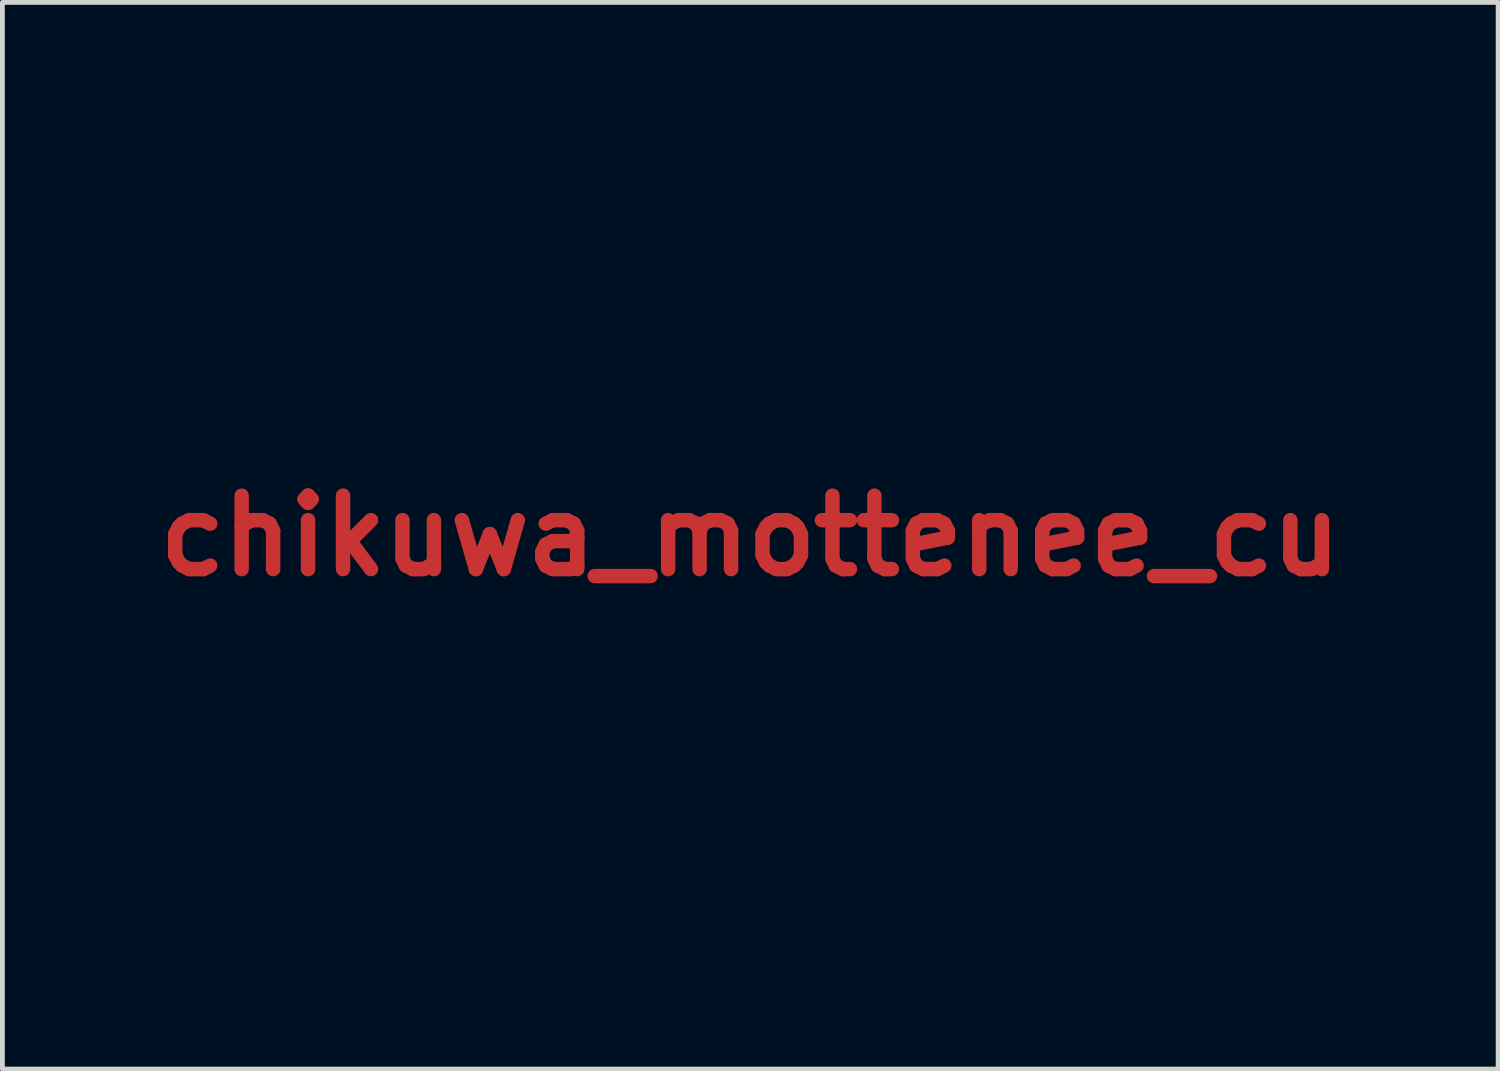
<source format=kicad_pcb>
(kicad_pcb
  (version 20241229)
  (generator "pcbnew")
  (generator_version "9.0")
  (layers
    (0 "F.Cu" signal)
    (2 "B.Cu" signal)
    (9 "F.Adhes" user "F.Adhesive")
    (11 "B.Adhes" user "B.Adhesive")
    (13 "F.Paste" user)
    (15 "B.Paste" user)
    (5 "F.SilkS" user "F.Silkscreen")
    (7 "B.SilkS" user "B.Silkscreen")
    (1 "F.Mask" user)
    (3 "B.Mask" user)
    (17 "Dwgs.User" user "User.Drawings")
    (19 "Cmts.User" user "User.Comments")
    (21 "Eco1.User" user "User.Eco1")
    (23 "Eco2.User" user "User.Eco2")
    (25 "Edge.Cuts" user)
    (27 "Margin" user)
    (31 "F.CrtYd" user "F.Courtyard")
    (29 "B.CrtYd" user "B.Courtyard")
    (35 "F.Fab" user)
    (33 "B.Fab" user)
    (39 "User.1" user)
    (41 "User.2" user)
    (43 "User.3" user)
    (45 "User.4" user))
  (footprint "chikuwa_mottenee_cu"
    (layer "F.Cu")
    (at 12.526 8.075)
    (property "Reference" "chikuwa_mottenee_cu" (at 0 0 0) (layer "F.Cu") (effects (font (size 1.524 1.524) (thickness 0.3))))
    (attr through_hole)
    (fp_poly (pts (xy -9.144 -1.556) (xy -9.176 -1.524) (xy -9.207 -1.556) (xy -9.176 -1.587) (xy -9.144 -1.556)) (stroke (width 0.01) (type solid)) (fill yes) (layer "F.Mask"))
    (fp_poly (pts (xy -9.017 -3.461) (xy -9.049 -3.429) (xy -9.081 -3.461) (xy -9.049 -3.493) (xy -9.017 -3.461)) (stroke (width 0.01) (type solid)) (fill yes) (layer "F.Mask"))
    (fp_poly (pts (xy -8.001 -4.667) (xy -8.033 -4.636) (xy -8.065 -4.667) (xy -8.033 -4.699) (xy -8.001 -4.667)) (stroke (width 0.01) (type solid)) (fill yes) (layer "F.Mask"))
    (fp_poly (pts (xy -8.001 0.286) (xy -8.033 0.318) (xy -8.065 0.286) (xy -8.033 0.254) (xy -8.001 0.286)) (stroke (width 0.01) (type solid)) (fill yes) (layer "F.Mask"))
    (fp_poly (pts (xy -7.811 -0.222) (xy -7.842 -0.191) (xy -7.874 -0.222) (xy -7.842 -0.254) (xy -7.811 -0.222)) (stroke (width 0.01) (type solid)) (fill yes) (layer "F.Mask"))
    (fp_poly (pts (xy -7.811 0.222) (xy -7.842 0.254) (xy -7.874 0.222) (xy -7.842 0.191) (xy -7.811 0.222)) (stroke (width 0.01) (type solid)) (fill yes) (layer "F.Mask"))
    (fp_poly (pts (xy -7.493 -1.048) (xy -7.525 -1.016) (xy -7.556 -1.048) (xy -7.525 -1.079) (xy -7.493 -1.048)) (stroke (width 0.01) (type solid)) (fill yes) (layer "F.Mask"))
    (fp_poly (pts (xy -7.493 -0.032) (xy -7.525 0) (xy -7.556 -0.032) (xy -7.525 -0.064) (xy -7.493 -0.032)) (stroke (width 0.01) (type solid)) (fill yes) (layer "F.Mask"))
    (fp_poly (pts (xy -5.334 7.969) (xy -5.366 8.001) (xy -5.397 7.969) (xy -5.366 7.938) (xy -5.334 7.969)) (stroke (width 0.01) (type solid)) (fill yes) (layer "F.Mask"))
    (fp_poly (pts (xy -2.857 6.001) (xy -2.889 6.032) (xy -2.921 6.001) (xy -2.889 5.969) (xy -2.857 6.001)) (stroke (width 0.01) (type solid)) (fill yes) (layer "F.Mask"))
    (fp_poly (pts (xy -2.731 5.556) (xy -2.762 5.588) (xy -2.794 5.556) (xy -2.762 5.524) (xy -2.731 5.556)) (stroke (width 0.01) (type solid)) (fill yes) (layer "F.Mask"))
    (fp_poly (pts (xy -2.667 5.81) (xy -2.699 5.842) (xy -2.731 5.81) (xy -2.699 5.779) (xy -2.667 5.81)) (stroke (width 0.01) (type solid)) (fill yes) (layer "F.Mask"))
    (fp_poly (pts (xy -2.54 5.874) (xy -2.572 5.905) (xy -2.603 5.874) (xy -2.572 5.842) (xy -2.54 5.874)) (stroke (width 0.01) (type solid)) (fill yes) (layer "F.Mask"))
    (fp_poly (pts (xy -2.159 6.763) (xy -2.191 6.795) (xy -2.223 6.763) (xy -2.191 6.731) (xy -2.159 6.763)) (stroke (width 0.01) (type solid)) (fill yes) (layer "F.Mask"))
    (fp_poly (pts (xy -1.968 0.159) (xy -2 0.191) (xy -2.032 0.159) (xy -2 0.127) (xy -1.968 0.159)) (stroke (width 0.01) (type solid)) (fill yes) (layer "F.Mask"))
    (fp_poly (pts (xy -0.953 5.874) (xy -0.984 5.905) (xy -1.016 5.874) (xy -0.984 5.842) (xy -0.953 5.874)) (stroke (width 0.01) (type solid)) (fill yes) (layer "F.Mask"))
    (fp_poly (pts (xy -0.826 5.874) (xy -0.857 5.905) (xy -0.889 5.874) (xy -0.857 5.842) (xy -0.826 5.874)) (stroke (width 0.01) (type solid)) (fill yes) (layer "F.Mask"))
    (fp_poly (pts (xy -0.699 5.683) (xy -0.73 5.715) (xy -0.762 5.683) (xy -0.73 5.652) (xy -0.699 5.683)) (stroke (width 0.01) (type solid)) (fill yes) (layer "F.Mask"))
    (fp_poly (pts (xy -0.699 5.874) (xy -0.73 5.905) (xy -0.762 5.874) (xy -0.73 5.842) (xy -0.699 5.874)) (stroke (width 0.01) (type solid)) (fill yes) (layer "F.Mask"))
    (fp_poly (pts (xy 2.159 1.048) (xy 2.127 1.079) (xy 2.095 1.048) (xy 2.127 1.016) (xy 2.159 1.048)) (stroke (width 0.01) (type solid)) (fill yes) (layer "F.Mask"))
    (fp_poly (pts (xy 2.731 1.619) (xy 2.699 1.651) (xy 2.667 1.619) (xy 2.699 1.587) (xy 2.731 1.619)) (stroke (width 0.01) (type solid)) (fill yes) (layer "F.Mask"))
    (fp_poly (pts (xy 3.493 4.985) (xy 3.461 5.016) (xy 3.429 4.985) (xy 3.461 4.953) (xy 3.493 4.985)) (stroke (width 0.01) (type solid)) (fill yes) (layer "F.Mask"))
    (fp_poly (pts (xy 6.287 -0.159) (xy 6.255 -0.127) (xy 6.223 -0.159) (xy 6.255 -0.191) (xy 6.287 -0.159)) (stroke (width 0.01) (type solid)) (fill yes) (layer "F.Mask"))
    (fp_poly (pts (xy 6.858 0.73) (xy 6.826 0.762) (xy 6.795 0.73) (xy 6.826 0.699) (xy 6.858 0.73)) (stroke (width 0.01) (type solid)) (fill yes) (layer "F.Mask"))
    (fp_poly (pts (xy 9.207 6.953) (xy 9.176 6.985) (xy 9.144 6.953) (xy 9.176 6.921) (xy 9.207 6.953)) (stroke (width 0.01) (type solid)) (fill yes) (layer "F.Mask"))
    (fp_poly (pts (xy 11.557 1.175) (xy 11.525 1.206) (xy 11.493 1.175) (xy 11.525 1.143) (xy 11.557 1.175)) (stroke (width 0.01) (type solid)) (fill yes) (layer "F.Mask"))
    (fp_poly (pts (xy -7.641 0.148) (xy -7.65 0.186) (xy -7.684 0.191) (xy -7.736 0.167) (xy -7.726 0.148) (xy -7.65 0.141) (xy -7.641 0.148)) (stroke (width 0.01) (type solid)) (fill yes) (layer "F.Mask"))
    (fp_poly (pts (xy -7.578 -0.931) (xy -7.586 -0.894) (xy -7.62 -0.889) (xy -7.672 -0.912) (xy -7.662 -0.931) (xy -7.587 -0.939) (xy -7.578 -0.931)) (stroke (width 0.01) (type solid)) (fill yes) (layer "F.Mask"))
    (fp_poly (pts (xy -3.006 5.419) (xy -2.998 5.494) (xy -3.006 5.503) (xy -3.043 5.495) (xy -3.048 5.461) (xy -3.025 5.409) (xy -3.006 5.419)) (stroke (width 0.01) (type solid)) (fill yes) (layer "F.Mask"))
    (fp_poly (pts (xy -3.006 5.863) (xy -2.998 5.939) (xy -3.006 5.948) (xy -3.043 5.939) (xy -3.048 5.905) (xy -3.025 5.853) (xy -3.006 5.863)) (stroke (width 0.01) (type solid)) (fill yes) (layer "F.Mask"))
    (fp_poly (pts (xy -2.688 6.181) (xy -2.681 6.256) (xy -2.688 6.265) (xy -2.726 6.257) (xy -2.731 6.223) (xy -2.707 6.171) (xy -2.688 6.181)) (stroke (width 0.01) (type solid)) (fill yes) (layer "F.Mask"))
    (fp_poly (pts (xy -1.925 5.83) (xy -1.918 5.929) (xy -1.93 5.952) (xy -1.959 5.933) (xy -1.963 5.868) (xy -1.948 5.801) (xy -1.925 5.83)) (stroke (width 0.01) (type solid)) (fill yes) (layer "F.Mask"))
    (fp_poly (pts (xy -0.72 6.054) (xy -0.712 6.129) (xy -0.72 6.138) (xy -0.757 6.13) (xy -0.762 6.096) (xy -0.739 6.044) (xy -0.72 6.054)) (stroke (width 0.01) (type solid)) (fill yes) (layer "F.Mask"))
    (fp_poly (pts (xy -0.465 6.021) (xy -0.457 6.12) (xy -0.47 6.142) (xy -0.498 6.123) (xy -0.503 6.059) (xy -0.487 5.991) (xy -0.465 6.021)) (stroke (width 0.01) (type solid)) (fill yes) (layer "F.Mask"))
    (fp_poly (pts (xy 0.233 5.8) (xy 0.24 5.875) (xy 0.233 5.884) (xy 0.195 5.876) (xy 0.191 5.842) (xy 0.214 5.79) (xy 0.233 5.8)) (stroke (width 0.01) (type solid)) (fill yes) (layer "F.Mask"))
    (fp_poly (pts (xy 0.677 2.815) (xy 0.669 2.853) (xy 0.635 2.857) (xy 0.583 2.834) (xy 0.593 2.815) (xy 0.668 2.808) (xy 0.677 2.815)) (stroke (width 0.01) (type solid)) (fill yes) (layer "F.Mask"))
    (fp_poly (pts (xy 0.804 0.275) (xy 0.796 0.313) (xy 0.762 0.318) (xy 0.71 0.294) (xy 0.72 0.275) (xy 0.795 0.268) (xy 0.804 0.275)) (stroke (width 0.01) (type solid)) (fill yes) (layer "F.Mask"))
    (fp_poly (pts (xy 0.999 0.089) (xy 0.98 0.117) (xy 0.915 0.122) (xy 0.848 0.106) (xy 0.877 0.084) (xy 0.976 0.076) (xy 0.999 0.089)) (stroke (width 0.01) (type solid)) (fill yes) (layer "F.Mask"))
    (fp_poly (pts (xy 1.249 0.339) (xy 1.24 0.376) (xy 1.206 0.381) (xy 1.154 0.358) (xy 1.164 0.339) (xy 1.24 0.331) (xy 1.249 0.339)) (stroke (width 0.01) (type solid)) (fill yes) (layer "F.Mask"))
    (fp_poly (pts (xy 1.794 -7.599) (xy 1.802 -7.575) (xy 1.714 -7.567) (xy 1.624 -7.577) (xy 1.635 -7.599) (xy 1.765 -7.607) (xy 1.794 -7.599)) (stroke (width 0.01) (type solid)) (fill yes) (layer "F.Mask"))
    (fp_poly (pts (xy 2.074 -7.535) (xy 2.066 -7.498) (xy 2.032 -7.493) (xy 1.98 -7.516) (xy 1.99 -7.535) (xy 2.065 -7.543) (xy 2.074 -7.535)) (stroke (width 0.01) (type solid)) (fill yes) (layer "F.Mask"))
    (fp_poly (pts (xy 4.805 -8.043) (xy 4.796 -8.006) (xy 4.763 -8.001) (xy 4.71 -8.024) (xy 4.72 -8.043) (xy 4.796 -8.051) (xy 4.805 -8.043)) (stroke (width 0.01) (type solid)) (fill yes) (layer "F.Mask"))
    (fp_poly (pts (xy 5.825 1.422) (xy 5.806 1.451) (xy 5.741 1.455) (xy 5.674 1.44) (xy 5.703 1.417) (xy 5.802 1.41) (xy 5.825 1.422)) (stroke (width 0.01) (type solid)) (fill yes) (layer "F.Mask"))
    (fp_poly (pts (xy 6.075 -7.916) (xy 6.082 -7.841) (xy 6.075 -7.832) (xy 6.037 -7.84) (xy 6.032 -7.874) (xy 6.056 -7.926) (xy 6.075 -7.916)) (stroke (width 0.01) (type solid)) (fill yes) (layer "F.Mask"))
    (fp_poly (pts (xy 6.392 7.197) (xy 6.4 7.272) (xy 6.392 7.281) (xy 6.355 7.273) (xy 6.35 7.239) (xy 6.373 7.187) (xy 6.392 7.197)) (stroke (width 0.01) (type solid)) (fill yes) (layer "F.Mask"))
    (fp_poly (pts (xy 8.297 -6.456) (xy 8.305 -6.38) (xy 8.297 -6.371) (xy 8.26 -6.38) (xy 8.255 -6.413) (xy 8.278 -6.466) (xy 8.297 -6.456)) (stroke (width 0.01) (type solid)) (fill yes) (layer "F.Mask"))
    (fp_poly (pts (xy 8.588 -6.519) (xy 8.596 -6.496) (xy 8.509 -6.487) (xy 8.419 -6.497) (xy 8.43 -6.519) (xy 8.56 -6.527) (xy 8.588 -6.519)) (stroke (width 0.01) (type solid)) (fill yes) (layer "F.Mask"))
    (fp_poly (pts (xy -8.056 0.394) (xy -8.041 0.427) (xy -8.123 0.462) (xy -8.221 0.476) (xy -8.209 0.437) (xy -8.206 0.434) (xy -8.096 0.389) (xy -8.056 0.394)) (stroke (width 0.01) (type solid)) (fill yes) (layer "F.Mask"))
    (fp_poly (pts (xy -6.378 5.249) (xy -6.389 5.299) (xy -6.441 5.388) (xy -6.474 5.373) (xy -6.477 5.338) (xy -6.431 5.252) (xy -6.414 5.239) (xy -6.378 5.249)) (stroke (width 0.01) (type solid)) (fill yes) (layer "F.Mask"))
    (fp_poly (pts (xy -2.787 5.245) (xy -2.735 5.32) (xy -2.74 5.364) (xy -2.794 5.342) (xy -2.844 5.296) (xy -2.885 5.224) (xy -2.864 5.207) (xy -2.787 5.245)) (stroke (width 0.01) (type solid)) (fill yes) (layer "F.Mask"))
    (fp_poly (pts (xy 3.333 5.081) (xy 3.265 5.133) (xy 3.193 5.142) (xy 3.175 5.119) (xy 3.225 5.078) (xy 3.274 5.056) (xy 3.339 5.051) (xy 3.333 5.081)) (stroke (width 0.01) (type solid)) (fill yes) (layer "F.Mask"))
    (fp_poly (pts (xy 5.047 -8.022) (xy 5.039 -7.969) (xy 4.974 -7.884) (xy 4.909 -7.896) (xy 4.889 -7.969) (xy 4.939 -8.053) (xy 4.983 -8.065) (xy 5.047 -8.022)) (stroke (width 0.01) (type solid)) (fill yes) (layer "F.Mask"))
    (fp_poly (pts (xy -11.311 2.506) (xy -11.361 2.658) (xy -11.396 2.739) (xy -11.489 2.953) (xy -11.491 2.721) (xy -11.466 2.534) (xy -11.398 2.454) (xy -11.323 2.444) (xy -11.311 2.506)) (stroke (width 0.01) (type solid)) (fill yes) (layer "F.Mask"))
    (fp_poly (pts (xy -8.935 -3.7) (xy -8.922 -3.683) (xy -8.925 -3.624) (xy -8.946 -3.619) (xy -9.036 -3.666) (xy -9.049 -3.683) (xy -9.046 -3.742) (xy -9.024 -3.747) (xy -8.935 -3.7)) (stroke (width 0.01) (type solid)) (fill yes) (layer "F.Mask"))
    (fp_poly (pts (xy -7.738 -4.539) (xy -7.652 -4.508) (xy -7.582 -4.467) (xy -7.62 -4.454) (xy -7.756 -4.478) (xy -7.842 -4.508) (xy -7.912 -4.55) (xy -7.874 -4.563) (xy -7.738 -4.539)) (stroke (width 0.01) (type solid)) (fill yes) (layer "F.Mask"))
    (fp_poly (pts (xy -7.109 4.675) (xy -7.027 4.759) (xy -6.99 4.84) (xy -6.998 4.86) (xy -7.057 4.841) (xy -7.143 4.763) (xy -7.206 4.672) (xy -7.193 4.636) (xy -7.109 4.675)) (stroke (width 0.01) (type solid)) (fill yes) (layer "F.Mask"))
    (fp_poly (pts (xy -6.167 5.317) (xy -6.168 5.413) (xy -6.219 5.49) (xy -6.3 5.482) (xy -6.318 5.462) (xy -6.326 5.356) (xy -6.257 5.278) (xy -6.219 5.271) (xy -6.167 5.317)) (stroke (width 0.01) (type solid)) (fill yes) (layer "F.Mask"))
    (fp_poly (pts (xy -5.989 5.489) (xy -5.971 5.521) (xy -5.919 5.652) (xy -5.95 5.69) (xy -6.052 5.635) (xy -6.12 5.532) (xy -6.102 5.468) (xy -6.048 5.425) (xy -5.989 5.489)) (stroke (width 0.01) (type solid)) (fill yes) (layer "F.Mask"))
    (fp_poly (pts (xy -5.23 7.499) (xy -5.226 7.51) (xy -5.217 7.648) (xy -5.229 7.701) (xy -5.25 7.703) (xy -5.258 7.603) (xy -5.258 7.588) (xy -5.249 7.49) (xy -5.23 7.499)) (stroke (width 0.01) (type solid)) (fill yes) (layer "F.Mask"))
    (fp_poly (pts (xy -5.141 7.924) (xy -5.121 7.969) (xy -5.119 8.051) (xy -5.145 8.065) (xy -5.2 8.013) (xy -5.207 7.969) (xy -5.193 7.885) (xy -5.182 7.874) (xy -5.141 7.924)) (stroke (width 0.01) (type solid)) (fill yes) (layer "F.Mask"))
    (fp_poly (pts (xy -3.747 7.867) (xy -3.768 7.967) (xy -3.855 8.046) (xy -3.942 8.065) (xy -4.031 8.06) (xy -4.027 8.027) (xy -3.928 7.943) (xy -3.798 7.855) (xy -3.747 7.867)) (stroke (width 0.01) (type solid)) (fill yes) (layer "F.Mask"))
    (fp_poly (pts (xy -2.988 -2.564) (xy -3.027 -2.452) (xy -3.078 -2.378) (xy -3.147 -2.311) (xy -3.173 -2.328) (xy -3.15 -2.467) (xy -3.09 -2.575) (xy -3.041 -2.603) (xy -2.988 -2.564)) (stroke (width 0.01) (type solid)) (fill yes) (layer "F.Mask"))
    (fp_poly (pts (xy -2.801 -0.965) (xy -2.794 -0.924) (xy -2.833 -0.816) (xy -2.857 -0.794) (xy -2.907 -0.813) (xy -2.921 -0.885) (xy -2.895 -0.99) (xy -2.857 -1.016) (xy -2.801 -0.965)) (stroke (width 0.01) (type solid)) (fill yes) (layer "F.Mask"))
    (fp_poly (pts (xy -2.563 6.293) (xy -2.559 6.304) (xy -2.55 6.442) (xy -2.562 6.494) (xy -2.583 6.496) (xy -2.591 6.397) (xy -2.591 6.382) (xy -2.582 6.283) (xy -2.563 6.293)) (stroke (width 0.01) (type solid)) (fill yes) (layer "F.Mask"))
    (fp_poly (pts (xy -1.432 2.38) (xy -1.397 2.445) (xy -1.428 2.53) (xy -1.523 2.513) (xy -1.623 2.447) (xy -1.702 2.38) (xy -1.675 2.356) (xy -1.572 2.352) (xy -1.432 2.38)) (stroke (width 0.01) (type solid)) (fill yes) (layer "F.Mask"))
    (fp_poly (pts (xy -0.191 -3.27) (xy -0.13 -3.213) (xy -0.127 -3.203) (xy -0.176 -3.176) (xy -0.191 -3.175) (xy -0.252 -3.224) (xy -0.254 -3.242) (xy -0.215 -3.28) (xy -0.191 -3.27)) (stroke (width 0.01) (type solid)) (fill yes) (layer "F.Mask"))
    (fp_poly (pts (xy 0.408 2.715) (xy 0.448 2.762) (xy 0.394 2.817) (xy 0.288 2.846) (xy 0.161 2.835) (xy 0.127 2.762) (xy 0.168 2.686) (xy 0.288 2.679) (xy 0.408 2.715)) (stroke (width 0.01) (type solid)) (fill yes) (layer "F.Mask"))
    (fp_poly (pts (xy 2.337 -7.511) (xy 2.381 -7.493) (xy 2.453 -7.45) (xy 2.413 -7.435) (xy 2.277 -7.465) (xy 2.223 -7.493) (xy 2.173 -7.541) (xy 2.219 -7.547) (xy 2.337 -7.511)) (stroke (width 0.01) (type solid)) (fill yes) (layer "F.Mask"))
    (fp_poly (pts (xy 2.774 3.407) (xy 2.762 3.429) (xy 2.702 3.49) (xy 2.691 3.493) (xy 2.687 3.451) (xy 2.699 3.429) (xy 2.759 3.368) (xy 2.77 3.365) (xy 2.774 3.407)) (stroke (width 0.01) (type solid)) (fill yes) (layer "F.Mask"))
    (fp_poly (pts (xy 2.847 -2.823) (xy 2.857 -2.794) (xy 2.806 -2.738) (xy 2.762 -2.731) (xy 2.678 -2.765) (xy 2.667 -2.794) (xy 2.718 -2.85) (xy 2.762 -2.857) (xy 2.847 -2.823)) (stroke (width 0.01) (type solid)) (fill yes) (layer "F.Mask"))
    (fp_poly (pts (xy 5.712 -5.859) (xy 5.715 -5.842) (xy 5.693 -5.78) (xy 5.687 -5.779) (xy 5.633 -5.823) (xy 5.62 -5.842) (xy 5.625 -5.901) (xy 5.648 -5.905) (xy 5.712 -5.859)) (stroke (width 0.01) (type solid)) (fill yes) (layer "F.Mask"))
    (fp_poly (pts (xy 5.967 -8.016) (xy 5.969 -8.001) (xy 5.921 -7.939) (xy 5.905 -7.938) (xy 5.844 -7.986) (xy 5.842 -8.001) (xy 5.89 -8.063) (xy 5.905 -8.065) (xy 5.967 -8.016)) (stroke (width 0.01) (type solid)) (fill yes) (layer "F.Mask"))
    (fp_poly (pts (xy 6.338 0.605) (xy 6.35 0.635) (xy 6.304 0.697) (xy 6.29 0.699) (xy 6.204 0.652) (xy 6.191 0.635) (xy 6.206 0.581) (xy 6.251 0.572) (xy 6.338 0.605)) (stroke (width 0.01) (type solid)) (fill yes) (layer "F.Mask"))
    (fp_poly (pts (xy 8.246 -2.367) (xy 8.255 -2.321) (xy 8.222 -2.235) (xy 8.191 -2.223) (xy 8.13 -2.268) (xy 8.128 -2.282) (xy 8.174 -2.368) (xy 8.191 -2.381) (xy 8.246 -2.367)) (stroke (width 0.01) (type solid)) (fill yes) (layer "F.Mask"))
    (fp_poly (pts (xy 8.761 -1.92) (xy 8.763 -1.905) (xy 8.711 -1.849) (xy 8.664 -1.841) (xy 8.598 -1.872) (xy 8.604 -1.905) (xy 8.685 -1.966) (xy 8.703 -1.968) (xy 8.761 -1.92)) (stroke (width 0.01) (type solid)) (fill yes) (layer "F.Mask"))
    (fp_poly (pts (xy 11.301 1.509) (xy 11.303 1.524) (xy 11.255 1.586) (xy 11.239 1.587) (xy 11.178 1.539) (xy 11.176 1.524) (xy 11.224 1.462) (xy 11.239 1.46) (xy 11.301 1.509)) (stroke (width 0.01) (type solid)) (fill yes) (layer "F.Mask"))
    (fp_poly (pts (xy -1.873 3.373) (xy -1.861 3.392) (xy -1.967 3.422) (xy -2.127 3.45) (xy -2.278 3.466) (xy -2.31 3.447) (xy -2.286 3.428) (xy -2.154 3.383) (xy -2.006 3.366) (xy -1.873 3.373)) (stroke (width 0.01) (type solid)) (fill yes) (layer "F.Mask"))
    (fp_poly (pts (xy 6.12 7.064) (xy 6.224 7.106) (xy 6.271 7.16) (xy 6.249 7.223) (xy 6.141 7.226) (xy 6.048 7.197) (xy 5.975 7.128) (xy 5.969 7.102) (xy 6.016 7.059) (xy 6.12 7.064)) (stroke (width 0.01) (type solid)) (fill yes) (layer "F.Mask"))
    (fp_poly (pts (xy -7.653 0.298) (xy -7.641 0.347) (xy -7.644 0.429) (xy -7.646 0.438) (xy -7.703 0.417) (xy -7.811 0.381) (xy -7.902 0.343) (xy -7.895 0.324) (xy -7.769 0.296) (xy -7.731 0.283) (xy -7.653 0.298)) (stroke (width 0.01) (type solid)) (fill yes) (layer "F.Mask"))
    (fp_poly (pts (xy -7.498 -0.179) (xy -7.523 -0.155) (xy -7.588 -0.127) (xy -7.737 -0.08) (xy -7.811 -0.069) (xy -7.874 -0.075) (xy -7.827 -0.117) (xy -7.811 -0.127) (xy -7.666 -0.178) (xy -7.588 -0.185) (xy -7.498 -0.179)) (stroke (width 0.01) (type solid)) (fill yes) (layer "F.Mask"))
    (fp_poly (pts (xy -6.67 2.661) (xy -6.613 2.813) (xy -6.604 2.926) (xy -6.628 3.031) (xy -6.698 3.018) (xy -6.813 2.888) (xy -6.814 2.887) (xy -6.888 2.735) (xy -6.864 2.634) (xy -6.766 2.603) (xy -6.67 2.661)) (stroke (width 0.01) (type solid)) (fill yes) (layer "F.Mask"))
    (fp_poly (pts (xy -3.561 7.731) (xy -3.561 7.747) (xy -3.589 7.883) (xy -3.619 7.969) (xy -3.662 8.06) (xy -3.675 8.034) (xy -3.678 7.969) (xy -3.65 7.813) (xy -3.619 7.747) (xy -3.571 7.684) (xy -3.561 7.731)) (stroke (width 0.01) (type solid)) (fill yes) (layer "F.Mask"))
    (fp_poly (pts (xy -1.02 2.423) (xy -0.924 2.486) (xy -0.905 2.556) (xy -0.992 2.635) (xy -1.164 2.637) (xy -1.222 2.624) (xy -1.323 2.563) (xy -1.301 2.473) (xy -1.254 2.428) (xy -1.147 2.398) (xy -1.02 2.423)) (stroke (width 0.01) (type solid)) (fill yes) (layer "F.Mask"))
    (fp_poly (pts (xy 0.952 -0.561) (xy 0.905 -0.518) (xy 0.889 -0.508) (xy 0.753 -0.453) (xy 0.699 -0.446) (xy 0.635 -0.455) (xy 0.683 -0.498) (xy 0.699 -0.508) (xy 0.834 -0.563) (xy 0.889 -0.57) (xy 0.952 -0.561)) (stroke (width 0.01) (type solid)) (fill yes) (layer "F.Mask"))
    (fp_poly (pts (xy 2.111 0.617) (xy 2.183 0.656) (xy 2.157 0.674) (xy 2.021 0.676) (xy 1.981 0.675) (xy 1.823 0.667) (xy 1.778 0.648) (xy 1.835 0.612) (xy 1.838 0.61) (xy 2.027 0.59) (xy 2.111 0.617)) (stroke (width 0.01) (type solid)) (fill yes) (layer "F.Mask"))
    (fp_poly (pts (xy 5.854 -7.753) (xy 5.861 -7.745) (xy 5.957 -7.62) (xy 5.954 -7.569) (xy 5.845 -7.58) (xy 5.763 -7.6) (xy 5.665 -7.652) (xy 5.676 -7.746) (xy 5.703 -7.793) (xy 5.763 -7.826) (xy 5.854 -7.753)) (stroke (width 0.01) (type solid)) (fill yes) (layer "F.Mask"))
    (fp_poly (pts (xy 5.904 1.26) (xy 5.905 1.27) (xy 5.85 1.313) (xy 5.715 1.332) (xy 5.699 1.333) (xy 5.571 1.324) (xy 5.557 1.294) (xy 5.588 1.27) (xy 5.719 1.217) (xy 5.842 1.214) (xy 5.904 1.26)) (stroke (width 0.01) (type solid)) (fill yes) (layer "F.Mask"))
    (fp_poly (pts (xy 7.825 4.118) (xy 7.842 4.147) (xy 7.907 4.292) (xy 7.922 4.397) (xy 7.921 4.4) (xy 7.888 4.41) (xy 7.861 4.348) (xy 7.808 4.176) (xy 7.782 4.096) (xy 7.779 4.056) (xy 7.825 4.118)) (stroke (width 0.01) (type solid)) (fill yes) (layer "F.Mask"))
    (fp_poly (pts (xy -6.587 4.889) (xy -6.474 4.998) (xy -6.455 5.089) (xy -6.479 5.148) (xy -6.558 5.252) (xy -6.652 5.252) (xy -6.759 5.186) (xy -6.837 5.094) (xy -6.83 4.966) (xy -6.818 4.927) (xy -6.76 4.753) (xy -6.587 4.889)) (stroke (width 0.01) (type solid)) (fill yes) (layer "F.Mask"))
    (fp_poly (pts (xy -1.28 0.858) (xy -1.28 0.858) (xy -1.278 0.934) (xy -1.31 1.003) (xy -1.406 1.091) (xy -1.525 1.132) (xy -1.622 1.118) (xy -1.651 1.062) (xy -1.602 0.981) (xy -1.489 0.901) (xy -1.364 0.85) (xy -1.28 0.858)) (stroke (width 0.01) (type solid)) (fill yes) (layer "F.Mask"))
    (fp_poly (pts (xy -0.019 2.642) (xy 0.049 2.731) (xy 0.031 2.829) (xy -0.007 2.863) (xy -0.13 2.908) (xy -0.266 2.917) (xy -0.364 2.892) (xy -0.381 2.863) (xy -0.333 2.694) (xy -0.204 2.609) (xy -0.15 2.603) (xy -0.019 2.642)) (stroke (width 0.01) (type solid)) (fill yes) (layer "F.Mask"))
    (fp_poly (pts (xy 0.122 5.851) (xy 0.075 5.962) (xy 0.027 5.994) (xy -0.086 6.028) (xy -0.124 5.993) (xy -0.127 5.93) (xy -0.088 5.858) (xy -0.036 5.863) (xy 0.061 5.854) (xy 0.086 5.823) (xy 0.114 5.804) (xy 0.122 5.851)) (stroke (width 0.01) (type solid)) (fill yes) (layer "F.Mask"))
    (fp_poly (pts (xy 1.577 1.509) (xy 1.622 1.566) (xy 1.693 1.677) (xy 1.712 1.73) (xy 1.664 1.769) (xy 1.557 1.776) (xy 1.458 1.75) (xy 1.442 1.738) (xy 1.436 1.658) (xy 1.468 1.574) (xy 1.524 1.488) (xy 1.577 1.509)) (stroke (width 0.01) (type solid)) (fill yes) (layer "F.Mask"))
    (fp_poly (pts (xy 7.776 7.671) (xy 7.747 7.784) (xy 7.742 7.796) (xy 7.678 7.946) (xy 7.618 8.034) (xy 7.613 8.037) (xy 7.594 8.013) (xy 7.626 7.907) (xy 7.632 7.894) (xy 7.707 7.736) (xy 7.759 7.658) (xy 7.776 7.671)) (stroke (width 0.01) (type solid)) (fill yes) (layer "F.Mask"))
    (fp_poly (pts (xy 1.089 1.225) (xy 1.239 1.289) (xy 1.389 1.392) (xy 1.429 1.486) (xy 1.375 1.553) (xy 1.245 1.575) (xy 1.055 1.532) (xy 1.032 1.523) (xy 0.912 1.451) (xy 0.905 1.355) (xy 0.95 1.272) (xy 1.003 1.219) (xy 1.089 1.225)) (stroke (width 0.01) (type solid)) (fill yes) (layer "F.Mask"))
    (fp_poly (pts (xy 4.783 4.215) (xy 4.866 4.361) (xy 4.878 4.477) (xy 4.819 4.619) (xy 4.766 4.708) (xy 4.643 4.91) (xy 4.604 4.725) (xy 4.568 4.555) (xy 4.545 4.439) (xy 4.558 4.306) (xy 4.601 4.195) (xy 4.677 4.053) (xy 4.783 4.215)) (stroke (width 0.01) (type solid)) (fill yes) (layer "F.Mask"))
    (fp_poly (pts (xy 6.344 0.35) (xy 6.401 0.394) (xy 6.476 0.507) (xy 6.448 0.564) (xy 6.339 0.54) (xy 6.298 0.517) (xy 6.176 0.486) (xy 6.044 0.49) (xy 5.928 0.503) (xy 5.926 0.477) (xy 5.997 0.417) (xy 6.179 0.326) (xy 6.344 0.35)) (stroke (width 0.01) (type solid)) (fill yes) (layer "F.Mask"))
    (fp_poly (pts (xy 8.751 -6.334) (xy 8.825 -6.295) (xy 8.826 -6.287) (xy 8.771 -6.245) (xy 8.633 -6.224) (xy 8.604 -6.223) (xy 8.457 -6.239) (xy 8.384 -6.278) (xy 8.382 -6.287) (xy 8.438 -6.328) (xy 8.575 -6.349) (xy 8.604 -6.35) (xy 8.751 -6.334)) (stroke (width 0.01) (type solid)) (fill yes) (layer "F.Mask"))
    (fp_poly (pts (xy -1.557 5.915) (xy -1.555 5.989) (xy -1.588 6.139) (xy -1.614 6.228) (xy -1.702 6.509) (xy -1.707 6.191) (xy -1.703 6.009) (xy -1.682 5.944) (xy -1.651 5.969) (xy -1.601 6.029) (xy -1.589 5.977) (xy -1.588 5.974) (xy -1.571 5.911) (xy -1.557 5.915)) (stroke (width 0.01) (type solid)) (fill yes) (layer "F.Mask"))
    (fp_poly (pts (xy -0.692 0.827) (xy -0.678 0.954) (xy -0.682 0.979) (xy -0.716 1.083) (xy -0.789 1.127) (xy -0.933 1.121) (xy -1.067 1.098) (xy -1.182 1.034) (xy -1.204 0.934) (xy -1.143 0.834) (xy -1.007 0.775) (xy -0.995 0.773) (xy -0.793 0.77) (xy -0.692 0.827)) (stroke (width 0.01) (type solid)) (fill yes) (layer "F.Mask"))
    (fp_poly (pts (xy -0.464 2.526) (xy -0.463 2.527) (xy -0.419 2.614) (xy -0.429 2.736) (xy -0.481 2.833) (xy -0.531 2.853) (xy -0.644 2.828) (xy -0.746 2.792) (xy -0.86 2.737) (xy -0.881 2.671) (xy -0.85 2.577) (xy -0.762 2.499) (xy -0.614 2.48) (xy -0.464 2.526)) (stroke (width 0.01) (type solid)) (fill yes) (layer "F.Mask"))
    (fp_poly (pts (xy -0.205 5.821) (xy -0.199 5.921) (xy -0.222 6.062) (xy -0.286 6.096) (xy -0.366 6.044) (xy -0.38 5.985) (xy -0.368 5.913) (xy -0.324 5.961) (xy -0.322 5.963) (xy -0.275 6.004) (xy -0.243 5.932) (xy -0.237 5.9) (xy -0.216 5.802) (xy -0.205 5.821)) (stroke (width 0.01) (type solid)) (fill yes) (layer "F.Mask"))
    (fp_poly (pts (xy 0.846 0.973) (xy 1.078 0.998) (xy 1.235 1.051) (xy 1.372 1.154) (xy 1.416 1.196) (xy 1.544 1.33) (xy 1.576 1.384) (xy 1.508 1.363) (xy 1.365 1.288) (xy 1.195 1.208) (xy 0.967 1.117) (xy 0.826 1.067) (xy 0.476 0.95) (xy 0.846 0.973)) (stroke (width 0.01) (type solid)) (fill yes) (layer "F.Mask"))
    (fp_poly (pts (xy 5.528 6.758) (xy 5.667 6.822) (xy 5.795 6.9) (xy 5.869 6.966) (xy 5.873 6.987) (xy 5.821 7.038) (xy 5.737 7.029) (xy 5.587 6.957) (xy 5.572 6.949) (xy 5.458 6.867) (xy 5.394 6.784) (xy 5.401 6.735) (xy 5.421 6.731) (xy 5.528 6.758)) (stroke (width 0.01) (type solid)) (fill yes) (layer "F.Mask"))
    (fp_poly (pts (xy 6.404 -0.016) (xy 6.475 0.059) (xy 6.538 0.217) (xy 6.508 0.291) (xy 6.381 0.292) (xy 6.355 0.287) (xy 6.114 0.293) (xy 5.977 0.345) (xy 5.785 0.444) (xy 5.856 0.238) (xy 5.94 0.052) (xy 6.053 -0.038) (xy 6.232 -0.062) (xy 6.237 -0.063) (xy 6.404 -0.016)) (stroke (width 0.01) (type solid)) (fill yes) (layer "F.Mask"))
    (fp_poly (pts (xy 11.557 7.039) (xy 11.506 7.093) (xy 11.375 7.178) (xy 11.287 7.226) (xy 11.086 7.335) (xy 10.905 7.442) (xy 10.858 7.472) (xy 10.7 7.579) (xy 10.867 7.402) (xy 10.988 7.298) (xy 11.149 7.192) (xy 11.317 7.099) (xy 11.459 7.037) (xy 11.545 7.023) (xy 11.557 7.039)) (stroke (width 0.01) (type solid)) (fill yes) (layer "F.Mask"))
    (fp_poly (pts (xy -7.646 -0.469) (xy -7.529 -0.434) (xy -7.527 -0.404) (xy -7.591 -0.375) (xy -7.716 -0.337) (xy -7.811 -0.326) (xy -7.842 -0.341) (xy -7.78 -0.38) (xy -7.779 -0.381) (xy -7.691 -0.423) (xy -7.719 -0.437) (xy -7.773 -0.44) (xy -7.857 -0.458) (xy -7.86 -0.479) (xy -7.78 -0.491) (xy -7.646 -0.469)) (stroke (width 0.01) (type solid)) (fill yes) (layer "F.Mask"))
    (fp_poly (pts (xy 7.642 7.607) (xy 7.609 7.735) (xy 7.589 7.787) (xy 7.528 7.938) (xy 7.495 8.031) (xy 7.493 8.041) (xy 7.444 8.064) (xy 7.429 8.065) (xy 7.368 8.023) (xy 7.366 8.011) (xy 7.395 7.904) (xy 7.464 7.761) (xy 7.547 7.631) (xy 7.615 7.559) (xy 7.626 7.556) (xy 7.642 7.607)) (stroke (width 0.01) (type solid)) (fill yes) (layer "F.Mask"))
    (fp_poly (pts (xy -1.797 5.959) (xy -1.79 6.143) (xy -1.789 6.175) (xy -1.79 6.389) (xy -1.812 6.503) (xy -1.862 6.54) (xy -1.873 6.54) (xy -1.958 6.506) (xy -1.968 6.477) (xy -1.923 6.415) (xy -1.908 6.413) (xy -1.869 6.357) (xy -1.836 6.212) (xy -1.825 6.112) (xy -1.811 5.949) (xy -1.803 5.896) (xy -1.797 5.959)) (stroke (width 0.01) (type solid)) (fill yes) (layer "F.Mask"))
    (fp_poly (pts (xy -0.781 7.535) (xy -0.761 7.636) (xy -0.743 7.82) (xy -0.722 7.922) (xy -0.709 8.005) (xy -0.747 8.048) (xy -0.865 8.063) (xy -1.009 8.065) (xy -1.192 8.058) (xy -1.31 8.04) (xy -1.333 8.026) (xy -1.297 7.958) (xy -1.205 7.828) (xy -1.138 7.74) (xy -0.978 7.57) (xy -0.856 7.501) (xy -0.781 7.535)) (stroke (width 0.01) (type solid)) (fill yes) (layer "F.Mask"))
    (fp_poly (pts (xy 8.118 7.666) (xy 8.289 7.694) (xy 8.361 7.728) (xy 8.359 7.796) (xy 8.322 7.897) (xy 8.261 8.006) (xy 8.161 8.054) (xy 7.996 8.065) (xy 7.832 8.057) (xy 7.768 8.026) (xy 7.778 7.956) (xy 7.779 7.953) (xy 7.836 7.797) (xy 7.856 7.736) (xy 7.906 7.667) (xy 8.022 7.654) (xy 8.118 7.666)) (stroke (width 0.01) (type solid)) (fill yes) (layer "F.Mask"))
    (fp_poly (pts (xy -8.173 7.242) (xy -8.143 7.386) (xy -8.117 7.652) (xy -8.116 7.668) (xy -8.103 7.884) (xy -8.111 8.003) (xy -8.147 8.053) (xy -8.221 8.064) (xy -8.242 8.065) (xy -8.35 8.046) (xy -8.358 7.975) (xy -8.349 7.953) (xy -8.314 7.823) (xy -8.281 7.629) (xy -8.272 7.556) (xy -8.239 7.326) (xy -8.206 7.222) (xy -8.173 7.242)) (stroke (width 0.01) (type solid)) (fill yes) (layer "F.Mask"))
    (fp_poly (pts (xy -6.85 4.005) (xy -6.818 4.174) (xy -6.831 4.438) (xy -6.833 4.453) (xy -6.864 4.631) (xy -6.897 4.742) (xy -6.914 4.76) (xy -6.986 4.722) (xy -7.097 4.638) (xy -7.228 4.54) (xy -7.319 4.487) (xy -7.361 4.438) (xy -7.329 4.402) (xy -7.254 4.315) (xy -7.157 4.17) (xy -7.141 4.143) (xy -7.019 3.981) (xy -6.92 3.938) (xy -6.85 4.005)) (stroke (width 0.01) (type solid)) (fill yes) (layer "F.Mask"))
    (fp_poly (pts (xy 6.163 0.673) (xy 6.244 0.727) (xy 6.308 0.786) (xy 6.32 0.851) (xy 6.274 0.96) (xy 6.191 1.106) (xy 6.076 1.294) (xy 6.009 1.379) (xy 5.977 1.368) (xy 5.969 1.271) (xy 5.969 1.27) (xy 5.939 1.177) (xy 5.829 1.144) (xy 5.777 1.143) (xy 5.585 1.143) (xy 5.682 0.954) (xy 5.809 0.782) (xy 5.963 0.666) (xy 6.076 0.637) (xy 6.163 0.673)) (stroke (width 0.01) (type solid)) (fill yes) (layer "F.Mask"))
    (fp_poly (pts (xy -2.654 7.155) (xy -2.689 7.307) (xy -2.739 7.448) (xy -2.823 7.661) (xy -2.896 7.846) (xy -2.926 7.922) (xy -2.983 8.012) (xy -3.087 8.054) (xy -3.273 8.065) (xy -3.449 8.059) (xy -3.527 8.034) (xy -3.535 7.97) (xy -3.522 7.922) (xy -3.414 7.647) (xy -3.263 7.443) (xy -3.028 7.257) (xy -3.025 7.255) (xy -2.851 7.15) (xy -2.717 7.089) (xy -2.662 7.083) (xy -2.654 7.155)) (stroke (width 0.01) (type solid)) (fill yes) (layer "F.Mask"))
    (fp_poly (pts (xy 4.429 4.5) (xy 4.481 4.641) (xy 4.509 4.734) (xy 4.554 4.912) (xy 4.549 5.027) (xy 4.481 5.133) (xy 4.378 5.242) (xy 4.244 5.371) (xy 4.143 5.449) (xy 4.115 5.461) (xy 4.088 5.403) (xy 4.069 5.254) (xy 4.064 5.091) (xy 4.074 4.861) (xy 4.111 4.713) (xy 4.19 4.604) (xy 4.211 4.583) (xy 4.323 4.487) (xy 4.392 4.445) (xy 4.393 4.445) (xy 4.429 4.5)) (stroke (width 0.01) (type solid)) (fill yes) (layer "F.Mask"))
    (fp_poly (pts (xy 11.41 1.637) (xy 11.398 1.714) (xy 11.389 1.806) (xy 11.445 1.807) (xy 11.492 1.817) (xy 11.521 1.904) (xy 11.537 2.089) (xy 11.54 2.221) (xy 11.543 2.44) (xy 11.542 2.6) (xy 11.536 2.667) (xy 11.536 2.667) (xy 11.511 2.611) (xy 11.46 2.463) (xy 11.39 2.252) (xy 11.373 2.197) (xy 11.291 1.906) (xy 11.267 1.715) (xy 11.3 1.614) (xy 11.375 1.587) (xy 11.41 1.637)) (stroke (width 0.01) (type solid)) (fill yes) (layer "F.Mask"))
    (fp_poly (pts (xy 1.35 -7.46) (xy 1.537 -7.453) (xy 2.159 -7.401) (xy 2.708 -7.292) (xy 3.224 -7.12) (xy 3.465 -7.018) (xy 3.709 -6.906) (xy 3.929 -6.797) (xy 4.096 -6.706) (xy 4.184 -6.646) (xy 4.191 -6.635) (xy 4.163 -6.608) (xy 4.066 -6.629) (xy 3.882 -6.705) (xy 3.81 -6.738) (xy 3.079 -7.028) (xy 2.299 -7.258) (xy 1.523 -7.412) (xy 1.175 -7.454) (xy 1.125 -7.462) (xy 1.188 -7.464) (xy 1.35 -7.46)) (stroke (width 0.01) (type solid)) (fill yes) (layer "F.Mask"))
    (fp_poly (pts (xy 6.887 7.287) (xy 7.047 7.334) (xy 7.253 7.402) (xy 7.405 7.464) (xy 7.467 7.502) (xy 7.459 7.575) (xy 7.416 7.703) (xy 7.356 7.836) (xy 7.303 7.923) (xy 7.285 7.933) (xy 7.229 7.9) (xy 7.094 7.816) (xy 6.911 7.699) (xy 6.906 7.695) (xy 6.705 7.565) (xy 6.594 7.481) (xy 6.554 7.42) (xy 6.569 7.359) (xy 6.6 7.307) (xy 6.648 7.262) (xy 6.734 7.255) (xy 6.887 7.287)) (stroke (width 0.01) (type solid)) (fill yes) (layer "F.Mask"))
    (fp_poly (pts (xy -7.592 -0.786) (xy -7.502 -0.718) (xy -7.521 -0.653) (xy -7.604 -0.631) (xy -7.672 -0.62) (xy -7.626 -0.588) (xy -7.588 -0.572) (xy -7.519 -0.53) (xy -7.556 -0.517) (xy -7.692 -0.541) (xy -7.779 -0.572) (xy -7.851 -0.615) (xy -7.811 -0.632) (xy -7.747 -0.645) (xy -7.793 -0.691) (xy -7.811 -0.704) (xy -7.856 -0.745) (xy -7.794 -0.738) (xy -7.755 -0.728) (xy -7.649 -0.713) (xy -7.647 -0.754) (xy -7.645 -0.798) (xy -7.592 -0.786)) (stroke (width 0.01) (type solid)) (fill yes) (layer "F.Mask"))
    (fp_poly (pts (xy 5.714 -7.983) (xy 5.664 -7.874) (xy 5.579 -7.745) (xy 5.492 -7.7) (xy 5.358 -7.727) (xy 5.252 -7.767) (xy 5.129 -7.853) (xy 5.097 -7.956) (xy 5.165 -8.038) (xy 5.191 -8.049) (xy 5.242 -8.032) (xy 5.228 -7.959) (xy 5.205 -7.881) (xy 5.239 -7.891) (xy 5.312 -7.953) (xy 5.441 -8.048) (xy 5.496 -8.046) (xy 5.471 -7.947) (xy 5.46 -7.922) (xy 5.39 -7.779) (xy 5.515 -7.922) (xy 5.639 -8.037) (xy 5.711 -8.056) (xy 5.714 -7.983)) (stroke (width 0.01) (type solid)) (fill yes) (layer "F.Mask"))
    (fp_poly (pts (xy 3.177 -3.206) (xy 3.307 -3.118) (xy 3.37 -3.036) (xy 3.371 -3.03) (xy 3.382 -2.907) (xy 3.392 -2.81) (xy 3.363 -2.7) (xy 3.264 -2.664) (xy 3.127 -2.702) (xy 2.984 -2.813) (xy 2.973 -2.826) (xy 2.789 -2.958) (xy 2.622 -2.985) (xy 2.455 -2.949) (xy 2.339 -2.829) (xy 2.257 -2.625) (xy 2.201 -2.603) (xy 2.074 -2.569) (xy 1.893 -2.523) (xy 1.993 -2.717) (xy 2.169 -2.948) (xy 2.41 -3.125) (xy 2.684 -3.235) (xy 2.956 -3.264) (xy 3.177 -3.206)) (stroke (width 0.01) (type solid)) (fill yes) (layer "F.Mask"))
    (fp_poly (pts (xy -0.295 0.865) (xy -0.112 0.91) (xy 0.02 0.976) (xy 0.041 0.995) (xy 0.111 1.046) (xy 0.138 1.013) (xy 0.192 0.978) (xy 0.328 0.993) (xy 0.478 1.032) (xy 0.682 1.106) (xy 0.786 1.188) (xy 0.814 1.26) (xy 0.808 1.351) (xy 0.741 1.388) (xy 0.591 1.377) (xy 0.407 1.337) (xy 0.239 1.287) (xy 0.123 1.236) (xy 0.003 1.203) (xy -0.172 1.196) (xy -0.189 1.197) (xy -0.399 1.181) (xy -0.548 1.109) (xy -0.61 1) (xy -0.6 0.935) (xy -0.548 0.867) (xy -0.439 0.85) (xy -0.295 0.865)) (stroke (width 0.01) (type solid)) (fill yes) (layer "F.Mask"))
    (fp_poly (pts (xy -1.116 5.994) (xy -0.966 6.045) (xy -0.871 6.053) (xy -0.862 6.048) (xy -0.832 6.067) (xy -0.826 6.12) (xy -0.868 6.198) (xy -0.963 6.205) (xy -1.06 6.144) (xy -1.091 6.096) (xy -1.125 6.06) (xy -1.144 6.145) (xy -1.145 6.16) (xy -1.156 6.318) (xy -1.206 6.16) (xy -1.257 6.001) (xy -1.264 6.169) (xy -1.303 6.308) (xy -1.37 6.375) (xy -1.489 6.409) (xy -1.52 6.365) (xy -1.501 6.271) (xy -1.466 6.114) (xy -1.454 6.032) (xy -1.436 6.018) (xy -1.402 6.107) (xy -1.397 6.128) (xy -1.349 6.318) (xy -1.341 6.111) (xy -1.333 5.904) (xy -1.116 5.994)) (stroke (width 0.01) (type solid)) (fill yes) (layer "F.Mask"))
    (fp_poly (pts (xy -6.629 4.461) (xy -6.525 4.549) (xy -6.375 4.695) (xy -6.196 4.881) (xy -6.007 5.087) (xy -5.827 5.294) (xy -5.71 5.436) (xy -5.597 5.609) (xy -5.531 5.77) (xy -5.524 5.819) (xy -5.538 5.913) (xy -5.602 5.956) (xy -5.752 5.964) (xy -5.794 5.964) (xy -6.007 5.943) (xy -6.192 5.897) (xy -6.223 5.884) (xy -6.47 5.757) (xy -6.695 5.621) (xy -6.871 5.493) (xy -6.971 5.393) (xy -6.985 5.359) (xy -6.936 5.342) (xy -6.803 5.384) (xy -6.609 5.474) (xy -6.377 5.603) (xy -6.13 5.758) (xy -6.129 5.758) (xy -5.968 5.826) (xy -5.804 5.837) (xy -5.691 5.788) (xy -5.682 5.776) (xy -5.671 5.709) (xy -5.714 5.607) (xy -5.82 5.458) (xy -5.999 5.247) (xy -6.246 4.975) (xy -6.427 4.774) (xy -6.569 4.602) (xy -6.653 4.484) (xy -6.668 4.449) (xy -6.629 4.461)) (stroke (width 0.01) (type solid)) (fill yes) (layer "F.Mask"))
    (fp_poly (pts (xy -1.023 -1.274) (xy -1.021 -1.273) (xy -0.91 -1.146) (xy -0.889 -1.022) (xy -0.861 -0.874) (xy -0.794 -0.763) (xy -0.715 -0.722) (xy -0.678 -0.74) (xy -0.604 -0.739) (xy -0.541 -0.7) (xy -0.462 -0.66) (xy -0.445 -0.685) (xy -0.495 -0.765) (xy -0.524 -0.78) (xy -0.568 -0.834) (xy -0.556 -0.859) (xy -0.483 -0.878) (xy -0.427 -0.791) (xy -0.411 -0.714) (xy -0.378 -0.56) (xy -0.352 -0.476) (xy -0.285 -0.28) (xy -0.269 -0.194) (xy -0.273 -0.191) (xy -0.324 -0.23) (xy -0.429 -0.325) (xy -0.446 -0.342) (xy -0.614 -0.463) (xy -0.789 -0.536) (xy -0.912 -0.559) (xy -0.932 -0.535) (xy -0.884 -0.469) (xy -0.831 -0.4) (xy -0.854 -0.401) (xy -0.965 -0.47) (xy -1.137 -0.543) (xy -1.239 -0.524) (xy -1.389 -0.5) (xy -1.554 -0.532) (xy -1.765 -0.599) (xy -1.589 -0.855) (xy -1.405 -1.102) (xy -1.26 -1.246) (xy -1.138 -1.3) (xy -1.023 -1.274)) (stroke (width 0.01) (type solid)) (fill yes) (layer "F.Mask"))
    (fp_poly (pts (xy 3.276 6.274) (xy 3.205 6.374) (xy 3.069 6.534) (xy 2.88 6.74) (xy 2.817 6.805) (xy 2.573 7.066) (xy 2.337 7.329) (xy 2.138 7.563) (xy 2.002 7.736) (xy 1.766 8.065) (xy -0.497 8.065) (xy -0.539 7.816) (xy -0.607 7.604) (xy -0.717 7.449) (xy -0.845 7.38) (xy -0.917 7.387) (xy -1.003 7.456) (xy -1.129 7.597) (xy -1.242 7.744) (xy -1.372 7.912) (xy -1.479 8.028) (xy -1.534 8.065) (xy -1.534 8.019) (xy -1.471 7.9) (xy -1.385 7.771) (xy -1.236 7.568) (xy -1.105 7.412) (xy -0.971 7.295) (xy -0.815 7.208) (xy -0.614 7.142) (xy -0.349 7.087) (xy 0.002 7.036) (xy 0.445 6.981) (xy 0.742 6.939) (xy 1.022 6.89) (xy 1.24 6.842) (xy 1.302 6.825) (xy 1.513 6.764) (xy 1.775 6.7) (xy 1.926 6.667) (xy 2.238 6.591) (xy 2.618 6.479) (xy 3.02 6.343) (xy 3.27 6.251) (xy 3.276 6.274)) (stroke (width 0.01) (type solid)) (fill yes) (layer "F.Mask"))
    (fp_poly (pts (xy -9.046 -2.576) (xy -8.861 -2.439) (xy -8.826 -2.411) (xy -8.728 -2.325) (xy -8.725 -2.308) (xy -8.812 -2.348) (xy -8.951 -2.39) (xy -9.031 -2.369) (xy -9.026 -2.301) (xy -8.973 -2.245) (xy -8.901 -2.18) (xy -8.933 -2.172) (xy -9.017 -2.19) (xy -9.119 -2.211) (xy -9.117 -2.196) (xy -9.008 -2.131) (xy -9.001 -2.128) (xy -8.87 -2.043) (xy -8.83 -1.995) (xy -8.888 -1.997) (xy -8.938 -2.014) (xy -9.012 -2.033) (xy -8.99 -1.985) (xy -8.962 -1.949) (xy -8.901 -1.867) (xy -8.923 -1.855) (xy -9.042 -1.909) (xy -9.052 -1.913) (xy -9.135 -1.999) (xy -9.163 -2.074) (xy -9.123 -2.074) (xy -9.114 -2.037) (xy -9.081 -2.032) (xy -9.028 -2.055) (xy -9.038 -2.074) (xy -9.114 -2.082) (xy -9.123 -2.074) (xy -9.163 -2.074) (xy -9.185 -2.134) (xy -9.2 -2.279) (xy -9.176 -2.394) (xy -9.111 -2.439) (xy -9.089 -2.435) (xy -9.026 -2.422) (xy -9.071 -2.458) (xy -9.096 -2.475) (xy -9.187 -2.56) (xy -9.207 -2.609) (xy -9.165 -2.635) (xy -9.046 -2.576)) (stroke (width 0.01) (type solid)) (fill yes) (layer "F.Mask"))
    (fp_poly (pts (xy 11.514 4.299) (xy 11.535 4.42) (xy 11.548 4.641) (xy 11.555 4.972) (xy 11.557 5.281) (xy 11.557 6.318) (xy 11.222 6.493) (xy 10.936 6.669) (xy 10.632 6.898) (xy 10.35 7.147) (xy 10.133 7.382) (xy 10.092 7.436) (xy 9.996 7.585) (xy 9.977 7.648) (xy 10.023 7.627) (xy 10.121 7.526) (xy 10.224 7.397) (xy 10.351 7.241) (xy 10.452 7.137) (xy 10.495 7.112) (xy 10.486 7.154) (xy 10.408 7.266) (xy 10.285 7.414) (xy 10.138 7.567) (xy 10.018 7.67) (xy 9.957 7.698) (xy 9.896 7.738) (xy 9.829 7.859) (xy 9.824 7.872) (xy 9.768 7.989) (xy 9.688 8.046) (xy 9.543 8.063) (xy 9.448 8.065) (xy 9.271 8.055) (xy 9.162 8.031) (xy 9.144 8.014) (xy 9.181 7.921) (xy 9.283 7.746) (xy 9.437 7.508) (xy 9.631 7.227) (xy 9.853 6.922) (xy 9.97 6.766) (xy 10.146 6.516) (xy 10.358 6.186) (xy 10.584 5.814) (xy 10.801 5.434) (xy 10.897 5.258) (xy 11.07 4.94) (xy 11.226 4.663) (xy 11.356 4.447) (xy 11.447 4.309) (xy 11.484 4.268) (xy 11.514 4.299)) (stroke (width 0.01) (type solid)) (fill yes) (layer "F.Mask"))
    (fp_poly (pts (xy -3.454 4.732) (xy -3.269 4.821) (xy -3.176 4.951) (xy -3.189 5.108) (xy -3.246 5.201) (xy -3.358 5.422) (xy -3.351 5.667) (xy -3.223 5.941) (xy -3.091 6.118) (xy -2.907 6.344) (xy -2.722 6.585) (xy -2.614 6.733) (xy -2.412 7.021) (xy -2.514 7.368) (xy -2.614 7.666) (xy -2.712 7.893) (xy -2.799 8.032) (xy -2.851 8.065) (xy -2.855 8.01) (xy -2.818 7.865) (xy -2.749 7.656) (xy -2.714 7.562) (xy -2.606 7.245) (xy -2.564 7.03) (xy -2.589 6.91) (xy -2.682 6.88) (xy -2.746 6.893) (xy -2.907 6.97) (xy -3.13 7.112) (xy -3.385 7.297) (xy -3.641 7.503) (xy -3.868 7.707) (xy -3.934 7.773) (xy -4.098 7.933) (xy -4.224 8.021) (xy -4.358 8.057) (xy -4.547 8.064) (xy -4.55 8.065) (xy -4.745 8.06) (xy -4.852 8.033) (xy -4.908 7.958) (xy -4.95 7.826) (xy -5.021 7.35) (xy -4.989 6.848) (xy -4.857 6.362) (xy -4.823 6.279) (xy -4.641 5.899) (xy -4.445 5.542) (xy -4.245 5.227) (xy -4.054 4.97) (xy -3.884 4.79) (xy -3.749 4.704) (xy -3.718 4.699) (xy -3.454 4.732)) (stroke (width 0.01) (type solid)) (fill yes) (layer "F.Mask"))
    (fp_poly (pts (xy 11.537 6.599) (xy 11.557 6.728) (xy 11.533 6.854) (xy 11.44 6.946) (xy 11.307 7.015) (xy 11.113 7.121) (xy 10.928 7.254) (xy 10.77 7.395) (xy 10.656 7.525) (xy 10.604 7.626) (xy 10.633 7.68) (xy 10.663 7.684) (xy 10.747 7.646) (xy 10.876 7.554) (xy 10.901 7.534) (xy 11.052 7.423) (xy 11.231 7.311) (xy 11.398 7.221) (xy 11.511 7.177) (xy 11.522 7.176) (xy 11.546 7.231) (xy 11.557 7.367) (xy 11.557 7.388) (xy 11.544 7.529) (xy 11.48 7.608) (xy 11.331 7.668) (xy 11.309 7.674) (xy 11.078 7.75) (xy 10.867 7.831) (xy 10.705 7.904) (xy 10.621 7.957) (xy 10.617 7.971) (xy 10.686 7.966) (xy 10.835 7.923) (xy 10.958 7.88) (xy 11.23 7.779) (xy 11.404 7.722) (xy 11.502 7.707) (xy 11.543 7.734) (xy 11.549 7.802) (xy 11.546 7.859) (xy 11.532 8.045) (xy 10.718 8.053) (xy 10.384 8.055) (xy 10.16 8.052) (xy 10.024 8.041) (xy 9.96 8.02) (xy 9.948 7.987) (xy 9.965 7.946) (xy 10.083 7.776) (xy 10.273 7.558) (xy 10.506 7.32) (xy 10.755 7.091) (xy 10.966 6.919) (xy 11.195 6.747) (xy 11.337 6.637) (xy 11.408 6.575) (xy 11.422 6.548) (xy 11.397 6.541) (xy 11.382 6.54) (xy 11.299 6.578) (xy 11.151 6.678) (xy 10.968 6.817) (xy 10.957 6.826) (xy 10.779 6.967) (xy 10.639 7.069) (xy 10.566 7.112) (xy 10.564 7.112) (xy 10.556 7.079) (xy 10.63 6.993) (xy 10.763 6.875) (xy 10.935 6.745) (xy 11.05 6.667) (xy 11.286 6.542) (xy 11.447 6.519) (xy 11.537 6.599)) (stroke (width 0.01) (type solid)) (fill yes) (layer "F.Mask"))
    (fp_poly (pts (xy -6 1.892) (xy -5.77 2.063) (xy -5.578 2.166) (xy -5.281 2.251) (xy -5.14 2.278) (xy -4.839 2.34) (xy -4.577 2.415) (xy -4.379 2.496) (xy -4.269 2.573) (xy -4.255 2.605) (xy -4.311 2.645) (xy -4.452 2.687) (xy -4.524 2.701) (xy -4.708 2.744) (xy -4.966 2.818) (xy -5.268 2.913) (xy -5.584 3.02) (xy -5.884 3.128) (xy -6.139 3.227) (xy -6.318 3.306) (xy -6.375 3.338) (xy -6.51 3.415) (xy -6.573 3.42) (xy -6.549 3.36) (xy -6.477 3.291) (xy -6.243 3.134) (xy -5.94 2.985) (xy -5.623 2.868) (xy -5.357 2.809) (xy -5.189 2.779) (xy -5.091 2.739) (xy -5.08 2.722) (xy -5.134 2.681) (xy -5.28 2.684) (xy -5.493 2.727) (xy -5.747 2.803) (xy -6.018 2.907) (xy -6.141 2.962) (xy -6.327 3.044) (xy -6.462 3.093) (xy -6.511 3.099) (xy -6.475 3.056) (xy -6.355 2.968) (xy -6.184 2.859) (xy -5.984 2.746) (xy -5.809 2.679) (xy -5.612 2.644) (xy -5.34 2.627) (xy -5.32 2.626) (xy -5.077 2.613) (xy -4.886 2.594) (xy -4.78 2.572) (xy -4.77 2.566) (xy -4.81 2.551) (xy -4.951 2.544) (xy -5.166 2.547) (xy -5.276 2.552) (xy -5.577 2.575) (xy -5.795 2.613) (xy -5.975 2.678) (xy -6.123 2.756) (xy -6.289 2.849) (xy -6.403 2.904) (xy -6.434 2.911) (xy -6.468 2.846) (xy -6.536 2.715) (xy -6.547 2.694) (xy -6.606 2.566) (xy -6.603 2.474) (xy -6.53 2.367) (xy -6.468 2.296) (xy -6.354 2.143) (xy -6.291 2.009) (xy -6.287 1.978) (xy -6.256 1.849) (xy -6.162 1.819) (xy -6 1.892)) (stroke (width 0.01) (type solid)) (fill yes) (layer "F.Mask"))
    (fp_poly (pts (xy -2.381 5.502) (xy -2.304 5.587) (xy -2.285 5.674) (xy -2.273 5.761) (xy -2.233 5.729) (xy -2.229 5.723) (xy -2.152 5.663) (xy -2.089 5.704) (xy -2.065 5.822) (xy -2.071 5.885) (xy -2.075 6.022) (xy -2.045 6.09) (xy -2.021 6.169) (xy -2.021 6.33) (xy -2.034 6.445) (xy -2.061 6.596) (xy -2.084 6.644) (xy -2.095 6.604) (xy -2.102 6.442) (xy -2.098 6.35) (xy -2.107 6.291) (xy -2.158 6.326) (xy -2.246 6.494) (xy -2.281 6.747) (xy -2.312 6.841) (xy -2.343 6.858) (xy -2.411 6.807) (xy -2.445 6.747) (xy -2.472 6.604) (xy -2.479 6.413) (xy -2.396 6.413) (xy -2.391 6.551) (xy -2.378 6.589) (xy -2.368 6.556) (xy -2.358 6.371) (xy -2.368 6.271) (xy -2.384 6.241) (xy -2.394 6.32) (xy -2.396 6.413) (xy -2.479 6.413) (xy -2.48 6.385) (xy -2.474 6.16) (xy -2.223 6.16) (xy -2.199 6.212) (xy -2.18 6.202) (xy -2.173 6.126) (xy -2.18 6.117) (xy -2.218 6.126) (xy -2.223 6.16) (xy -2.474 6.16) (xy -2.473 6.135) (xy -2.462 6.019) (xy -2.374 6.019) (xy -2.348 6.032) (xy -2.293 5.981) (xy -2.286 5.937) (xy -2.291 5.905) (xy -2.223 5.905) (xy -2.199 5.958) (xy -2.18 5.948) (xy -2.173 5.872) (xy -2.18 5.863) (xy -2.218 5.872) (xy -2.223 5.905) (xy -2.291 5.905) (xy -2.3 5.853) (xy -2.311 5.842) (xy -2.352 5.892) (xy -2.372 5.937) (xy -2.374 6.019) (xy -2.462 6.019) (xy -2.451 5.901) (xy -2.417 5.731) (xy -2.402 5.694) (xy -2.368 5.61) (xy -2.407 5.616) (xy -2.467 5.606) (xy -2.477 5.562) (xy -2.436 5.494) (xy -2.381 5.502)) (stroke (width 0.01) (type solid)) (fill yes) (layer "F.Mask"))
    (fp_poly (pts (xy -0.652 1.256) (xy -0.397 1.393) (xy -0.384 1.402) (xy -0.114 1.598) (xy -0.24 1.735) (xy -0.377 1.931) (xy -0.413 2.101) (xy -0.351 2.221) (xy -0.278 2.263) (xy -0.255 2.2) (xy -0.255 2.191) (xy -0.191 2.191) (xy -0.159 2.223) (xy -0.127 2.191) (xy -0.159 2.159) (xy -0.191 2.191) (xy -0.255 2.191) (xy -0.254 2.158) (xy -0.208 1.961) (xy -0.119 1.81) (xy 0.762 1.81) (xy 0.794 1.841) (xy 0.826 1.81) (xy 0.794 1.778) (xy 0.762 1.81) (xy -0.119 1.81) (xy -0.093 1.765) (xy 0.06 1.616) (xy 0.177 1.563) (xy 0.475 1.519) (xy 0.699 1.517) (xy 0.811 1.547) (xy 0.935 1.597) (xy 1.047 1.624) (xy 1.266 1.695) (xy 1.462 1.809) (xy 1.602 1.943) (xy 1.651 2.062) (xy 1.61 2.165) (xy 1.507 2.299) (xy 1.37 2.439) (xy 1.229 2.557) (xy 1.113 2.625) (xy 1.057 2.624) (xy 0.983 2.623) (xy 0.938 2.649) (xy 0.787 2.707) (xy 0.578 2.676) (xy 0.445 2.626) (xy 0.235 2.562) (xy 0.024 2.529) (xy -0.131 2.509) (xy -0.219 2.48) (xy -0.223 2.475) (xy -0.295 2.45) (xy -0.45 2.428) (xy -0.547 2.422) (xy -0.752 2.4) (xy -0.917 2.363) (xy -0.959 2.346) (xy -1.086 2.311) (xy -1.283 2.29) (xy -1.401 2.286) (xy -1.624 2.272) (xy -1.766 2.223) (xy -1.85 2.149) (xy -1.869 2.127) (xy -1.397 2.127) (xy -1.365 2.159) (xy -1.333 2.127) (xy -1.365 2.095) (xy -1.397 2.127) (xy -1.869 2.127) (xy -1.927 2.058) (xy -1.959 1.988) (xy -1.954 1.937) (xy -1.587 1.937) (xy -1.556 1.968) (xy -1.524 1.937) (xy -1.556 1.905) (xy -1.587 1.937) (xy -1.954 1.937) (xy -1.95 1.894) (xy -1.905 1.729) (xy -1.894 1.69) (xy -1.786 1.416) (xy -1.654 1.255) (xy -1.534 1.214) (xy -1.379 1.206) (xy -1.302 1.2) (xy -0.94 1.194) (xy -0.652 1.256)) (stroke (width 0.01) (type solid)) (fill yes) (layer "F.Mask"))
    (fp_poly (pts (xy -0.548 0.139) (xy -0.398 0.196) (xy -0.202 0.262) (xy 0.086 0.322) (xy 0.434 0.368) (xy 0.483 0.373) (xy 0.926 0.431) (xy 1.253 0.511) (xy 1.381 0.563) (xy 1.55 0.679) (xy 1.766 0.867) (xy 2 1.098) (xy 2.224 1.342) (xy 2.409 1.57) (xy 2.517 1.735) (xy 2.576 1.874) (xy 2.562 1.98) (xy 2.511 2.069) (xy 2.419 2.178) (xy 2.314 2.208) (xy 2.152 2.168) (xy 2.085 2.142) (xy 1.907 2.008) (xy 1.8 1.792) (xy 1.778 1.625) (xy 1.739 1.473) (xy 1.646 1.31) (xy 1.644 1.307) (xy 1.549 1.168) (xy 1.54 1.107) (xy 1.604 1.124) (xy 1.729 1.215) (xy 1.872 1.347) (xy 2.048 1.549) (xy 2.145 1.716) (xy 2.159 1.782) (xy 2.175 1.88) (xy 2.227 1.863) (xy 2.254 1.755) (xy 2.21 1.592) (xy 2.112 1.412) (xy 1.976 1.252) (xy 1.934 1.216) (xy 1.653 1.06) (xy 1.265 0.948) (xy 0.784 0.881) (xy 0.534 0.867) (xy 0.18 0.842) (xy -0.139 0.787) (xy -0.484 0.689) (xy -0.632 0.639) (xy -0.937 0.538) (xy -1.163 0.48) (xy -1.347 0.458) (xy -1.527 0.465) (xy -1.566 0.469) (xy -1.835 0.516) (xy -2.051 0.581) (xy -2.188 0.654) (xy -2.223 0.71) (xy -2.174 0.722) (xy -2.056 0.679) (xy -2.033 0.667) (xy -1.696 0.557) (xy -1.313 0.538) (xy -0.984 0.596) (xy -0.667 0.687) (xy -0.953 0.694) (xy -1.168 0.706) (xy -1.356 0.729) (xy -1.397 0.737) (xy -1.498 0.753) (xy -1.488 0.725) (xy -1.46 0.705) (xy -1.411 0.649) (xy -1.44 0.636) (xy -1.542 0.688) (xy -1.653 0.815) (xy -1.742 0.974) (xy -1.778 1.118) (xy -1.829 1.271) (xy -1.955 1.348) (xy -2.117 1.326) (xy -2.129 1.32) (xy -2.321 1.167) (xy -2.439 0.972) (xy -2.472 0.766) (xy -2.409 0.583) (xy -2.374 0.542) (xy -2.262 0.456) (xy -2.082 0.345) (xy -1.946 0.27) (xy -1.626 0.151) (xy -1.256 0.089) (xy -0.882 0.084) (xy -0.548 0.139)) (stroke (width 0.01) (type solid)) (fill yes) (layer "F.Mask"))
    (fp_poly (pts (xy -4.212 2.824) (xy -4.204 2.887) (xy -4.302 2.941) (xy -4.361 2.964) (xy -4.298 2.976) (xy -4.273 2.977) (xy -4.137 3.044) (xy -3.969 3.229) (xy -3.772 3.529) (xy -3.561 3.917) (xy -3.424 4.218) (xy -3.368 4.425) (xy -3.391 4.538) (xy -3.495 4.553) (xy -3.502 4.551) (xy -3.708 4.561) (xy -3.933 4.686) (xy -4.174 4.915) (xy -4.422 5.241) (xy -4.671 5.652) (xy -4.917 6.14) (xy -5.152 6.695) (xy -5.369 7.308) (xy -5.433 7.509) (xy -5.603 8.065) (xy -7.681 8.065) (xy -7.717 7.89) (xy -7.772 7.646) (xy -7.813 7.509) (xy -7.837 7.483) (xy -7.842 7.573) (xy -7.832 7.699) (xy -7.823 7.923) (xy -7.843 8.043) (xy -7.881 8.055) (xy -7.926 7.951) (xy -7.961 7.77) (xy -7.997 7.387) (xy -7.989 7.095) (xy -7.954 6.943) (xy -7.919 6.889) (xy -7.89 6.942) (xy -7.867 7.048) (xy -7.843 7.178) (xy -7.83 7.2) (xy -7.823 7.107) (xy -7.819 6.988) (xy -7.8 6.827) (xy -7.744 6.657) (xy -7.639 6.446) (xy -7.473 6.166) (xy -7.45 6.131) (xy -7.301 5.894) (xy -7.179 5.7) (xy -7.098 5.572) (xy -7.073 5.534) (xy -7.014 5.552) (xy -6.871 5.619) (xy -6.671 5.723) (xy -6.592 5.765) (xy -6.215 5.953) (xy -5.92 6.058) (xy -5.693 6.084) (xy -5.595 6.067) (xy -5.467 5.985) (xy -5.434 5.85) (xy -5.498 5.657) (xy -5.662 5.401) (xy -5.928 5.08) (xy -6.157 4.833) (xy -6.359 4.615) (xy -6.523 4.423) (xy -6.632 4.28) (xy -6.668 4.209) (xy -6.639 4.083) (xy -6.598 3.99) (xy -6.506 3.901) (xy -6.32 3.783) (xy -6.067 3.648) (xy -5.773 3.508) (xy -5.464 3.377) (xy -5.166 3.266) (xy -4.969 3.204) (xy -4.766 3.141) (xy -4.623 3.084) (xy -4.572 3.047) (xy -4.626 3.029) (xy -4.772 3.057) (xy -4.989 3.122) (xy -5.255 3.216) (xy -5.547 3.329) (xy -5.844 3.453) (xy -6.122 3.58) (xy -6.361 3.702) (xy -6.538 3.808) (xy -6.545 3.814) (xy -6.692 3.896) (xy -6.776 3.906) (xy -6.778 3.855) (xy -6.679 3.754) (xy -6.667 3.744) (xy -6.453 3.605) (xy -6.16 3.45) (xy -5.816 3.289) (xy -5.449 3.133) (xy -5.086 2.995) (xy -4.756 2.885) (xy -4.486 2.814) (xy -4.326 2.794) (xy -4.212 2.824)) (stroke (width 0.01) (type solid)) (fill yes) (layer "F.Mask"))
    (fp_poly (pts (xy 11.037 3.201) (xy 11.164 3.247) (xy 11.281 3.308) (xy 11.557 3.458) (xy 11.557 3.825) (xy 11.547 4.021) (xy 11.522 4.154) (xy 11.494 4.191) (xy 11.414 4.249) (xy 11.288 4.419) (xy 11.119 4.698) (xy 10.909 5.081) (xy 10.756 5.377) (xy 10.519 5.824) (xy 10.299 6.196) (xy 10.066 6.539) (xy 9.79 6.898) (xy 9.674 7.042) (xy 9.494 7.275) (xy 9.331 7.515) (xy 9.216 7.712) (xy 9.207 7.731) (xy 9.125 7.887) (xy 9.061 7.975) (xy 9.041 7.982) (xy 9.033 7.897) (xy 9.067 7.714) (xy 9.137 7.454) (xy 9.236 7.138) (xy 9.358 6.786) (xy 9.498 6.418) (xy 9.53 6.338) (xy 9.643 6.047) (xy 9.732 5.797) (xy 9.788 5.613) (xy 9.805 5.517) (xy 9.803 5.512) (xy 9.767 5.539) (xy 9.703 5.663) (xy 9.623 5.86) (xy 9.59 5.949) (xy 9.493 6.214) (xy 9.397 6.463) (xy 9.321 6.646) (xy 9.311 6.668) (xy 9.207 6.89) (xy 9.243 6.636) (xy 9.289 6.442) (xy 9.374 6.195) (xy 9.462 5.985) (xy 9.566 5.751) (xy 9.614 5.624) (xy 9.605 5.604) (xy 9.54 5.695) (xy 9.468 5.813) (xy 9.333 6.083) (xy 9.22 6.409) (xy 9.12 6.814) (xy 9.028 7.322) (xy 9.024 7.343) (xy 8.915 8.033) (xy 8.648 8.052) (xy 8.459 8.049) (xy 8.383 8.006) (xy 8.382 7.996) (xy 8.405 7.876) (xy 8.469 7.665) (xy 8.564 7.39) (xy 8.68 7.075) (xy 8.808 6.748) (xy 8.938 6.433) (xy 9.057 6.165) (xy 9.17 5.916) (xy 9.256 5.713) (xy 9.306 5.582) (xy 9.313 5.545) (xy 9.279 5.588) (xy 9.206 5.722) (xy 9.108 5.923) (xy 8.995 6.163) (xy 8.879 6.419) (xy 8.773 6.664) (xy 8.687 6.874) (xy 8.638 7.007) (xy 8.579 7.146) (xy 8.526 7.203) (xy 8.512 7.197) (xy 8.469 7.091) (xy 8.425 6.881) (xy 8.384 6.593) (xy 8.347 6.25) (xy 8.317 5.877) (xy 8.297 5.498) (xy 8.29 5.175) (xy 8.286 4.815) (xy 8.274 4.555) (xy 8.251 4.367) (xy 8.213 4.223) (xy 8.16 4.099) (xy 8.063 3.94) (xy 7.972 3.837) (xy 7.946 3.821) (xy 7.915 3.842) (xy 7.97 3.945) (xy 7.993 3.977) (xy 8.102 4.195) (xy 8.188 4.502) (xy 8.241 4.86) (xy 8.255 5.152) (xy 8.246 5.361) (xy 8.224 5.453) (xy 8.192 5.437) (xy 8.158 5.322) (xy 8.127 5.116) (xy 8.108 4.916) (xy 8.052 4.472) (xy 7.952 4.143) (xy 7.805 3.92) (xy 7.668 3.822) (xy 7.519 3.723) (xy 7.489 3.627) (xy 7.57 3.54) (xy 7.754 3.469) (xy 8.033 3.418) (xy 8.287 3.397) (xy 8.576 3.378) (xy 8.921 3.348) (xy 9.249 3.313) (xy 9.271 3.31) (xy 9.601 3.274) (xy 9.985 3.236) (xy 10.348 3.205) (xy 10.408 3.201) (xy 10.696 3.183) (xy 10.893 3.181) (xy 11.037 3.201)) (stroke (width 0.01) (type solid)) (fill yes) (layer "F.Mask"))
    (fp_poly (pts (xy -8.03 -5) (xy -7.655 -4.938) (xy -7.358 -4.821) (xy -7.154 -4.66) (xy -7.055 -4.461) (xy -7.048 -4.388) (xy -7.104 -4.223) (xy -7.253 -4.109) (xy -7.474 -4.048) (xy -7.743 -4.044) (xy -8.037 -4.099) (xy -8.327 -4.215) (xy -8.487 -4.29) (xy -8.575 -4.315) (xy -8.576 -4.29) (xy -8.427 -4.179) (xy -8.194 -4.079) (xy -7.923 -4.004) (xy -7.658 -3.967) (xy -7.513 -3.969) (xy -7.322 -4) (xy -7.183 -4.043) (xy -7.151 -4.063) (xy -7.055 -4.124) (xy -7.001 -4.071) (xy -6.988 -3.902) (xy -7.017 -3.618) (xy -7.088 -3.215) (xy -7.141 -2.958) (xy -7.211 -2.616) (xy -7.274 -2.269) (xy -7.322 -1.964) (xy -7.342 -1.801) (xy -7.373 -1.56) (xy -7.417 -1.403) (xy -7.492 -1.286) (xy -7.607 -1.176) (xy -7.846 -0.898) (xy -7.973 -0.572) (xy -8.001 -0.284) (xy -8.018 -0.075) (xy -8.086 0.072) (xy -8.184 0.178) (xy -8.316 0.327) (xy -8.404 0.472) (xy -8.411 0.492) (xy -8.481 0.622) (xy -8.616 0.71) (xy -8.842 0.77) (xy -8.932 0.785) (xy -9.124 0.82) (xy -9.272 0.856) (xy -9.297 0.864) (xy -9.339 0.867) (xy -9.367 0.826) (xy -9.385 0.722) (xy -9.394 0.536) (xy -9.397 0.251) (xy -9.397 0.086) (xy -9.386 -0.386) (xy -9.351 -0.753) (xy -9.287 -1.034) (xy -9.189 -1.251) (xy -9.051 -1.423) (xy -8.996 -1.473) (xy -8.876 -1.581) (xy -8.847 -1.632) (xy -8.901 -1.647) (xy -8.934 -1.648) (xy -9.062 -1.676) (xy -9.112 -1.714) (xy -9.09 -1.749) (xy -8.966 -1.739) (xy -8.965 -1.739) (xy -8.83 -1.728) (xy -8.768 -1.789) (xy -8.744 -1.883) (xy -8.702 -2.061) (xy -8.643 -2.28) (xy -8.627 -2.334) (xy -8.582 -2.511) (xy -8.586 -2.617) (xy -8.642 -2.7) (xy -8.653 -2.711) (xy -8.731 -2.781) (xy -8.745 -2.748) (xy -8.734 -2.679) (xy -8.726 -2.571) (xy -8.741 -2.54) (xy -8.821 -2.574) (xy -8.936 -2.654) (xy -9.047 -2.747) (xy -9.113 -2.822) (xy -9.114 -2.826) (xy -9.017 -2.826) (xy -8.985 -2.794) (xy -8.954 -2.826) (xy -8.985 -2.857) (xy -9.017 -2.826) (xy -9.114 -2.826) (xy -9.116 -2.843) (xy -9.121 -2.913) (xy -9.152 -2.963) (xy -9.188 -3.036) (xy -9.156 -3.048) (xy -9.062 -3.001) (xy -9.048 -2.983) (xy -8.97 -2.948) (xy -8.946 -2.957) (xy -8.925 -3.031) (xy -8.958 -3.085) (xy -8.999 -3.159) (xy -8.985 -3.175) (xy -8.981 -3.215) (xy -9.025 -3.281) (xy -9.076 -3.35) (xy -9.041 -3.347) (xy -8.961 -3.306) (xy -8.864 -3.233) (xy -8.886 -3.177) (xy -8.887 -3.177) (xy -8.917 -3.126) (xy -8.848 -3.084) (xy -8.768 -3.042) (xy -8.805 -2.998) (xy -8.837 -2.98) (xy -8.913 -2.884) (xy -8.916 -2.765) (xy -8.844 -2.684) (xy -8.84 -2.682) (xy -8.792 -2.712) (xy -8.793 -2.786) (xy -8.788 -2.879) (xy -8.727 -2.879) (xy -8.647 -2.868) (xy -8.636 -2.881) (xy -8.661 -2.985) (xy -8.721 -3.136) (xy -8.796 -3.289) (xy -8.864 -3.4) (xy -8.897 -3.429) (xy -8.951 -3.478) (xy -8.954 -3.496) (xy -8.915 -3.534) (xy -8.89 -3.524) (xy -8.843 -3.547) (xy -8.826 -3.649) (xy -8.861 -3.787) (xy -8.925 -3.852) (xy -8.991 -3.918) (xy -8.989 -4.061) (xy -8.984 -4.088) (xy -8.934 -4.312) (xy -8.892 -4.434) (xy -8.846 -4.477) (xy -8.8 -4.47) (xy -8.742 -4.482) (xy -8.745 -4.591) (xy -8.745 -4.593) (xy -8.301 -4.593) (xy -8.218 -4.48) (xy -8.024 -4.372) (xy -7.963 -4.348) (xy -7.746 -4.28) (xy -7.606 -4.265) (xy -7.506 -4.304) (xy -7.445 -4.357) (xy -7.39 -4.48) (xy -7.429 -4.597) (xy -7.542 -4.658) (xy -7.58 -4.659) (xy -7.651 -4.677) (xy -7.648 -4.704) (xy -7.668 -4.758) (xy -7.773 -4.797) (xy -7.922 -4.813) (xy -8.074 -4.8) (xy -8.116 -4.787) (xy -8.268 -4.699) (xy -8.301 -4.593) (xy -8.745 -4.593) (xy -8.732 -4.732) (xy -8.621 -4.865) (xy -8.594 -4.887) (xy -8.471 -4.968) (xy -8.338 -5.005) (xy -8.148 -5.008) (xy -8.03 -5)) (stroke (width 0.01) (type solid)) (fill yes) (layer "F.Mask"))
    (fp_poly (pts (xy 5.197 2.768) (xy 5.58 2.877) (xy 5.99 3.036) (xy 6.394 3.227) (xy 6.761 3.435) (xy 7.057 3.644) (xy 7.194 3.77) (xy 7.327 3.902) (xy 7.386 3.938) (xy 7.368 3.886) (xy 7.271 3.753) (xy 7.214 3.683) (xy 7.08 3.525) (xy 7.23 3.652) (xy 7.4 3.851) (xy 7.573 4.154) (xy 7.741 4.538) (xy 7.897 4.978) (xy 8.031 5.452) (xy 8.137 5.937) (xy 8.207 6.41) (xy 8.219 6.54) (xy 8.256 7.017) (xy 8.158 6.699) (xy 8.105 6.526) (xy 8.056 6.355) (xy 8.004 6.163) (xy 7.943 5.926) (xy 7.866 5.621) (xy 7.769 5.222) (xy 7.734 5.08) (xy 7.64 4.709) (xy 7.56 4.418) (xy 7.496 4.219) (xy 7.452 4.121) (xy 7.432 4.135) (xy 7.431 4.146) (xy 7.446 4.225) (xy 7.485 4.399) (xy 7.544 4.64) (xy 7.596 4.845) (xy 7.676 5.161) (xy 7.754 5.474) (xy 7.817 5.737) (xy 7.842 5.842) (xy 7.909 6.11) (xy 7.989 6.387) (xy 8.024 6.495) (xy 8.087 6.72) (xy 8.124 6.933) (xy 8.129 7.003) (xy 8.141 7.13) (xy 8.176 7.134) (xy 8.184 7.122) (xy 8.231 7.09) (xy 8.272 7.173) (xy 8.28 7.204) (xy 8.295 7.388) (xy 8.227 7.482) (xy 8.165 7.493) (xy 8.039 7.471) (xy 7.822 7.411) (xy 7.542 7.323) (xy 7.226 7.216) (xy 6.9 7.1) (xy 6.593 6.985) (xy 6.331 6.88) (xy 6.143 6.794) (xy 6.077 6.758) (xy 5.844 6.64) (xy 5.594 6.57) (xy 5.367 6.554) (xy 5.207 6.6) (xy 5.149 6.699) (xy 5.197 6.83) (xy 5.336 6.979) (xy 5.555 7.128) (xy 5.685 7.196) (xy 5.906 7.307) (xy 6.162 7.444) (xy 6.428 7.593) (xy 6.679 7.739) (xy 6.889 7.868) (xy 7.034 7.964) (xy 7.085 8.008) (xy 7.03 8.019) (xy 6.862 8.029) (xy 6.592 8.038) (xy 6.236 8.046) (xy 5.805 8.053) (xy 5.312 8.058) (xy 4.772 8.062) (xy 4.542 8.062) (xy 3.984 8.062) (xy 3.468 8.06) (xy 3.007 8.055) (xy 2.614 8.048) (xy 2.303 8.039) (xy 2.086 8.029) (xy 1.978 8.018) (xy 1.968 8.013) (xy 2.011 7.955) (xy 2.13 7.817) (xy 2.315 7.611) (xy 2.556 7.348) (xy 2.842 7.04) (xy 2.934 6.941) (xy 4.904 6.941) (xy 4.983 7.036) (xy 5.161 7.162) (xy 5.447 7.324) (xy 5.712 7.462) (xy 5.989 7.604) (xy 6.233 7.736) (xy 6.418 7.84) (xy 6.509 7.898) (xy 6.629 7.974) (xy 6.699 7.998) (xy 6.7 7.965) (xy 6.62 7.885) (xy 6.604 7.873) (xy 6.485 7.794) (xy 6.282 7.675) (xy 6.024 7.533) (xy 5.765 7.396) (xy 5.494 7.251) (xy 5.264 7.115) (xy 5.098 7.005) (xy 5.024 6.937) (xy 4.955 6.867) (xy 4.917 6.873) (xy 4.904 6.941) (xy 2.934 6.941) (xy 3.162 6.699) (xy 3.172 6.688) (xy 4.953 6.688) (xy 4.99 6.688) (xy 5.08 6.611) (xy 5.109 6.582) (xy 5.244 6.462) (xy 5.392 6.41) (xy 5.603 6.409) (xy 5.64 6.412) (xy 5.887 6.469) (xy 6.157 6.588) (xy 6.386 6.738) (xy 6.413 6.762) (xy 6.553 6.849) (xy 6.782 6.951) (xy 7.068 7.056) (xy 7.375 7.153) (xy 7.671 7.232) (xy 7.92 7.28) (xy 8.033 7.291) (xy 8.123 7.29) (xy 8.098 7.267) (xy 8.033 7.239) (xy 7.865 7.191) (xy 7.778 7.18) (xy 7.628 7.155) (xy 7.406 7.094) (xy 7.146 7.01) (xy 6.885 6.915) (xy 6.656 6.822) (xy 6.494 6.743) (xy 6.445 6.708) (xy 6.213 6.539) (xy 5.916 6.408) (xy 5.613 6.339) (xy 5.559 6.335) (xy 5.343 6.346) (xy 5.187 6.414) (xy 5.115 6.474) (xy 5.006 6.593) (xy 4.954 6.681) (xy 4.953 6.688) (xy 3.172 6.688) (xy 3.286 6.567) (xy 3.741 6.083) (xy 4.113 5.676) (xy 4.412 5.336) (xy 4.646 5.052) (xy 4.823 4.813) (xy 4.952 4.607) (xy 5.042 4.424) (xy 5.101 4.253) (xy 5.108 4.226) (xy 5.174 4.031) (xy 5.238 3.957) (xy 5.294 4.005) (xy 5.335 4.173) (xy 5.358 4.323) (xy 5.377 4.357) (xy 5.403 4.284) (xy 5.417 4.236) (xy 5.418 4.045) (xy 5.353 3.808) (xy 5.24 3.576) (xy 5.098 3.395) (xy 5.074 3.373) (xy 4.988 3.282) (xy 4.963 3.166) (xy 4.983 2.997) (xy 5.018 2.831) (xy 5.066 2.762) (xy 5.155 2.76) (xy 5.197 2.768)) (stroke (width 0.01) (type solid)) (fill yes) (layer "F.Mask"))
    (fp_poly (pts (xy -7.482 0.682) (xy -7.364 0.773) (xy -7.272 0.859) (xy -7.248 0.85) (xy -7.26 0.807) (xy -7.269 0.753) (xy -7.234 0.721) (xy -7.133 0.707) (xy -6.942 0.706) (xy -6.753 0.712) (xy -6.435 0.733) (xy -6.229 0.776) (xy -6.12 0.852) (xy -6.094 0.969) (xy -6.131 1.124) (xy -6.256 1.3) (xy -6.488 1.441) (xy -6.81 1.537) (xy -7.031 1.569) (xy -7.28 1.609) (xy -7.515 1.673) (xy -7.62 1.715) (xy -7.795 1.791) (xy -8.039 1.884) (xy -8.287 1.97) (xy -8.566 2.077) (xy -8.848 2.211) (xy -9.043 2.324) (xy -9.279 2.459) (xy -9.537 2.572) (xy -9.662 2.612) (xy -9.862 2.678) (xy -9.956 2.752) (xy -9.97 2.806) (xy -9.952 2.886) (xy -9.892 2.91) (xy -9.774 2.874) (xy -9.585 2.773) (xy -9.312 2.602) (xy -9.219 2.541) (xy -8.958 2.372) (xy -8.873 2.322) (xy -8.555 2.322) (xy -8.469 2.396) (xy -8.334 2.54) (xy -8.257 2.657) (xy -8.191 2.755) (xy -8.149 2.773) (xy -8.151 2.7) (xy -8.191 2.603) (xy -8.235 2.486) (xy -8.23 2.43) (xy -8.182 2.446) (xy -8.163 2.483) (xy -8.077 2.721) (xy -8.021 2.858) (xy -7.986 2.915) (xy -7.975 2.921) (xy -7.971 2.868) (xy -7.999 2.739) (xy -8.003 2.724) (xy -8.069 2.552) (xy -8.147 2.423) (xy -8.217 2.368) (xy -8.239 2.376) (xy -8.313 2.378) (xy -8.436 2.344) (xy -8.551 2.306) (xy -8.555 2.322) (xy -8.873 2.322) (xy -8.777 2.267) (xy -8.652 2.214) (xy -8.558 2.203) (xy -8.472 2.225) (xy -8.47 2.225) (xy -8.358 2.261) (xy -8.344 2.24) (xy -8.37 2.206) (xy -8.387 2.147) (xy -8.318 2.095) (xy -8.143 2.036) (xy -8.141 2.035) (xy -7.889 1.952) (xy -7.633 1.852) (xy -7.573 1.825) (xy -7.354 1.745) (xy -7.199 1.752) (xy -7.071 1.857) (xy -6.986 1.982) (xy -6.906 2.091) (xy -6.862 2.108) (xy -6.858 2.089) (xy -6.902 1.973) (xy -6.984 1.875) (xy -7.072 1.77) (xy -7.054 1.7) (xy -6.923 1.65) (xy -6.816 1.63) (xy -6.594 1.626) (xy -6.463 1.706) (xy -6.414 1.877) (xy -6.414 1.911) (xy -6.466 2.072) (xy -6.608 2.275) (xy -6.822 2.498) (xy -7.085 2.721) (xy -7.378 2.924) (xy -7.48 2.985) (xy -7.715 3.125) (xy -8.003 3.309) (xy -8.294 3.503) (xy -8.395 3.574) (xy -8.653 3.744) (xy -8.91 3.894) (xy -9.126 4) (xy -9.205 4.03) (xy -9.345 4.081) (xy -9.393 4.115) (xy -9.366 4.124) (xy -9.283 4.138) (xy -9.318 4.179) (xy -9.333 4.189) (xy -9.393 4.257) (xy -9.386 4.288) (xy -9.312 4.278) (xy -9.161 4.202) (xy -8.952 4.074) (xy -8.708 3.905) (xy -8.572 3.804) (xy -8.395 3.682) (xy -8.196 3.56) (xy -7.914 3.56) (xy -7.911 3.604) (xy -7.88 3.644) (xy -7.791 3.713) (xy -7.744 3.713) (xy -7.674 3.733) (xy -7.589 3.832) (xy -7.517 3.969) (xy -7.486 4.094) (xy -7.476 4.177) (xy -7.456 4.138) (xy -7.449 4.11) (xy -7.46 3.983) (xy -7.525 3.818) (xy -7.539 3.793) (xy -7.671 3.636) (xy -7.811 3.566) (xy -7.914 3.56) (xy -8.196 3.56) (xy -8.161 3.538) (xy -7.969 3.431) (xy -7.718 3.285) (xy -7.465 3.123) (xy -7.313 3.014) (xy -7.12 2.881) (xy -6.985 2.841) (xy -6.88 2.895) (xy -6.781 3.034) (xy -6.718 3.17) (xy -6.722 3.293) (xy -6.768 3.419) (xy -6.868 3.593) (xy -7.039 3.823) (xy -7.263 4.091) (xy -7.523 4.379) (xy -7.801 4.669) (xy -8.078 4.941) (xy -8.338 5.178) (xy -8.561 5.362) (xy -8.731 5.474) (xy -8.788 5.497) (xy -8.91 5.546) (xy -8.954 5.597) (xy -8.907 5.616) (xy -8.811 5.58) (xy -8.714 5.533) (xy -8.714 5.557) (xy -8.755 5.609) (xy -8.804 5.694) (xy -8.767 5.715) (xy -8.695 5.673) (xy -8.554 5.558) (xy -8.363 5.387) (xy -8.142 5.179) (xy -8.128 5.165) (xy -7.847 4.9) (xy -7.634 4.724) (xy -7.477 4.627) (xy -7.386 4.6) (xy -7.285 4.598) (xy -7.286 4.615) (xy -7.289 4.616) (xy -7.316 4.669) (xy -7.237 4.771) (xy -7.21 4.797) (xy -7.1 4.931) (xy -7.05 5.053) (xy -7.05 5.061) (xy -7.059 5.133) (xy -7.103 5.111) (xy -7.161 5.046) (xy -7.298 4.906) (xy -7.398 4.823) (xy -7.433 4.812) (xy -7.392 4.88) (xy -7.318 4.971) (xy -7.198 5.126) (xy -7.124 5.253) (xy -7.112 5.294) (xy -7.146 5.377) (xy -7.237 5.54) (xy -7.371 5.759) (xy -7.511 5.974) (xy -7.693 6.252) (xy -7.87 6.526) (xy -8.015 6.759) (xy -8.086 6.875) (xy -8.239 7.087) (xy -8.426 7.277) (xy -8.513 7.344) (xy -8.665 7.458) (xy -8.748 7.547) (xy -8.754 7.593) (xy -8.675 7.58) (xy -8.62 7.555) (xy -8.552 7.531) (xy -8.582 7.572) (xy -8.668 7.648) (xy -8.778 7.76) (xy -8.786 7.808) (xy -8.702 7.783) (xy -8.587 7.712) (xy -8.485 7.658) (xy -8.446 7.694) (xy -8.463 7.83) (xy -8.486 7.922) (xy -8.524 8.065) (xy -11.493 8.065) (xy -11.493 6.763) (xy -11.049 6.763) (xy -11.017 6.795) (xy -10.986 6.763) (xy -11.017 6.731) (xy -11.049 6.763) (xy -11.493 6.763) (xy -11.493 6.747) (xy -11.49 6.305) (xy -9.959 6.305) (xy -9.944 6.34) (xy -9.88 6.408) (xy -9.843 6.394) (xy -9.842 6.385) (xy -9.888 6.332) (xy -9.916 6.312) (xy -9.959 6.305) (xy -11.49 6.305) (xy -11.49 6.239) (xy -11.484 6.001) (xy -10.858 6.001) (xy -10.827 6.032) (xy -10.795 6.001) (xy -10.827 5.969) (xy -10.858 6.001) (xy -11.484 6.001) (xy -11.48 5.842) (xy -11.474 5.733) (xy -10.351 5.733) (xy -10.309 5.801) (xy -10.212 5.903) (xy -10.091 6.008) (xy -10.039 6.029) (xy -10.033 6.012) (xy -10.074 5.959) (xy -10.175 5.858) (xy -10.192 5.842) (xy -10.296 5.754) (xy -10.349 5.729) (xy -10.351 5.733) (xy -11.474 5.733) (xy -11.468 5.62) (xy -10.414 5.62) (xy -10.382 5.652) (xy -10.351 5.62) (xy -10.382 5.588) (xy -10.414 5.62) (xy -11.468 5.62) (xy -11.464 5.538) (xy -11.459 5.493) (xy -10.477 5.493) (xy -10.446 5.524) (xy -10.414 5.493) (xy -10.446 5.461) (xy -10.477 5.493) (xy -11.459 5.493) (xy -11.439 5.311) (xy -11.423 5.233) (xy -10.472 5.233) (xy -10.461 5.316) (xy -10.439 5.317) (xy -10.424 5.232) (xy -10.434 5.195) (xy -10.462 5.171) (xy -10.472 5.233) (xy -11.423 5.233) (xy -11.405 5.144) (xy -11.398 5.118) (xy -11.354 4.953) (xy -10.404 4.953) (xy -10.394 5.043) (xy -10.372 5.032) (xy -10.364 4.902) (xy -10.372 4.874) (xy -10.395 4.866) (xy -10.404 4.953) (xy -11.354 4.953) (xy -11.335 4.881) (xy -11.306 4.702) (xy -11.312 4.602) (xy -11.354 4.6) (xy -11.361 4.607) (xy -11.418 4.712) (xy -11.451 4.826) (xy -11.461 4.824) (xy -11.469 4.712) (xy -11.473 4.507) (xy -11.473 4.344) (xy -11.361 4.344) (xy -11.35 4.427) (xy -11.328 4.428) (xy -11.313 4.343) (xy -11.323 4.306) (xy -11.351 4.282) (xy -11.361 4.344) (xy -11.473 4.344) (xy -11.473 4.229) (xy -11.471 4.064) (xy -11.47 4.027) (xy -11.298 4.027) (xy -11.286 4.109) (xy -11.265 4.11) (xy -11.249 4.025) (xy -11.26 3.989) (xy -11.288 3.965) (xy -11.298 4.027) (xy -11.47 4.027) (xy -11.463 3.663) (xy -11.46 3.619) (xy -11.105 3.619) (xy -11.07 3.813) (xy -10.975 4.054) (xy -10.84 4.292) (xy -10.756 4.406) (xy -10.631 4.553) (xy -10.567 4.619) (xy -10.544 4.618) (xy -10.541 4.587) (xy -10.58 4.513) (xy -10.678 4.392) (xy -10.704 4.363) (xy -10.822 4.198) (xy -10.937 3.976) (xy -10.985 3.855) (xy -11.049 3.694) (xy -11.092 3.612) (xy -11.105 3.619) (xy -11.46 3.619) (xy -11.452 3.461) (xy -11.049 3.461) (xy -11.017 3.493) (xy -10.986 3.461) (xy -11.017 3.429) (xy -11.049 3.461) (xy -11.452 3.461) (xy -11.447 3.369) (xy -11.443 3.334) (xy -10.986 3.334) (xy -10.954 3.365) (xy -10.922 3.334) (xy -10.954 3.302) (xy -10.986 3.334) (xy -11.443 3.334) (xy -11.424 3.175) (xy -10.922 3.175) (xy -10.899 3.227) (xy -10.88 3.217) (xy -10.872 3.142) (xy -10.88 3.133) (xy -10.917 3.141) (xy -10.922 3.175) (xy -11.424 3.175) (xy -11.422 3.161) (xy -11.386 3.02) (xy -11.359 2.96) (xy -11.259 2.777) (xy -11.154 2.927) (xy -11.074 3.027) (xy -11.053 3.023) (xy -11.093 2.919) (xy -11.143 2.819) (xy -11.194 2.667) (xy -11.113 2.667) (xy -11.089 2.719) (xy -11.07 2.709) (xy -11.063 2.634) (xy -11.07 2.625) (xy -11.108 2.633) (xy -11.113 2.667) (xy -11.194 2.667) (xy -11.198 2.655) (xy -11.174 2.576) (xy -11.119 2.462) (xy -11.113 2.41) (xy -11.057 2.231) (xy -10.898 2.018) (xy -10.653 1.786) (xy -10.335 1.549) (xy -10.182 1.452) (xy -9.849 1.252) (xy -9.706 1.174) (xy -8.876 1.174) (xy -8.856 1.297) (xy -8.855 1.302) (xy -8.799 1.497) (xy -8.75 1.581) (xy -8.732 1.587) (xy -8.731 1.534) (xy -8.761 1.405) (xy -8.765 1.388) (xy -8.819 1.231) (xy -8.86 1.156) (xy -8.876 1.174) (xy -9.706 1.174) (xy -9.602 1.116) (xy -9.423 1.038) (xy -9.291 1.012) (xy -9.189 1.031) (xy -9.096 1.09) (xy -9.081 1.102) (xy -8.997 1.167) (xy -8.99 1.159) (xy -9.001 1.145) (xy -9.063 1.054) (xy -9.055 0.983) (xy -8.965 0.924) (xy -8.778 0.869) (xy -8.481 0.81) (xy -8.43 0.801) (xy -8.143 0.749) (xy -7.891 0.703) (xy -7.709 0.669) (xy -7.643 0.655) (xy -7.482 0.682)) (stroke (width 0.01) (type solid)) (fill yes) (layer "F.Mask"))
    (fp_poly (pts (xy 11.557 -3.529) (xy 11.557 -2.658) (xy 11.556 -1.906) (xy 11.555 -1.264) (xy 11.553 -0.723) (xy 11.55 -0.275) (xy 11.545 0.088) (xy 11.539 0.375) (xy 11.532 0.594) (xy 11.522 0.754) (xy 11.511 0.864) (xy 11.497 0.931) (xy 11.481 0.965) (xy 11.462 0.974) (xy 11.452 0.972) (xy 11.389 0.963) (xy 11.369 1.019) (xy 11.382 1.167) (xy 11.388 1.212) (xy 11.43 1.492) (xy 11.268 1.31) (xy 11.156 1.204) (xy 11.077 1.164) (xy 11.066 1.168) (xy 11.064 1.241) (xy 11.087 1.403) (xy 11.129 1.619) (xy 11.182 1.854) (xy 11.239 2.074) (xy 11.285 2.223) (xy 11.263 2.225) (xy 11.174 2.147) (xy 11.037 2.006) (xy 10.988 1.953) (xy 10.759 1.723) (xy 10.588 1.606) (xy 10.475 1.602) (xy 10.419 1.709) (xy 10.412 1.794) (xy 10.405 1.922) (xy 10.379 1.938) (xy 10.345 1.889) (xy 10.256 1.797) (xy 10.2 1.778) (xy 10.141 1.834) (xy 10.069 1.977) (xy 9.997 2.169) (xy 9.939 2.374) (xy 9.908 2.554) (xy 9.906 2.597) (xy 9.893 2.709) (xy 9.863 2.715) (xy 9.823 2.635) (xy 9.785 2.486) (xy 9.762 2.327) (xy 9.711 2.041) (xy 9.629 1.834) (xy 9.526 1.726) (xy 9.478 1.714) (xy 9.412 1.767) (xy 9.398 1.838) (xy 9.371 1.959) (xy 9.311 2.001) (xy 9.251 1.945) (xy 9.248 1.936) (xy 9.162 1.854) (xy 9.031 1.856) (xy 8.898 1.939) (xy 8.862 1.983) (xy 8.799 2.064) (xy 8.771 2.058) (xy 8.763 1.949) (xy 8.763 1.863) (xy 8.74 1.68) (xy 8.683 1.543) (xy 8.608 1.482) (xy 8.551 1.503) (xy 8.51 1.581) (xy 8.531 1.629) (xy 8.572 1.619) (xy 8.61 1.653) (xy 8.631 1.8) (xy 8.636 1.965) (xy 8.651 2.208) (xy 8.694 2.332) (xy 8.762 2.336) (xy 8.852 2.218) (xy 8.89 2.142) (xy 8.995 1.983) (xy 9.099 1.948) (xy 9.189 2.036) (xy 9.23 2.143) (xy 9.292 2.303) (xy 9.348 2.335) (xy 9.398 2.241) (xy 9.43 2.093) (xy 9.475 1.93) (xy 9.53 1.886) (xy 9.588 1.952) (xy 9.641 2.12) (xy 9.68 2.363) (xy 9.733 2.691) (xy 9.804 2.899) (xy 9.891 2.983) (xy 9.908 2.985) (xy 9.95 2.929) (xy 9.969 2.793) (xy 9.97 2.774) (xy 9.985 2.607) (xy 10.026 2.401) (xy 10.081 2.193) (xy 10.14 2.019) (xy 10.193 1.918) (xy 10.212 1.905) (xy 10.273 1.954) (xy 10.362 2.076) (xy 10.384 2.111) (xy 10.509 2.318) (xy 10.529 2.016) (xy 10.55 1.84) (xy 10.582 1.732) (xy 10.6 1.714) (xy 10.684 1.763) (xy 10.814 1.889) (xy 10.968 2.065) (xy 11.122 2.264) (xy 11.252 2.456) (xy 11.316 2.571) (xy 11.405 2.735) (xy 11.479 2.839) (xy 11.506 2.857) (xy 11.545 2.912) (xy 11.557 3.013) (xy 11.547 3.116) (xy 11.491 3.138) (xy 11.363 3.101) (xy 11.193 3.071) (xy 10.92 3.059) (xy 10.565 3.065) (xy 10.458 3.07) (xy 9.761 3.108) (xy 9.179 3.142) (xy 8.702 3.174) (xy 8.317 3.203) (xy 8.013 3.232) (xy 7.778 3.261) (xy 7.601 3.291) (xy 7.471 3.324) (xy 7.461 3.327) (xy 7.277 3.383) (xy 7.147 3.416) (xy 7.112 3.422) (xy 7.046 3.392) (xy 6.891 3.317) (xy 6.673 3.208) (xy 6.477 3.109) (xy 6.185 2.967) (xy 5.895 2.837) (xy 5.649 2.738) (xy 5.544 2.702) (xy 5.352 2.633) (xy 5.216 2.565) (xy 5.152 2.51) (xy 5.173 2.481) (xy 5.294 2.491) (xy 5.296 2.491) (xy 5.467 2.483) (xy 5.656 2.39) (xy 5.872 2.203) (xy 6.127 1.914) (xy 6.254 1.753) (xy 6.528 1.43) (xy 6.787 1.194) (xy 7.018 1.054) (xy 7.162 1.019) (xy 7.211 1.045) (xy 7.178 1.139) (xy 7.12 1.265) (xy 7.139 1.298) (xy 7.242 1.24) (xy 7.302 1.197) (xy 7.449 1.102) (xy 7.532 1.084) (xy 7.548 1.149) (xy 7.496 1.3) (xy 7.375 1.544) (xy 7.183 1.884) (xy 7.024 2.153) (xy 6.883 2.397) (xy 6.775 2.6) (xy 6.712 2.738) (xy 6.703 2.787) (xy 6.757 2.77) (xy 6.81 2.698) (xy 6.881 2.601) (xy 7.015 2.446) (xy 7.19 2.256) (xy 7.386 2.051) (xy 7.58 1.854) (xy 7.753 1.686) (xy 7.883 1.569) (xy 7.95 1.524) (xy 7.95 1.524) (xy 7.976 1.575) (xy 7.957 1.733) (xy 7.896 1.984) (xy 7.894 2.076) (xy 7.917 2.095) (xy 7.982 2.047) (xy 8.072 1.931) (xy 8.161 1.791) (xy 8.222 1.668) (xy 8.229 1.604) (xy 8.182 1.622) (xy 8.154 1.674) (xy 8.096 1.77) (xy 8.055 1.754) (xy 8.045 1.637) (xy 8.051 1.587) (xy 8.052 1.501) (xy 8.271 1.501) (xy 8.28 1.561) (xy 8.314 1.713) (xy 8.319 1.783) (xy 8.35 1.889) (xy 8.418 1.889) (xy 8.466 1.816) (xy 8.481 1.672) (xy 8.437 1.537) (xy 8.356 1.463) (xy 8.336 1.46) (xy 8.271 1.501) (xy 8.052 1.501) (xy 8.053 1.455) (xy 8.018 1.397) (xy 8.017 1.397) (xy 7.945 1.438) (xy 7.809 1.549) (xy 7.632 1.707) (xy 7.556 1.778) (xy 7.375 1.949) (xy 7.229 2.081) (xy 7.143 2.152) (xy 7.13 2.159) (xy 7.141 2.112) (xy 7.203 1.994) (xy 7.227 1.953) (xy 7.349 1.752) (xy 7.476 1.54) (xy 7.486 1.524) (xy 7.595 1.296) (xy 7.617 1.128) (xy 7.554 1.033) (xy 7.474 1.016) (xy 7.333 0.992) (xy 7.268 0.956) (xy 7.167 0.94) (xy 6.983 0.996) (xy 6.937 1.016) (xy 6.757 1.082) (xy 6.68 1.076) (xy 6.707 1) (xy 6.84 0.857) (xy 6.874 0.825) (xy 6.997 0.708) (xy 7.033 0.646) (xy 6.991 0.613) (xy 6.947 0.599) (xy 6.871 0.567) (xy 6.841 0.504) (xy 6.85 0.375) (xy 6.874 0.233) (xy 6.907 -0.134) (xy 6.883 -0.494) (xy 8.128 -0.494) (xy 8.162 -0.443) (xy 8.238 -0.474) (xy 8.317 -0.569) (xy 8.319 -0.572) (xy 8.393 -0.672) (xy 8.44 -0.699) (xy 8.498 -0.646) (xy 8.527 -0.572) (xy 8.585 -0.481) (xy 8.717 -0.447) (xy 8.789 -0.445) (xy 8.957 -0.465) (xy 9.016 -0.529) (xy 9.017 -0.538) (xy 8.981 -0.601) (xy 8.856 -0.6) (xy 8.839 -0.596) (xy 8.697 -0.592) (xy 8.613 -0.672) (xy 8.589 -0.719) (xy 8.551 -0.852) (xy 8.603 -0.953) (xy 8.639 -0.987) (xy 8.706 -1.079) (xy 9.716 -1.079) (xy 9.767 -1.023) (xy 9.811 -1.016) (xy 9.893 -0.99) (xy 9.878 -0.902) (xy 9.809 -0.797) (xy 9.733 -0.659) (xy 9.721 -0.55) (xy 9.773 -0.508) (xy 9.828 -0.562) (xy 9.905 -0.698) (xy 9.947 -0.794) (xy 10.054 -0.995) (xy 10.16 -1.077) (xy 10.177 -1.079) (xy 10.253 -1.055) (xy 10.259 -0.96) (xy 10.248 -0.905) (xy 10.2 -0.734) (xy 10.149 -0.655) (xy 10.073 -0.635) (xy 10.063 -0.635) (xy 10.002 -0.592) (xy 10.01 -0.54) (xy 10.079 -0.452) (xy 10.175 -0.487) (xy 10.218 -0.534) (xy 10.3 -0.68) (xy 10.36 -0.87) (xy 10.382 -1.044) (xy 10.372 -1.115) (xy 10.315 -1.173) (xy 10.563 -1.173) (xy 10.599 -1.118) (xy 10.657 -1.015) (xy 10.663 -0.975) (xy 10.676 -0.859) (xy 10.742 -0.82) (xy 10.82 -0.879) (xy 10.812 -0.966) (xy 10.744 -1.084) (xy 10.653 -1.18) (xy 10.593 -1.206) (xy 10.563 -1.173) (xy 10.315 -1.173) (xy 10.291 -1.197) (xy 10.248 -1.206) (xy 10.177 -1.259) (xy 10.16 -1.333) (xy 10.119 -1.438) (xy 10.061 -1.46) (xy 9.993 -1.432) (xy 9.998 -1.403) (xy 10.009 -1.285) (xy 9.937 -1.18) (xy 9.836 -1.143) (xy 9.736 -1.115) (xy 9.716 -1.079) (xy 8.706 -1.079) (xy 8.722 -1.101) (xy 8.699 -1.173) (xy 8.582 -1.175) (xy 8.551 -1.166) (xy 8.389 -1.132) (xy 8.303 -1.128) (xy 8.209 -1.106) (xy 8.191 -1.076) (xy 8.247 -1.016) (xy 8.405 -1.009) (xy 8.438 -1.013) (xy 8.454 -0.978) (xy 8.395 -0.873) (xy 8.327 -0.784) (xy 8.211 -0.635) (xy 8.14 -0.524) (xy 8.128 -0.494) (xy 6.883 -0.494) (xy 6.883 -0.5) (xy 6.804 -0.815) (xy 6.769 -0.895) (xy 6.717 -1.024) (xy 6.716 -1.139) (xy 6.77 -1.295) (xy 6.796 -1.354) (xy 6.808 -1.391) (xy 8.445 -1.391) (xy 8.456 -1.291) (xy 8.515 -1.279) (xy 8.599 -1.309) (xy 8.691 -1.375) (xy 8.661 -1.442) (xy 8.572 -1.479) (xy 8.471 -1.476) (xy 8.445 -1.391) (xy 6.808 -1.391) (xy 6.898 -1.659) (xy 6.977 -2.037) (xy 7.022 -2.413) (xy 8.033 -2.413) (xy 8.044 -2.327) (xy 8.061 -2.292) (xy 8.101 -2.129) (xy 8.091 -2.001) (xy 8.075 -1.889) (xy 8.121 -1.869) (xy 8.153 -1.879) (xy 8.239 -1.875) (xy 8.255 -1.817) (xy 8.287 -1.728) (xy 8.319 -1.714) (xy 8.355 -1.772) (xy 8.378 -1.917) (xy 8.382 -2.03) (xy 8.409 -2.271) (xy 8.501 -2.413) (xy 8.672 -2.472) (xy 8.759 -2.477) (xy 8.85 -2.453) (xy 8.886 -2.358) (xy 8.89 -2.258) (xy 8.876 -2.108) (xy 8.815 -2.041) (xy 8.716 -2.02) (xy 8.572 -1.967) (xy 8.521 -1.89) (xy 8.528 -1.822) (xy 8.602 -1.793) (xy 8.773 -1.792) (xy 8.78 -1.793) (xy 9.059 -1.805) (xy 9.03 -2.125) (xy 8.991 -2.381) (xy 8.957 -2.456) (xy 9.844 -2.456) (xy 9.85 -2.241) (xy 9.869 -2.049) (xy 9.902 -1.914) (xy 9.908 -1.901) (xy 10.026 -1.802) (xy 10.203 -1.785) (xy 10.404 -1.853) (xy 10.443 -1.877) (xy 10.584 -1.988) (xy 10.628 -2.061) (xy 10.578 -2.077) (xy 10.436 -2.021) (xy 10.42 -2.013) (xy 10.209 -1.92) (xy 10.07 -1.923) (xy 9.994 -2.03) (xy 9.969 -2.249) (xy 9.97 -2.333) (xy 9.976 -2.591) (xy 9.974 -2.746) (xy 9.96 -2.826) (xy 9.933 -2.854) (xy 9.906 -2.857) (xy 9.872 -2.801) (xy 9.851 -2.654) (xy 9.844 -2.456) (xy 8.957 -2.456) (xy 8.924 -2.528) (xy 8.816 -2.583) (xy 8.705 -2.575) (xy 8.523 -2.572) (xy 8.427 -2.654) (xy 8.414 -2.725) (xy 8.366 -2.823) (xy 8.334 -2.842) (xy 8.274 -2.809) (xy 8.255 -2.68) (xy 8.225 -2.526) (xy 8.123 -2.457) (xy 8.123 -2.457) (xy 8.033 -2.413) (xy 7.022 -2.413) (xy 7.025 -2.434) (xy 7.034 -2.799) (xy 7.026 -2.921) (xy 6.885 -3.669) (xy 6.82 -3.843) (xy 8.088 -3.843) (xy 8.112 -3.802) (xy 8.165 -3.793) (xy 8.284 -3.815) (xy 8.399 -3.844) (xy 8.515 -3.867) (xy 8.539 -3.836) (xy 8.487 -3.723) (xy 8.477 -3.706) (xy 8.393 -3.483) (xy 8.409 -3.313) (xy 8.482 -3.211) (xy 8.592 -3.142) (xy 8.717 -3.112) (xy 8.809 -3.127) (xy 8.826 -3.16) (xy 8.775 -3.22) (xy 8.684 -3.272) (xy 8.576 -3.378) (xy 8.543 -3.539) (xy 8.571 -3.698) (xy 9.68 -3.698) (xy 9.681 -3.624) (xy 9.745 -3.583) (xy 9.816 -3.624) (xy 9.891 -3.664) (xy 9.906 -3.627) (xy 9.873 -3.559) (xy 9.858 -3.556) (xy 9.794 -3.504) (xy 9.736 -3.39) (xy 9.705 -3.27) (xy 9.721 -3.203) (xy 9.776 -3.214) (xy 9.779 -3.235) (xy 9.825 -3.299) (xy 9.842 -3.302) (xy 9.899 -3.251) (xy 9.906 -3.207) (xy 9.94 -3.122) (xy 9.97 -3.111) (xy 10.009 -3.168) (xy 10.031 -3.309) (xy 10.033 -3.367) (xy 10.046 -3.541) (xy 10.101 -3.635) (xy 10.203 -3.687) (xy 10.356 -3.724) (xy 10.457 -3.719) (xy 10.528 -3.634) (xy 10.532 -3.492) (xy 10.473 -3.341) (xy 10.414 -3.27) (xy 10.321 -3.165) (xy 10.335 -3.124) (xy 10.447 -3.159) (xy 10.475 -3.174) (xy 10.622 -3.31) (xy 10.693 -3.495) (xy 10.67 -3.679) (xy 10.662 -3.693) (xy 10.587 -3.779) (xy 10.459 -3.805) (xy 10.348 -3.799) (xy 10.188 -3.791) (xy 10.114 -3.827) (xy 10.087 -3.93) (xy 10.084 -3.962) (xy 10.049 -4.103) (xy 9.996 -4.172) (xy 9.953 -4.136) (xy 9.956 -4.002) (xy 9.956 -3.855) (xy 9.897 -3.809) (xy 9.762 -3.775) (xy 9.68 -3.698) (xy 8.571 -3.698) (xy 8.574 -3.713) (xy 8.661 -3.858) (xy 8.794 -3.934) (xy 8.831 -3.937) (xy 8.949 -3.968) (xy 8.985 -4) (xy 8.969 -4.05) (xy 8.845 -4.06) (xy 8.624 -4.032) (xy 8.399 -3.986) (xy 8.219 -3.932) (xy 8.107 -3.876) (xy 8.088 -3.843) (xy 6.82 -3.843) (xy 6.626 -4.369) (xy 6.249 -5.024) (xy 6.214 -5.073) (xy 8.3 -5.073) (xy 8.315 -5.051) (xy 8.422 -5.038) (xy 8.59 -5.067) (xy 8.645 -5.083) (xy 8.855 -5.119) (xy 8.982 -5.078) (xy 9.017 -4.984) (xy 8.953 -4.86) (xy 8.783 -4.73) (xy 8.757 -4.716) (xy 8.604 -4.637) (xy 8.747 -4.636) (xy 8.898 -4.679) (xy 9.017 -4.763) (xy 9.128 -4.922) (xy 9.126 -4.945) (xy 9.905 -4.945) (xy 10.07 -4.663) (xy 10.186 -4.5) (xy 10.28 -4.423) (xy 10.339 -4.443) (xy 10.351 -4.507) (xy 10.313 -4.587) (xy 10.219 -4.717) (xy 10.183 -4.762) (xy 10.015 -4.961) (xy 10.156 -5.152) (xy 10.24 -5.302) (xy 10.263 -5.426) (xy 10.259 -5.441) (xy 10.218 -5.466) (xy 10.145 -5.385) (xy 10.063 -5.242) (xy 9.905 -4.945) (xy 9.126 -4.945) (xy 9.115 -5.061) (xy 9.001 -5.169) (xy 8.892 -5.221) (xy 8.764 -5.226) (xy 8.571 -5.187) (xy 8.546 -5.181) (xy 8.365 -5.123) (xy 8.3 -5.073) (xy 6.214 -5.073) (xy 6.1 -5.229) (xy 5.929 -5.463) (xy 5.839 -5.619) (xy 5.822 -5.711) (xy 5.835 -5.734) (xy 5.856 -5.812) (xy 5.781 -5.93) (xy 5.735 -5.982) (xy 5.564 -6.16) (xy 5.742 -6.16) (xy 5.868 -6.175) (xy 5.9 -6.243) (xy 5.892 -6.31) (xy 5.908 -6.501) (xy 5.942 -6.54) (xy 7.938 -6.54) (xy 7.989 -6.484) (xy 8.033 -6.477) (xy 8.11 -6.424) (xy 8.128 -6.35) (xy 8.088 -6.247) (xy 8.033 -6.223) (xy 7.948 -6.189) (xy 7.938 -6.16) (xy 7.989 -6.103) (xy 8.033 -6.096) (xy 8.109 -6.048) (xy 8.123 -5.938) (xy 8.074 -5.816) (xy 8.052 -5.791) (xy 8.019 -5.733) (xy 8.096 -5.715) (xy 8.115 -5.715) (xy 8.211 -5.736) (xy 8.249 -5.822) (xy 8.255 -5.937) (xy 8.272 -6.099) (xy 8.329 -6.149) (xy 8.436 -6.089) (xy 8.544 -5.985) (xy 8.65 -5.879) (xy 8.688 -5.862) (xy 8.677 -5.929) (xy 8.67 -5.953) (xy 8.66 -6.065) (xy 8.727 -6.096) (xy 8.808 -6.041) (xy 8.826 -5.937) (xy 8.805 -5.818) (xy 8.763 -5.779) (xy 8.702 -5.73) (xy 8.7 -5.71) (xy 8.75 -5.663) (xy 8.811 -5.663) (xy 8.905 -5.743) (xy 8.942 -5.89) (xy 8.982 -6.044) (xy 9.053 -6.096) (xy 9.135 -6.132) (xy 9.144 -6.16) (xy 9.093 -6.216) (xy 9.049 -6.223) (xy 8.964 -6.257) (xy 8.954 -6.287) (xy 9.005 -6.343) (xy 9.049 -6.35) (xy 9.142 -6.371) (xy 9.139 -6.416) (xy 9.06 -6.462) (xy 8.938 -6.483) (xy 8.812 -6.491) (xy 8.804 -6.507) (xy 8.878 -6.531) (xy 8.982 -6.586) (xy 8.986 -6.593) (xy 9.728 -6.593) (xy 9.747 -6.553) (xy 9.795 -6.516) (xy 9.882 -6.376) (xy 9.906 -6.2) (xy 9.921 -6.05) (xy 9.959 -5.972) (xy 9.97 -5.969) (xy 10.031 -6.016) (xy 10.033 -6.03) (xy 10.087 -6.113) (xy 10.209 -6.176) (xy 10.343 -6.193) (xy 10.378 -6.184) (xy 10.465 -6.098) (xy 10.459 -5.972) (xy 10.363 -5.843) (xy 10.335 -5.821) (xy 10.241 -5.744) (xy 10.255 -5.721) (xy 10.369 -5.757) (xy 10.439 -5.787) (xy 10.6 -5.904) (xy 10.639 -6.054) (xy 10.598 -6.172) (xy 10.528 -6.256) (xy 10.414 -6.28) (xy 10.281 -6.268) (xy 10.103 -6.27) (xy 10.027 -6.324) (xy 10.063 -6.407) (xy 10.192 -6.489) (xy 10.316 -6.567) (xy 10.345 -6.634) (xy 10.271 -6.667) (xy 10.253 -6.668) (xy 10.147 -6.719) (xy 10.119 -6.763) (xy 10.052 -6.851) (xy 9.99 -6.826) (xy 9.97 -6.731) (xy 9.927 -6.627) (xy 9.827 -6.602) (xy 9.728 -6.593) (xy 8.986 -6.593) (xy 9.015 -6.65) (xy 8.968 -6.685) (xy 8.917 -6.68) (xy 8.818 -6.714) (xy 8.787 -6.76) (xy 8.721 -6.847) (xy 8.657 -6.838) (xy 8.636 -6.763) (xy 8.588 -6.679) (xy 8.546 -6.668) (xy 8.406 -6.645) (xy 8.355 -6.629) (xy 8.275 -6.633) (xy 8.255 -6.724) (xy 8.23 -6.831) (xy 8.191 -6.858) (xy 8.14 -6.805) (xy 8.128 -6.731) (xy 8.088 -6.628) (xy 8.033 -6.604) (xy 7.948 -6.57) (xy 7.938 -6.54) (xy 5.942 -6.54) (xy 6.024 -6.637) (xy 6.129 -6.677) (xy 6.241 -6.745) (xy 6.274 -6.81) (xy 6.247 -6.888) (xy 6.133 -7) (xy 5.922 -7.156) (xy 5.704 -7.301) (xy 5.47 -7.453) (xy 5.286 -7.576) (xy 5.171 -7.657) (xy 5.144 -7.683) (xy 5.216 -7.663) (xy 5.368 -7.611) (xy 5.493 -7.565) (xy 5.714 -7.487) (xy 5.917 -7.424) (xy 5.993 -7.403) (xy 6.119 -7.383) (xy 6.157 -7.425) (xy 6.145 -7.52) (xy 6.136 -7.634) (xy 6.196 -7.658) (xy 6.264 -7.644) (xy 6.384 -7.637) (xy 6.401 -7.701) (xy 6.314 -7.833) (xy 6.263 -7.891) (xy 6.113 -8.053) (xy 8.835 -8.061) (xy 11.557 -8.07) (xy 11.557 -3.529)) (stroke (width 0.01) (type solid)) (fill yes) (layer "F.Mask"))
    (fp_poly (pts (xy -8.475 -8.018) (xy -8.34 -7.89) (xy -8.164 -7.699) (xy -7.964 -7.465) (xy -7.934 -7.429) (xy -7.738 -7.192) (xy -7.57 -6.995) (xy -7.448 -6.857) (xy -7.386 -6.796) (xy -7.383 -6.795) (xy -7.369 -6.795) (xy -7.369 -6.808) (xy -7.394 -6.848) (xy -7.454 -6.93) (xy -7.56 -7.071) (xy -7.725 -7.284) (xy -7.898 -7.509) (xy -8.094 -7.777) (xy -8.207 -7.956) (xy -8.24 -8.045) (xy -8.199 -8.046) (xy -8.091 -7.958) (xy -7.919 -7.782) (xy -7.69 -7.518) (xy -7.674 -7.499) (xy -7.489 -7.278) (xy -7.335 -7.102) (xy -7.228 -6.988) (xy -7.185 -6.955) (xy -7.212 -7.011) (xy -7.304 -7.144) (xy -7.444 -7.335) (xy -7.587 -7.521) (xy -7.773 -7.765) (xy -7.885 -7.926) (xy -7.929 -8.02) (xy -7.915 -8.06) (xy -7.888 -8.065) (xy -7.781 -8.012) (xy -7.62 -7.859) (xy -7.414 -7.617) (xy -7.393 -7.591) (xy -7.231 -7.39) (xy -7.1 -7.236) (xy -7.016 -7.152) (xy -6.997 -7.142) (xy -7.02 -7.201) (xy -7.104 -7.333) (xy -7.233 -7.51) (xy -7.253 -7.537) (xy -7.431 -7.772) (xy -7.54 -7.925) (xy -7.589 -8.014) (xy -7.589 -8.054) (xy -7.55 -8.064) (xy -7.544 -8.064) (xy -7.474 -8.016) (xy -7.347 -7.887) (xy -7.185 -7.698) (xy -7.048 -7.526) (xy -6.875 -7.306) (xy -6.726 -7.129) (xy -6.62 -7.016) (xy -6.58 -6.987) (xy -6.556 -6.988) (xy -6.553 -7.005) (xy -6.581 -7.055) (xy -6.654 -7.154) (xy -6.782 -7.321) (xy -6.973 -7.566) (xy -7.148 -7.793) (xy -7.251 -7.939) (xy -7.291 -8.021) (xy -7.276 -8.056) (xy -7.223 -8.062) (xy -7.153 -8.012) (xy -7.03 -7.882) (xy -6.876 -7.695) (xy -6.795 -7.587) (xy -6.637 -7.38) (xy -6.505 -7.219) (xy -6.418 -7.127) (xy -6.397 -7.113) (xy -6.411 -7.16) (xy -6.488 -7.285) (xy -6.613 -7.467) (xy -6.701 -7.588) (xy -6.872 -7.837) (xy -6.957 -7.995) (xy -6.963 -8.062) (xy -6.895 -8.034) (xy -6.76 -7.908) (xy -6.566 -7.683) (xy -6.541 -7.652) (xy -6.386 -7.463) (xy -6.263 -7.319) (xy -6.19 -7.244) (xy -6.18 -7.239) (xy -6.199 -7.286) (xy -6.278 -7.412) (xy -6.333 -7.493) (xy -6.155 -7.493) (xy -6.14 -7.46) (xy -6.104 -7.414) (xy -6.011 -7.315) (xy -5.97 -7.315) (xy -5.969 -7.326) (xy -5.975 -7.334) (xy -5.779 -7.334) (xy -5.747 -7.303) (xy -5.715 -7.334) (xy -5.747 -7.366) (xy -5.779 -7.334) (xy -5.975 -7.334) (xy -6.012 -7.379) (xy -6.08 -7.438) (xy -6.155 -7.493) (xy -6.333 -7.493) (xy -6.4 -7.592) (xy -6.443 -7.652) (xy -6.593 -7.874) (xy -6.661 -8.008) (xy -6.652 -8.063) (xy -6.639 -8.065) (xy -6.552 -8.038) (xy -6.54 -8.014) (xy -6.502 -7.941) (xy -6.404 -7.812) (xy -6.346 -7.745) (xy -6.236 -7.631) (xy -6.2 -7.615) (xy -6.237 -7.694) (xy -6.345 -7.862) (xy -6.365 -7.89) (xy -6.438 -8.008) (xy -6.436 -8.057) (xy -6.386 -8.065) (xy -6.298 -8.016) (xy -6.172 -7.89) (xy -6.058 -7.747) (xy -5.929 -7.576) (xy -5.835 -7.466) (xy -5.786 -7.427) (xy -5.796 -7.469) (xy -5.866 -7.588) (xy -5.984 -7.77) (xy -6.072 -7.906) (xy -6.137 -8.017) (xy -6.129 -8.059) (xy -6.072 -8.065) (xy -5.982 -8.04) (xy -5.969 -8.017) (xy -5.929 -7.948) (xy -5.827 -7.817) (xy -5.712 -7.684) (xy -5.456 -7.398) (xy -5.687 -7.731) (xy -5.807 -7.911) (xy -5.86 -8.012) (xy -5.85 -8.055) (xy -5.789 -8.065) (xy -5.667 -8.016) (xy -5.623 -7.953) (xy -5.559 -7.84) (xy -5.443 -7.684) (xy -5.389 -7.62) (xy -5.29 -7.515) (xy -5.259 -7.501) (xy -5.298 -7.581) (xy -5.406 -7.759) (xy -5.496 -7.899) (xy -5.532 -7.962) (xy -5.332 -7.962) (xy -5.299 -7.875) (xy -5.219 -7.748) (xy -5.126 -7.628) (xy -5.052 -7.56) (xy -5.041 -7.556) (xy -5.043 -7.602) (xy -5.073 -7.668) (xy -5.168 -7.82) (xy -5.258 -7.933) (xy -5.318 -7.979) (xy -5.332 -7.962) (xy -5.532 -7.962) (xy -5.554 -8) (xy -5.534 -8.043) (xy -5.415 -8.052) (xy -5.366 -8.052) (xy -5.177 -8.023) (xy -5.053 -7.92) (xy -5.037 -7.897) (xy -4.956 -7.798) (xy -4.904 -7.775) (xy -4.912 -7.843) (xy -4.953 -7.906) (xy -5 -8.005) (xy -4.987 -8.05) (xy -4.922 -8.039) (xy -4.835 -7.951) (xy -4.679 -7.739) (xy -4.589 -7.631) (xy -4.563 -7.625) (xy -4.598 -7.719) (xy -4.634 -7.795) (xy -4.706 -7.974) (xy -4.705 -8.055) (xy -4.638 -8.03) (xy -4.514 -7.895) (xy -4.51 -7.89) (xy -4.428 -7.789) (xy -4.413 -7.788) (xy -4.447 -7.864) (xy -4.491 -8.004) (xy -4.457 -8.053) (xy -4.366 -7.999) (xy -4.31 -7.937) (xy -4.225 -7.834) (xy -4.201 -7.829) (xy -4.222 -7.918) (xy -4.223 -7.922) (xy -4.236 -8.04) (xy -4.186 -8.052) (xy -4.088 -7.955) (xy -4.087 -7.953) (xy -4.024 -7.877) (xy -4.022 -7.902) (xy -4.039 -7.953) (xy -4.039 -8.045) (xy -3.972 -8.062) (xy -3.869 -8.011) (xy -3.784 -7.922) (xy -3.679 -7.779) (xy -3.717 -7.922) (xy -3.722 -8.04) (xy -3.658 -8.055) (xy -3.569 -7.988) (xy -3.505 -7.946) (xy -3.493 -7.986) (xy -3.459 -8.002) (xy -3.355 -8.016) (xy -3.174 -8.028) (xy -2.909 -8.038) (xy -2.553 -8.045) (xy -2.1 -8.052) (xy -1.544 -8.056) (xy -0.878 -8.059) (xy -0.095 -8.061) (xy 0.413 -8.062) (xy 4.318 -8.063) (xy 4.319 -7.921) (xy 4.333 -7.832) (xy 4.372 -7.861) (xy 4.451 -7.872) (xy 4.619 -7.815) (xy 4.861 -7.698) (xy 5.164 -7.526) (xy 5.514 -7.308) (xy 5.727 -7.167) (xy 5.967 -6.998) (xy 6.099 -6.887) (xy 6.127 -6.823) (xy 6.051 -6.799) (xy 5.876 -6.806) (xy 5.82 -6.812) (xy 5.593 -6.825) (xy 5.481 -6.808) (xy 5.487 -6.762) (xy 5.614 -6.69) (xy 5.636 -6.681) (xy 5.81 -6.606) (xy 5.604 -6.635) (xy 5.447 -6.637) (xy 5.405 -6.592) (xy 5.48 -6.514) (xy 5.567 -6.465) (xy 5.719 -6.371) (xy 5.753 -6.302) (xy 5.67 -6.271) (xy 5.544 -6.276) (xy 5.399 -6.313) (xy 5.236 -6.4) (xy 5.03 -6.554) (xy 4.815 -6.737) (xy 4.577 -6.937) (xy 4.344 -7.118) (xy 4.15 -7.253) (xy 4.072 -7.298) (xy 3.717 -7.437) (xy 3.267 -7.548) (xy 2.751 -7.629) (xy 2.199 -7.679) (xy 1.64 -7.694) (xy 1.102 -7.674) (xy 0.617 -7.615) (xy 0.369 -7.562) (xy 0.131 -7.498) (xy -0.07 -7.432) (xy -0.262 -7.351) (xy -0.472 -7.243) (xy -0.73 -7.094) (xy -1.062 -6.891) (xy -1.114 -6.858) (xy -1.608 -6.52) (xy -2.037 -6.164) (xy -2.383 -5.808) (xy -2.629 -5.467) (xy -2.67 -5.391) (xy -2.826 -4.998) (xy -2.943 -4.531) (xy -3.013 -4.043) (xy -3.026 -3.583) (xy -3.018 -3.461) (xy -2.978 -3.137) (xy -2.933 -2.939) (xy -2.884 -2.867) (xy -2.836 -2.919) (xy -2.789 -3.094) (xy -2.751 -3.375) (xy -2.238 -3.375) (xy -2.232 -3.321) (xy -2.11 -3.273) (xy -2.101 -3.272) (xy -1.977 -3.227) (xy -1.937 -3.175) (xy -1.939 -3.171) (xy -1.947 -3.116) (xy -1.904 -3.031) (xy -1.795 -2.895) (xy -1.64 -2.723) (xy -1.448 -2.577) (xy -1.291 -2.547) (xy -1.188 -2.554) (xy -1.191 -2.57) (xy -1.308 -2.605) (xy -1.348 -2.616) (xy -1.439 -2.66) (xy 0.358 -2.66) (xy 0.383 -2.633) (xy 0.436 -2.631) (xy 0.538 -2.662) (xy 0.561 -2.696) (xy 0.578 -2.799) (xy 0.605 -2.966) (xy 0.61 -3) (xy 0.621 -3.155) (xy 0.599 -3.235) (xy 0.589 -3.239) (xy 0.547 -3.183) (xy 0.529 -3.05) (xy 0.529 -3.049) (xy 0.495 -2.871) (xy 0.426 -2.745) (xy 0.358 -2.66) (xy -1.439 -2.66) (xy -1.568 -2.723) (xy -1.728 -2.911) (xy -1.814 -3.07) (xy -1.856 -3.188) (xy -1.856 -3.212) (xy -1.894 -3.288) (xy -1.998 -3.352) (xy -1.111 -3.352) (xy -0.846 -3.299) (xy -0.423 -3.161) (xy -0.032 -2.931) (xy -0.007 -2.912) (xy 0.104 -2.84) (xy 0.203 -2.797) (xy 0.257 -2.792) (xy 0.235 -2.834) (xy 0.229 -2.914) (xy 0.262 -3) (xy 0.296 -3.131) (xy 0.26 -3.195) (xy 0.209 -3.212) (xy 0.191 -3.117) (xy 0.191 -3.092) (xy 0.173 -2.967) (xy 0.135 -2.921) (xy 0.069 -2.956) (xy -0.013 -3.032) (xy -0.07 -3.107) (xy -0.07 -3.137) (xy -0.067 -3.193) (xy -0.09 -3.286) (xy -0.179 -3.405) (xy -0.322 -3.473) (xy -0.467 -3.472) (xy -0.525 -3.437) (xy -0.631 -3.39) (xy -0.804 -3.361) (xy -0.854 -3.359) (xy -1.111 -3.352) (xy -1.998 -3.352) (xy -2.005 -3.356) (xy -2.136 -3.394) (xy -2.233 -3.38) (xy -2.238 -3.375) (xy -2.751 -3.375) (xy -2.748 -3.392) (xy -2.734 -3.545) (xy -2.712 -3.726) (xy -2.303 -3.726) (xy -2.227 -3.691) (xy -2.186 -3.678) (xy -2.006 -3.596) (xy -1.874 -3.493) (xy -1.77 -3.389) (xy -1.723 -3.377) (xy -1.714 -3.43) (xy -1.767 -3.509) (xy -1.896 -3.604) (xy -2.058 -3.688) (xy -2.207 -3.737) (xy -2.254 -3.741) (xy -2.303 -3.726) (xy -2.712 -3.726) (xy -2.703 -3.804) (xy -1.542 -3.804) (xy -1.541 -3.723) (xy -1.468 -3.614) (xy -1.423 -3.56) (xy -1.294 -3.426) (xy -1.211 -3.372) (xy -1.189 -3.397) (xy -1.243 -3.504) (xy -1.279 -3.555) (xy -1.297 -3.583) (xy -1.248 -3.583) (xy -1.217 -3.556) (xy -1.145 -3.607) (xy -1.119 -3.653) (xy -1.042 -3.736) (xy -0.89 -3.832) (xy -0.811 -3.871) (xy -0.667 -3.937) (xy -0.47 -3.937) (xy -0.457 -3.904) (xy -0.362 -3.821) (xy -0.264 -3.746) (xy -0.094 -3.61) (xy 0.038 -3.481) (xy 0.076 -3.432) (xy 0.146 -3.346) (xy 0.181 -3.335) (xy 0.169 -3.4) (xy 0.12 -3.49) (xy 1.704 -3.49) (xy 1.783 -3.526) (xy 1.868 -3.58) (xy 1.947 -3.629) (xy 5.099 -3.629) (xy 5.119 -3.51) (xy 5.163 -3.483) (xy 5.22 -3.565) (xy 5.232 -3.593) (xy 5.265 -3.713) (xy 5.26 -3.777) (xy 5.225 -3.756) (xy 5.203 -3.715) (xy 5.171 -3.672) (xy 5.166 -3.744) (xy 5.179 -3.873) (xy 5.21 -4.152) (xy 5.234 -4.434) (xy 5.251 -4.693) (xy 5.258 -4.902) (xy 5.254 -5.037) (xy 5.24 -5.071) (xy 5.216 -4.991) (xy 5.193 -4.821) (xy 5.175 -4.597) (xy 5.174 -4.594) (xy 5.155 -4.306) (xy 5.129 -4.011) (xy 5.109 -3.826) (xy 5.099 -3.629) (xy 1.947 -3.629) (xy 2.028 -3.68) (xy 2.148 -3.739) (xy 2.178 -3.747) (xy 2.215 -3.771) (xy 2.207 -3.783) (xy 2.129 -3.783) (xy 1.994 -3.726) (xy 1.845 -3.637) (xy 1.725 -3.536) (xy 1.712 -3.521) (xy 1.704 -3.49) (xy 0.12 -3.49) (xy 0.103 -3.521) (xy 0.1 -3.525) (xy 0.017 -3.619) (xy 0.645 -3.619) (xy 0.655 -3.529) (xy 0.677 -3.54) (xy 0.685 -3.67) (xy 0.677 -3.699) (xy 0.654 -3.707) (xy 0.645 -3.619) (xy 0.017 -3.619) (xy -0.015 -3.655) (xy -0.165 -3.778) (xy 1.651 -3.778) (xy 1.683 -3.747) (xy 1.714 -3.778) (xy 1.683 -3.81) (xy 1.651 -3.778) (xy -0.165 -3.778) (xy -0.178 -3.789) (xy -0.312 -3.873) (xy 0.572 -3.873) (xy 0.595 -3.821) (xy 0.614 -3.831) (xy 0.621 -3.907) (xy 0.614 -3.916) (xy 0.576 -3.907) (xy 0.572 -3.873) (xy -0.312 -3.873) (xy -0.343 -3.893) (xy -0.467 -3.937) (xy -0.47 -3.937) (xy -0.667 -3.937) (xy -0.651 -3.944) (xy -0.616 -3.968) (xy 1.797 -3.968) (xy 1.804 -3.962) (xy 1.896 -4.042) (xy 1.984 -4.124) (xy 2.133 -4.271) (xy 2.23 -4.383) (xy 2.256 -4.433) (xy 2.233 -4.439) (xy 2.189 -4.409) (xy 2.106 -4.325) (xy 1.968 -4.169) (xy 1.874 -4.061) (xy 1.797 -3.968) (xy -0.616 -3.968) (xy -0.599 -3.98) (xy -0.645 -3.993) (xy -0.735 -3.996) (xy -0.954 -3.942) (xy -1.059 -3.858) (xy -1.199 -3.685) (xy -1.248 -3.583) (xy -1.297 -3.583) (xy -1.368 -3.699) (xy -1.378 -3.814) (xy -1.346 -3.904) (xy -1.306 -4.028) (xy -1.334 -4.054) (xy -1.417 -3.983) (xy -1.476 -3.908) (xy -1.542 -3.804) (xy -2.703 -3.804) (xy -2.693 -3.887) (xy -2.628 -4.157) (xy -2.628 -4.159) (xy 0.445 -4.159) (xy 0.476 -4.128) (xy 0.508 -4.159) (xy 0.476 -4.191) (xy 0.445 -4.159) (xy -2.628 -4.159) (xy -2.576 -4.286) (xy 0.381 -4.286) (xy 0.413 -4.255) (xy 0.445 -4.286) (xy 0.413 -4.318) (xy 0.381 -4.286) (xy -2.576 -4.286) (xy -2.525 -4.414) (xy -2.489 -4.487) (xy -2.487 -4.49) (xy 0.264 -4.49) (xy 0.28 -4.455) (xy 0.344 -4.387) (xy 0.38 -4.401) (xy 0.381 -4.41) (xy 0.336 -4.463) (xy 0.308 -4.483) (xy 0.264 -4.49) (xy -2.487 -4.49) (xy -2.417 -4.616) (xy -2.223 -4.616) (xy -2.188 -4.611) (xy -2.13 -4.664) (xy 0.212 -4.664) (xy 0.226 -4.578) (xy 0.249 -4.596) (xy 2.179 -4.596) (xy 2.183 -4.59) (xy 2.256 -4.59) (xy 2.293 -4.608) (xy 2.469 -4.657) (xy 2.746 -4.656) (xy 3.108 -4.605) (xy 3.152 -4.596) (xy 3.639 -4.45) (xy 4.05 -4.227) (xy 4.37 -3.937) (xy 4.477 -3.792) (xy 4.557 -3.678) (xy 4.605 -3.633) (xy 4.607 -3.633) (xy 4.607 -3.701) (xy 4.587 -3.849) (xy 4.575 -3.923) (xy 4.467 -4.193) (xy 4.26 -4.451) (xy 3.983 -4.676) (xy 3.664 -4.847) (xy 3.33 -4.943) (xy 3.207 -4.956) (xy 2.937 -4.964) (xy 2.775 -4.958) (xy 2.701 -4.936) (xy 2.697 -4.894) (xy 2.705 -4.88) (xy 2.712 -4.836) (xy 2.676 -4.852) (xy 2.594 -4.85) (xy 2.463 -4.801) (xy 2.323 -4.728) (xy 2.215 -4.653) (xy 2.179 -4.596) (xy 0.249 -4.596) (xy 0.271 -4.613) (xy 0.283 -4.631) (xy 0.28 -4.711) (xy 0.266 -4.724) (xy 0.218 -4.705) (xy 0.212 -4.664) (xy -2.13 -4.664) (xy -2.106 -4.687) (xy -2.103 -4.69) (xy -1.97 -4.817) (xy -1.919 -4.858) (xy 0.064 -4.858) (xy 0.095 -4.826) (xy 0.127 -4.858) (xy 0.095 -4.889) (xy 0.064 -4.858) (xy -1.919 -4.858) (xy -1.797 -4.954) (xy -1.766 -4.975) (xy -1.536 -5.085) (xy -1.24 -5.159) (xy -1.171 -5.169) (xy -0.902 -5.202) (xy -0.631 -5.234) (xy -0.503 -5.25) (xy -0.216 -5.246) (xy 0.043 -5.151) (xy 0.31 -4.952) (xy 0.333 -4.931) (xy 0.449 -4.835) (xy 0.501 -4.831) (xy 0.508 -4.869) (xy 0.463 -5.027) (xy 0.347 -5.222) (xy 0.208 -5.388) (xy 1.381 -5.388) (xy 1.47 -5.356) (xy 1.669 -5.326) (xy 1.984 -5.3) (xy 2.281 -5.282) (xy 2.416 -5.282) (xy 2.47 -5.296) (xy 2.468 -5.3) (xy 2.396 -5.319) (xy 2.228 -5.344) (xy 2.14 -5.354) (xy 2.567 -5.354) (xy 2.572 -5.333) (xy 2.659 -5.285) (xy 2.773 -5.271) (xy 3.108 -5.231) (xy 3.491 -5.123) (xy 3.882 -4.963) (xy 4.245 -4.769) (xy 4.539 -4.558) (xy 4.653 -4.447) (xy 4.794 -4.297) (xy 4.871 -4.239) (xy 4.873 -4.272) (xy 4.795 -4.395) (xy 4.748 -4.459) (xy 4.592 -4.608) (xy 4.349 -4.776) (xy 4.053 -4.945) (xy 3.74 -5.096) (xy 3.444 -5.211) (xy 3.27 -5.259) (xy 2.947 -5.324) (xy 2.732 -5.361) (xy 2.611 -5.37) (xy 2.567 -5.354) (xy 2.14 -5.354) (xy 1.994 -5.371) (xy 1.886 -5.382) (xy 1.647 -5.401) (xy 1.471 -5.406) (xy 1.384 -5.397) (xy 1.381 -5.388) (xy 0.208 -5.388) (xy 0.188 -5.412) (xy 0.096 -5.493) (xy 0.953 -5.493) (xy 0.984 -5.461) (xy 1.016 -5.493) (xy 0.984 -5.524) (xy 0.953 -5.493) (xy 0.096 -5.493) (xy 0.043 -5.539) (xy -0.205 -5.646) (xy -0.515 -5.679) (xy -0.851 -5.643) (xy -1.177 -5.547) (xy -1.458 -5.396) (xy -1.647 -5.213) (xy -1.755 -5.085) (xy -1.846 -5.019) (xy -1.86 -5.016) (xy -1.948 -4.97) (xy -2.065 -4.86) (xy -2.169 -4.731) (xy -2.222 -4.626) (xy -2.223 -4.616) (xy -2.417 -4.616) (xy -2.378 -4.688) (xy -2.277 -4.84) (xy -2.209 -4.91) (xy -2.209 -4.91) (xy -2.16 -4.951) (xy -2.21 -5.002) (xy -2.243 -5.097) (xy -2.232 -5.144) (xy -1.841 -5.144) (xy -1.82 -5.082) (xy -1.813 -5.08) (xy -1.759 -5.124) (xy -1.746 -5.144) (xy -1.751 -5.202) (xy -1.774 -5.207) (xy -1.839 -5.161) (xy -1.841 -5.144) (xy -2.232 -5.144) (xy -2.203 -5.265) (xy -2.167 -5.346) (xy -1.911 -5.346) (xy -1.905 -5.331) (xy -1.815 -5.386) (xy -1.667 -5.49) (xy -1.378 -5.662) (xy -1.061 -5.774) (xy -0.873 -5.816) (xy -0.839 -5.823) (xy -0.275 -5.823) (xy -0.209 -5.793) (xy -0.033 -5.749) (xy -0.018 -5.746) (xy 0.208 -5.691) (xy 0.397 -5.633) (xy 0.49 -5.594) (xy 0.649 -5.54) (xy 0.73 -5.533) (xy 0.737 -5.552) (xy 0.643 -5.601) (xy 0.584 -5.623) (xy 2.74 -5.623) (xy 2.818 -5.588) (xy 2.986 -5.534) (xy 3.211 -5.472) (xy 3.26 -5.459) (xy 3.721 -5.318) (xy 4.132 -5.139) (xy 4.457 -4.939) (xy 4.509 -4.898) (xy 4.644 -4.793) (xy 4.692 -4.773) (xy 4.649 -4.836) (xy 4.584 -4.909) (xy 4.413 -5.044) (xy 4.157 -5.193) (xy 3.854 -5.335) (xy 3.544 -5.454) (xy 3.302 -5.522) (xy 3.083 -5.571) (xy 2.9 -5.615) (xy 2.826 -5.633) (xy 2.742 -5.643) (xy 2.74 -5.623) (xy 0.584 -5.623) (xy 0.466 -5.668) (xy 0.413 -5.686) (xy 0.164 -5.761) (xy -0.033 -5.807) (xy 0.776 -5.807) (xy 0.85 -5.786) (xy 1.018 -5.76) (xy 1.246 -5.731) (xy 1.501 -5.704) (xy 1.751 -5.682) (xy 1.962 -5.669) (xy 2.032 -5.667) (xy 2.102 -5.672) (xy 2.049 -5.694) (xy 1.968 -5.714) (xy 1.805 -5.742) (xy 1.589 -5.77) (xy 1.35 -5.793) (xy 1.119 -5.811) (xy 0.927 -5.82) (xy 0.803 -5.819) (xy 0.776 -5.807) (xy -0.033 -5.807) (xy -0.063 -5.814) (xy -0.22 -5.834) (xy -0.222 -5.834) (xy -0.275 -5.823) (xy -0.839 -5.823) (xy -0.758 -5.838) (xy 3.003 -5.838) (xy 3.005 -5.822) (xy 3.108 -5.782) (xy 3.293 -5.727) (xy 3.365 -5.707) (xy 3.625 -5.628) (xy 3.86 -5.541) (xy 4.024 -5.463) (xy 4.032 -5.458) (xy 4.19 -5.364) (xy 4.25 -5.344) (xy 4.209 -5.396) (xy 4.101 -5.49) (xy 3.939 -5.584) (xy 3.698 -5.681) (xy 3.428 -5.766) (xy 3.174 -5.823) (xy 3.003 -5.838) (xy -0.758 -5.838) (xy -0.413 -5.905) (xy -0.81 -5.874) (xy -1.261 -5.789) (xy -1.63 -5.61) (xy -1.841 -5.427) (xy -1.911 -5.346) (xy -2.167 -5.346) (xy -2.103 -5.487) (xy -1.955 -5.741) (xy -1.922 -5.789) (xy -1.708 -5.789) (xy -1.694 -5.784) (xy -1.619 -5.811) (xy -1.473 -5.866) (xy -1.288 -5.936) (xy -1.27 -5.943) (xy -1.006 -6.003) (xy -0.662 -6.026) (xy -0.277 -6.011) (xy 0.108 -5.959) (xy 0.226 -5.934) (xy 0.442 -5.889) (xy 0.604 -5.864) (xy 0.678 -5.864) (xy 0.679 -5.865) (xy 0.67 -5.874) (xy 2.326 -5.874) (xy 2.398 -5.864) (xy 2.54 -5.861) (xy 2.697 -5.865) (xy 2.756 -5.875) (xy 2.715 -5.887) (xy 2.51 -5.898) (xy 2.365 -5.887) (xy 2.326 -5.874) (xy 0.67 -5.874) (xy 0.647 -5.897) (xy 0.517 -5.939) (xy 0.317 -5.983) (xy 0.074 -6.026) (xy -0.185 -6.062) (xy -0.429 -6.087) (xy -0.622 -6.096) (xy -1.079 -6.063) (xy -1.435 -5.962) (xy -1.619 -5.856) (xy -1.708 -5.789) (xy -1.922 -5.789) (xy -1.774 -6.007) (xy -1.619 -6.203) (xy -1.263 -6.203) (xy -1.195 -6.209) (xy -1.032 -6.259) (xy -0.74 -6.328) (xy -0.392 -6.339) (xy 0.028 -6.291) (xy 0.539 -6.184) (xy 0.624 -6.163) (xy 0.995 -6.07) (xy 1.268 -6.005) (xy 1.471 -5.962) (xy 1.63 -5.937) (xy 1.769 -5.925) (xy 1.916 -5.922) (xy 1.937 -5.921) (xy 2.01 -5.928) (xy 1.962 -5.949) (xy 1.799 -5.981) (xy 1.683 -6) (xy 1.383 -6.055) (xy 1.024 -6.131) (xy 0.668 -6.216) (xy 0.55 -6.247) (xy 0.016 -6.362) (xy -0.415 -6.405) (xy 0.857 -6.405) (xy 1.175 -6.324) (xy 1.397 -6.275) (xy 1.518 -6.267) (xy 1.52 -6.274) (xy 1.556 -6.274) (xy 1.714 -6.223) (xy 1.888 -6.182) (xy 2 -6.17) (xy 2.091 -6.172) (xy 2.065 -6.195) (xy 2 -6.223) (xy 1.833 -6.266) (xy 1.714 -6.276) (xy 1.556 -6.274) (xy 1.52 -6.274) (xy 1.529 -6.3) (xy 1.519 -6.31) (xy 1.446 -6.33) (xy 1.288 -6.355) (xy 1.175 -6.369) (xy 0.857 -6.405) (xy -0.415 -6.405) (xy -0.449 -6.408) (xy -0.833 -6.383) (xy -1.05 -6.321) (xy -1.216 -6.244) (xy -1.263 -6.203) (xy -1.619 -6.203) (xy -1.571 -6.265) (xy -1.42 -6.429) (xy 0.663 -6.429) (xy 0.725 -6.419) (xy 0.807 -6.43) (xy 0.808 -6.452) (xy 0.723 -6.467) (xy 0.687 -6.457) (xy 0.663 -6.429) (xy -1.42 -6.429) (xy -1.359 -6.494) (xy -1.152 -6.675) (xy -1.144 -6.681) (xy -0.963 -6.799) (xy -0.713 -6.943) (xy -0.44 -7.087) (xy -0.367 -7.123) (xy -0.13 -7.234) (xy 0.049 -7.306) (xy 0.213 -7.347) (xy 0.402 -7.364) (xy 0.657 -7.365) (xy 0.822 -7.363) (xy 1.769 -7.287) (xy 2.696 -7.089) (xy 3.08 -6.968) (xy 3.335 -6.873) (xy 3.614 -6.757) (xy 3.884 -6.637) (xy 4.111 -6.526) (xy 4.261 -6.44) (xy 4.286 -6.422) (xy 4.371 -6.355) (xy 4.371 -6.367) (xy 4.292 -6.461) (xy 4.22 -6.567) (xy 4.24 -6.598) (xy 4.343 -6.556) (xy 4.521 -6.443) (xy 4.568 -6.409) (xy 4.724 -6.304) (xy 4.834 -6.245) (xy 4.865 -6.241) (xy 4.832 -6.29) (xy 4.699 -6.393) (xy 4.48 -6.539) (xy 4.187 -6.722) (xy 3.938 -6.87) (xy 3.756 -6.984) (xy 3.641 -7.071) (xy 3.632 -7.084) (xy 3.703 -7.084) (xy 3.747 -7.048) (xy 3.862 -6.995) (xy 3.905 -6.987) (xy 3.917 -7.013) (xy 3.873 -7.048) (xy 3.758 -7.102) (xy 3.715 -7.11) (xy 3.703 -7.084) (xy 3.632 -7.084) (xy 3.612 -7.114) (xy 3.621 -7.117) (xy 3.627 -7.143) (xy 3.539 -7.203) (xy 3.461 -7.244) (xy 3.343 -7.306) (xy 3.321 -7.333) (xy 3.359 -7.327) (xy 3.518 -7.276) (xy 3.695 -7.203) (xy 3.861 -7.123) (xy 3.989 -7.051) (xy 4.051 -7) (xy 4.032 -6.985) (xy 4.01 -6.958) (xy 4.096 -6.884) (xy 4.282 -6.769) (xy 4.286 -6.767) (xy 4.517 -6.621) (xy 4.73 -6.461) (xy 4.858 -6.345) (xy 4.954 -6.234) (xy 4.984 -6.182) (xy 4.969 -6.185) (xy 4.896 -6.207) (xy 4.9 -6.156) (xy 4.971 -6.053) (xy 5.08 -5.937) (xy 5.196 -5.837) (xy 5.264 -5.799) (xy 5.271 -5.806) (xy 5.31 -5.815) (xy 5.368 -5.777) (xy 5.438 -5.679) (xy 5.441 -5.626) (xy 5.459 -5.534) (xy 5.532 -5.388) (xy 5.566 -5.335) (xy 5.661 -5.165) (xy 5.712 -5.015) (xy 5.714 -4.986) (xy 5.692 -4.946) (xy 5.625 -5.019) (xy 5.54 -5.155) (xy 5.383 -5.382) (xy 5.162 -5.653) (xy 5.084 -5.738) (xy 5.271 -5.738) (xy 5.302 -5.645) (xy 5.365 -5.609) (xy 5.388 -5.621) (xy 5.379 -5.686) (xy 5.346 -5.729) (xy 5.282 -5.765) (xy 5.271 -5.738) (xy 5.084 -5.738) (xy 4.91 -5.929) (xy 4.659 -6.172) (xy 4.565 -6.254) (xy 4.545 -6.262) (xy 4.602 -6.192) (xy 4.725 -6.056) (xy 4.903 -5.866) (xy 4.907 -5.863) (xy 5.243 -5.471) (xy 5.507 -5.082) (xy 5.687 -4.714) (xy 5.773 -4.388) (xy 5.778 -4.292) (xy 5.763 -4.115) (xy 5.724 -3.871) (xy 5.674 -3.639) (xy 5.611 -3.351) (xy 5.585 -3.141) (xy 5.6 -2.965) (xy 5.658 -2.78) (xy 5.721 -2.628) (xy 5.804 -2.41) (xy 5.861 -2.206) (xy 5.874 -2.127) (xy 5.891 -1.953) (xy 5.919 -1.72) (xy 5.935 -1.587) (xy 5.95 -1.33) (xy 5.935 -1.072) (xy 5.918 -0.968) (xy 5.887 -0.771) (xy 5.902 -0.68) (xy 5.957 -0.7) (xy 6.043 -0.839) (xy 6.053 -0.86) (xy 6.146 -1.011) (xy 6.258 -1.072) (xy 6.347 -1.079) (xy 6.523 -1.023) (xy 6.652 -0.867) (xy 6.736 -0.628) (xy 6.774 -0.325) (xy 6.768 0.025) (xy 6.716 0.402) (xy 6.62 0.791) (xy 6.479 1.172) (xy 6.307 1.507) (xy 6.112 1.811) (xy 5.938 2.026) (xy 5.758 2.182) (xy 5.565 2.297) (xy 5.37 2.377) (xy 5.257 2.368) (xy 5.221 2.266) (xy 5.26 2.066) (xy 5.308 1.919) (xy 5.384 1.719) (xy 5.448 1.61) (xy 5.529 1.564) (xy 5.658 1.554) (xy 5.697 1.553) (xy 5.877 1.539) (xy 6.011 1.487) (xy 6.126 1.375) (xy 6.245 1.181) (xy 6.342 0.992) (xy 6.51 0.605) (xy 6.591 0.301) (xy 6.586 0.069) (xy 6.492 -0.102) (xy 6.342 -0.207) (xy 6.213 -0.274) (xy 6.188 -0.317) (xy 6.257 -0.365) (xy 6.283 -0.379) (xy 6.427 -0.424) (xy 6.517 -0.418) (xy 6.578 -0.417) (xy 6.572 -0.445) (xy 6.466 -0.517) (xy 6.317 -0.492) (xy 6.152 -0.38) (xy 6.036 -0.249) (xy 5.909 -0.048) (xy 5.807 0.16) (xy 5.742 0.342) (xy 5.728 0.465) (xy 5.739 0.49) (xy 5.735 0.563) (xy 5.681 0.702) (xy 5.654 0.756) (xy 5.563 0.951) (xy 5.445 1.242) (xy 5.31 1.603) (xy 5.166 2.007) (xy 5.024 2.427) (xy 4.891 2.839) (xy 4.779 3.215) (xy 4.763 3.27) (xy 4.653 3.657) (xy 4.56 3.945) (xy 4.465 4.159) (xy 4.35 4.322) (xy 4.195 4.459) (xy 3.982 4.594) (xy 3.693 4.749) (xy 3.559 4.819) (xy 3.283 4.967) (xy 3.06 5.096) (xy 2.909 5.194) (xy 2.847 5.25) (xy 2.851 5.258) (xy 2.867 5.305) (xy 2.772 5.391) (xy 2.753 5.404) (xy 2.638 5.49) (xy 2.63 5.521) (xy 2.719 5.495) (xy 2.861 5.428) (xy 3.002 5.361) (xy 3.036 5.362) (xy 2.965 5.429) (xy 2.788 5.563) (xy 2.758 5.584) (xy 2.607 5.702) (xy 2.516 5.792) (xy 2.503 5.827) (xy 2.489 5.887) (xy 2.428 5.95) (xy 2.36 6.009) (xy 2.393 6.002) (xy 2.461 5.97) (xy 2.595 5.882) (xy 2.758 5.745) (xy 2.81 5.696) (xy 2.998 5.525) (xy 3.2 5.364) (xy 3.239 5.336) (xy 3.419 5.199) (xy 3.578 5.058) (xy 3.601 5.036) (xy 3.74 4.917) (xy 3.826 4.9) (xy 3.848 4.984) (xy 3.836 5.049) (xy 3.821 5.22) (xy 3.839 5.424) (xy 3.842 5.446) (xy 3.876 5.589) (xy 3.905 5.62) (xy 3.94 5.556) (xy 3.981 5.483) (xy 3.996 5.528) (xy 3.943 5.671) (xy 3.786 5.831) (xy 3.542 5.996) (xy 3.23 6.151) (xy 3.048 6.223) (xy 2.789 6.309) (xy 2.482 6.397) (xy 2.149 6.484) (xy 1.811 6.564) (xy 1.491 6.633) (xy 1.211 6.686) (xy 0.993 6.717) (xy 0.858 6.723) (xy 0.826 6.707) (xy 0.869 6.641) (xy 0.988 6.505) (xy 1.168 6.316) (xy 1.391 6.09) (xy 1.508 5.976) (xy 1.745 5.741) (xy 1.911 5.565) (xy 2.002 5.455) (xy 2.009 5.42) (xy 1.978 5.434) (xy 1.825 5.543) (xy 1.614 5.72) (xy 1.372 5.94) (xy 1.128 6.176) (xy 0.907 6.404) (xy 0.747 6.587) (xy 0.657 6.686) (xy 0.557 6.755) (xy 0.417 6.806) (xy 0.204 6.852) (xy -0.007 6.888) (xy -0.407 6.961) (xy -0.743 7.041) (xy -0.999 7.122) (xy -1.158 7.199) (xy -1.207 7.26) (xy -1.244 7.343) (xy -1.341 7.494) (xy -1.478 7.68) (xy -1.493 7.699) (xy -1.78 8.065) (xy -2.595 8.065) (xy -2.435 7.572) (xy -2.305 7.24) (xy -2.143 6.97) (xy -1.933 6.751) (xy -1.657 6.572) (xy -1.299 6.42) (xy -0.843 6.286) (xy -0.445 6.192) (xy -0.152 6.117) (xy 0.147 6.022) (xy 0.373 5.934) (xy 0.567 5.85) (xy 0.717 5.794) (xy 0.777 5.779) (xy 0.854 5.751) (xy 1.017 5.678) (xy 1.241 5.571) (xy 1.499 5.444) (xy 1.767 5.31) (xy 2.019 5.181) (xy 2.227 5.071) (xy 2.368 4.992) (xy 2.413 4.96) (xy 2.484 4.912) (xy 2.63 4.831) (xy 2.731 4.779) (xy 2.886 4.694) (xy 2.929 4.649) (xy 2.877 4.636) (xy 2.749 4.662) (xy 2.699 4.699) (xy 2.609 4.753) (xy 2.541 4.763) (xy 2.393 4.804) (xy 2.336 4.842) (xy 2.208 4.933) (xy 1.969 5.073) (xy 1.624 5.258) (xy 1.206 5.472) (xy 0.971 5.582) (xy 0.775 5.645) (xy 0.561 5.674) (xy 0.286 5.682) (xy -0.045 5.667) (xy -0.416 5.626) (xy -0.73 5.572) (xy -1.052 5.506) (xy -1.423 5.435) (xy -1.768 5.375) (xy -1.794 5.371) (xy -2.296 5.262) (xy -2.685 5.111) (xy -2.972 4.916) (xy -3.087 4.79) (xy -3.164 4.679) (xy -3.212 4.566) (xy -3.228 4.477) (xy 3.239 4.477) (xy 3.27 4.508) (xy 3.302 4.477) (xy 3.27 4.445) (xy 3.239 4.477) (xy -3.228 4.477) (xy -3.239 4.419) (xy -3.251 4.205) (xy -3.253 4.022) (xy -0.55 4.022) (xy -0.542 4.059) (xy -0.508 4.064) (xy -0.456 4.041) (xy -0.466 4.022) (xy -0.541 4.014) (xy -0.55 4.022) (xy -3.253 4.022) (xy -3.254 3.955) (xy -3.255 3.905) (xy -1.333 3.905) (xy -1.302 3.937) (xy -1.27 3.905) (xy -1.285 3.891) (xy -1.176 3.891) (xy -1.159 3.907) (xy -1.048 3.937) (xy -0.868 3.976) (xy -0.756 3.987) (xy -0.733 3.971) (xy -0.794 3.937) (xy -0.961 3.894) (xy -0.98 3.893) (xy -0.485 3.893) (xy -0.454 3.926) (xy -0.336 3.965) (xy -0.323 3.968) (xy -0.174 4.015) (xy -0.096 4.067) (xy -0.1 4.102) (xy -0.201 4.103) (xy -0.233 4.097) (xy -0.343 4.08) (xy -0.337 4.096) (xy -0.286 4.122) (xy -0.12 4.166) (xy -0.027 4.107) (xy -0.017 4.082) (xy -0.055 4.026) (xy -0.162 3.965) (xy 1.1 3.965) (xy 1.143 4) (xy 1.259 4.054) (xy 1.302 4.062) (xy 1.313 4.036) (xy 1.27 4) (xy 1.257 3.994) (xy 2.964 3.994) (xy 2.975 4) (xy 3.05 3.953) (xy 3.156 3.836) (xy 3.182 3.8) (xy 3.285 3.572) (xy 3.955 3.572) (xy 3.962 3.657) (xy 4.024 3.715) (xy 4.102 3.682) (xy 4.165 3.586) (xy 4.182 3.469) (xy 4.174 3.377) (xy 4.16 3.406) (xy 4.146 3.477) (xy 4.102 3.588) (xy 4.06 3.619) (xy 4.01 3.596) (xy 4.013 3.509) (xy 4.071 3.339) (xy 4.102 3.262) (xy 4.15 3.128) (xy 4.156 3.072) (xy 4.144 3.08) (xy 4.058 3.217) (xy 3.989 3.4) (xy 3.955 3.572) (xy 3.285 3.572) (xy 3.303 3.531) (xy 3.337 3.276) (xy 3.34 3.132) (xy 3.334 3.093) (xy 3.324 3.143) (xy 3.283 3.399) (xy 3.227 3.577) (xy 3.138 3.725) (xy 3.074 3.805) (xy 2.987 3.925) (xy 2.964 3.994) (xy 1.257 3.994) (xy 1.154 3.947) (xy 1.111 3.939) (xy 1.1 3.965) (xy -0.162 3.965) (xy -0.17 3.961) (xy -0.313 3.906) (xy -0.371 3.895) (xy 0.91 3.895) (xy 0.919 3.932) (xy 0.953 3.937) (xy 1.005 3.914) (xy 1 3.905) (xy 1.333 3.905) (xy 1.365 3.937) (xy 1.397 3.905) (xy 1.365 3.873) (xy 1.333 3.905) (xy 1 3.905) (xy 0.995 3.895) (xy 0.919 3.887) (xy 0.91 3.895) (xy -0.371 3.895) (xy -0.436 3.882) (xy -0.485 3.893) (xy -0.98 3.893) (xy -1.079 3.885) (xy -1.176 3.891) (xy -1.285 3.891) (xy -1.302 3.873) (xy -1.333 3.905) (xy -3.255 3.905) (xy -3.256 3.855) (xy -0.786 3.855) (xy -0.699 3.863) (xy -0.608 3.853) (xy -0.619 3.831) (xy -0.749 3.823) (xy -0.778 3.831) (xy -0.786 3.855) (xy -3.256 3.855) (xy -3.257 3.795) (xy -1.179 3.795) (xy -1.117 3.805) (xy -1.034 3.793) (xy -1.033 3.772) (xy -1.118 3.756) (xy -1.155 3.767) (xy -1.179 3.795) (xy -3.257 3.795) (xy -3.258 3.718) (xy -1.701 3.718) (xy -1.625 3.729) (xy -1.556 3.73) (xy -1.425 3.725) (xy -1.391 3.711) (xy -1.412 3.703) (xy -1.565 3.691) (xy -1.666 3.702) (xy -1.701 3.718) (xy -3.258 3.718) (xy -3.258 3.708) (xy -3.265 3.534) (xy -3.275 3.452) (xy -3.282 3.461) (xy -3.328 3.69) (xy -3.364 3.803) (xy -3.411 3.807) (xy -3.485 3.71) (xy -3.569 3.579) (xy -3.821 3.149) (xy -3.984 2.772) (xy -4.063 2.416) (xy -4.063 2.356) (xy -3.679 2.356) (xy -3.631 2.602) (xy -3.527 2.753) (xy -3.413 2.864) (xy -3.333 2.92) (xy -3.326 2.921) (xy -3.331 2.882) (xy -3.407 2.786) (xy -3.418 2.774) (xy -3.518 2.632) (xy -3.56 2.504) (xy -3.59 2.341) (xy -3.619 2.254) (xy -3.646 2.208) (xy -3.522 2.208) (xy -3.5 2.409) (xy -3.466 2.505) (xy -3.389 2.65) (xy -3.316 2.727) (xy -3.302 2.731) (xy -3.278 2.689) (xy -3.33 2.589) (xy -3.428 2.345) (xy -3.404 2.069) (xy -3.256 1.76) (xy -3.092 1.539) (xy -2.947 1.348) (xy -2.826 1.16) (xy -2.784 1.08) (xy -2.715 0.96) (xy -2.648 0.893) (xy -2.61 0.895) (xy -2.625 0.981) (xy -2.626 0.984) (xy -2.631 1.066) (xy -2.608 1.079) (xy -2.527 1.127) (xy -2.517 1.25) (xy -2.576 1.421) (xy -2.649 1.544) (xy -2.798 1.865) (xy -2.836 2.214) (xy -2.762 2.559) (xy -2.643 2.782) (xy -2.492 2.968) (xy -2.325 3.126) (xy -2.265 3.169) (xy -2.07 3.293) (xy -2.241 3.336) (xy -2.366 3.394) (xy -2.413 3.462) (xy -2.463 3.563) (xy -2.492 3.583) (xy -2.501 3.598) (xy -2.413 3.58) (xy -2.059 3.52) (xy -1.679 3.519) (xy -1.237 3.579) (xy -1.041 3.619) (xy -0.693 3.688) (xy -0.314 3.75) (xy 0.03 3.796) (xy 0.127 3.806) (xy 0.418 3.833) (xy 0.61 3.849) (xy 0.733 3.854) (xy 0.813 3.85) (xy 0.88 3.835) (xy 0.893 3.831) (xy 1.164 3.831) (xy 1.173 3.869) (xy 1.206 3.873) (xy 1.259 3.85) (xy 1.249 3.831) (xy 1.173 3.824) (xy 1.164 3.831) (xy 0.893 3.831) (xy 0.953 3.813) (xy 1.023 3.784) (xy 1.017 3.778) (xy 2.413 3.778) (xy 2.445 3.81) (xy 2.477 3.778) (xy 2.445 3.747) (xy 2.413 3.778) (xy 1.017 3.778) (xy 0.999 3.76) (xy 0.868 3.736) (xy 0.762 3.721) (xy 0.517 3.698) (xy 0.285 3.688) (xy 0.191 3.69) (xy 0.006 3.679) (xy -0.105 3.66) (xy 0.88 3.66) (xy 0.946 3.655) (xy 1.016 3.643) (xy 1.22 3.591) (xy 1.397 3.521) (xy 1.527 3.436) (xy 1.697 3.304) (xy 1.879 3.15) (xy 2.046 2.997) (xy 2.17 2.871) (xy 2.222 2.795) (xy 2.223 2.792) (xy 2.181 2.803) (xy 2.07 2.885) (xy 1.915 3.02) (xy 1.903 3.03) (xy 1.684 3.228) (xy 1.52 3.361) (xy 1.378 3.452) (xy 1.221 3.524) (xy 1.079 3.578) (xy 0.922 3.637) (xy 0.88 3.66) (xy -0.105 3.66) (xy -0.236 3.638) (xy -0.413 3.595) (xy -0.669 3.53) (xy -0.985 3.461) (xy -1.297 3.402) (xy -1.32 3.398) (xy -1.824 3.272) (xy -2.222 3.08) (xy -2.514 2.822) (xy -2.697 2.501) (xy -2.762 2.22) (xy -2.753 1.945) (xy -2.671 1.704) (xy -2.534 1.519) (xy -2.359 1.413) (xy -2.165 1.408) (xy -2.126 1.42) (xy -2.059 1.469) (xy -2.041 1.568) (xy -2.061 1.732) (xy -2.091 1.935) (xy -2.107 2.106) (xy -2.108 2.138) (xy -2.073 2.259) (xy -1.984 2.419) (xy -1.869 2.576) (xy -1.758 2.693) (xy -1.686 2.73) (xy -1.67 2.696) (xy -1.702 2.654) (xy -1.768 2.567) (xy -1.778 2.538) (xy -1.725 2.532) (xy -1.588 2.565) (xy -1.399 2.626) (xy -1.19 2.702) (xy -0.993 2.783) (xy -0.84 2.856) (xy -0.771 2.903) (xy -0.713 2.943) (xy -0.621 2.968) (xy -0.474 2.98) (xy -0.25 2.978) (xy 0.074 2.965) (xy 0.171 2.96) (xy 0.511 2.944) (xy 0.743 2.937) (xy 0.887 2.941) (xy 0.96 2.958) (xy 0.981 2.989) (xy 0.972 3.031) (xy 0.97 3.088) (xy 1.031 3.058) (xy 1.142 2.954) (xy 1.288 2.789) (xy 1.456 2.576) (xy 1.471 2.556) (xy 1.631 2.36) (xy 1.758 2.255) (xy 1.877 2.223) (xy 1.886 2.223) (xy 2.081 2.272) (xy 2.228 2.397) (xy 2.288 2.565) (xy 2.288 2.566) (xy 2.296 2.657) (xy 2.331 2.628) (xy 2.355 2.587) (xy 2.394 2.472) (xy 2.387 2.422) (xy 2.402 2.343) (xy 2.49 2.237) (xy 2.611 2.139) (xy 2.725 2.084) (xy 2.78 2.087) (xy 2.843 2.182) (xy 2.902 2.361) (xy 2.948 2.583) (xy 2.972 2.802) (xy 2.967 2.979) (xy 2.962 3.003) (xy 2.885 3.147) (xy 2.743 3.302) (xy 2.682 3.352) (xy 2.501 3.506) (xy 2.434 3.616) (xy 2.478 3.691) (xy 2.514 3.708) (xy 2.579 3.713) (xy 2.575 3.688) (xy 2.6 3.622) (xy 2.706 3.527) (xy 2.746 3.5) (xy 2.865 3.417) (xy 2.909 3.37) (xy 2.904 3.367) (xy 2.899 3.321) (xy 2.956 3.211) (xy 2.961 3.202) (xy 3.018 3.043) (xy 3.514 3.043) (xy 3.516 3.079) (xy 3.548 3.007) (xy 3.568 2.953) (xy 3.583 2.921) (xy 4.191 2.921) (xy 4.214 2.973) (xy 4.233 2.963) (xy 4.241 2.888) (xy 4.233 2.879) (xy 4.196 2.887) (xy 4.191 2.921) (xy 3.583 2.921) (xy 3.648 2.778) (xy 3.761 2.571) (xy 3.799 2.508) (xy 3.872 2.379) (xy 3.886 2.322) (xy 3.862 2.333) (xy 3.761 2.378) (xy 3.715 2.365) (xy 3.695 2.366) (xy 3.714 2.407) (xy 3.716 2.516) (xy 3.671 2.566) (xy 3.601 2.67) (xy 3.545 2.842) (xy 3.536 2.889) (xy 3.514 3.043) (xy 3.018 3.043) (xy 3.044 2.968) (xy 3.046 2.652) (xy 2.969 2.285) (xy 3.753 2.285) (xy 3.756 2.286) (xy 3.817 2.244) (xy 3.872 2.191) (xy 4 2.191) (xy 4.032 2.223) (xy 4.064 2.191) (xy 4.032 2.159) (xy 4 2.191) (xy 3.872 2.191) (xy 3.922 2.143) (xy 3.937 2.127) (xy 4.028 2.022) (xy 4.057 1.97) (xy 4.054 1.968) (xy 3.994 2.01) (xy 3.888 2.112) (xy 3.873 2.127) (xy 3.783 2.232) (xy 3.753 2.285) (xy 2.969 2.285) (xy 2.967 2.271) (xy 2.921 2.127) (xy 2.863 1.905) (xy 4.14 1.905) (xy 4.201 1.863) (xy 4.286 1.778) (xy 4.36 1.686) (xy 4.369 1.651) (xy 4.308 1.693) (xy 4.223 1.778) (xy 4.149 1.87) (xy 4.14 1.905) (xy 2.863 1.905) (xy 2.847 1.843) (xy 2.799 1.528) (xy 2.793 1.418) (xy 3.244 1.418) (xy 3.277 1.502) (xy 3.357 1.511) (xy 3.437 1.454) (xy 3.444 1.437) (xy 4.445 1.437) (xy 4.479 1.459) (xy 4.577 1.381) (xy 4.687 1.261) (xy 4.92 0.941) (xy 5.043 0.647) (xy 5.07 0.413) (xy 5.065 0.159) (xy 5.083 0.159) (xy 5.167 -0.222) (xy 5.22 -0.463) (xy 5.269 -0.683) (xy 5.293 -0.794) (xy 5.335 -0.984) (xy 5.246 -0.794) (xy 5.19 -0.624) (xy 5.142 -0.389) (xy 5.12 -0.222) (xy 5.083 0.159) (xy 5.065 0.159) (xy 5.018 0.381) (xy 4.929 0.695) (xy 4.794 0.959) (xy 4.642 1.168) (xy 4.529 1.314) (xy 4.458 1.414) (xy 4.445 1.437) (xy 3.444 1.437) (xy 3.472 1.365) (xy 3.476 1.288) (xy 3.457 1.333) (xy 3.452 1.349) (xy 3.39 1.449) (xy 3.315 1.436) (xy 3.281 1.381) (xy 3.253 1.362) (xy 3.244 1.418) (xy 2.793 1.418) (xy 2.79 1.371) (xy 2.786 1.238) (xy 3.307 1.238) (xy 3.333 1.23) (xy 3.398 1.134) (xy 3.429 1.079) (xy 3.507 0.922) (xy 3.549 0.81) (xy 3.551 0.794) (xy 3.525 0.802) (xy 3.46 0.898) (xy 3.429 0.953) (xy 3.351 1.11) (xy 3.309 1.222) (xy 3.307 1.238) (xy 2.786 1.238) (xy 2.785 1.169) (xy 2.771 1.079) (xy 2.746 1.09) (xy 2.724 1.139) (xy 2.688 1.287) (xy 2.694 1.377) (xy 2.689 1.451) (xy 2.663 1.46) (xy 2.596 1.408) (xy 2.544 1.311) (xy 2.453 1.179) (xy 2.304 1.046) (xy 2.275 1.027) (xy 2.149 0.935) (xy 2.125 0.895) (xy 2.187 0.907) (xy 2.321 0.971) (xy 2.404 1.02) (xy 2.546 1.095) (xy 2.636 1.124) (xy 2.647 1.121) (xy 2.615 1.075) (xy 2.501 0.991) (xy 2.411 0.934) (xy 2.265 0.833) (xy 2.229 0.783) (xy 2.371 0.783) (xy 2.379 0.821) (xy 2.413 0.826) (xy 2.465 0.802) (xy 2.455 0.783) (xy 2.38 0.776) (xy 2.371 0.783) (xy 2.229 0.783) (xy 2.216 0.765) (xy 2.232 0.747) (xy 2.267 0.691) (xy 2.254 0.667) (xy 3.556 0.667) (xy 3.588 0.699) (xy 3.619 0.667) (xy 3.588 0.635) (xy 3.556 0.667) (xy 2.254 0.667) (xy 2.217 0.6) (xy 2.108 0.504) (xy 1.967 0.429) (xy 1.92 0.414) (xy 1.814 0.37) (xy 1.83 0.324) (xy 1.864 0.262) (xy 1.802 0.155) (xy 1.792 0.143) (xy 3.053 0.143) (xy 3.098 0.236) (xy 3.175 0.254) (xy 3.269 0.224) (xy 3.294 0.112) (xy 3.293 0.079) (xy 3.285 -0.03) (xy 3.271 -0.018) (xy 3.257 0.048) (xy 3.207 0.167) (xy 3.139 0.18) (xy 3.09 0.111) (xy 3.062 0.089) (xy 3.053 0.143) (xy 1.792 0.143) (xy 1.783 0.132) (xy 1.671 0.042) (xy 1.584 0.034) (xy 1.491 0.031) (xy 1.46 -0.001) (xy 1.408 -0.03) (xy 2.366 -0.03) (xy 2.379 -0.004) (xy 2.439 0.061) (xy 2.45 0.015) (xy 2.435 -0.034) (xy 2.429 -0.043) (xy 3.136 -0.043) (xy 3.158 -0.07) (xy 3.2 -0.159) (xy 3.264 -0.346) (xy 3.277 -0.404) (xy 4.508 -0.404) (xy 4.546 -0.332) (xy 4.629 -0.334) (xy 4.71 -0.396) (xy 4.742 -0.477) (xy 4.746 -0.554) (xy 4.727 -0.508) (xy 4.722 -0.492) (xy 4.668 -0.405) (xy 4.603 -0.38) (xy 4.572 -0.431) (xy 4.592 -0.513) (xy 4.643 -0.676) (xy 4.699 -0.842) (xy 4.767 -1.062) (xy 4.811 -1.254) (xy 4.821 -1.348) (xy 4.805 -1.375) (xy 4.769 -1.296) (xy 4.734 -1.175) (xy 4.671 -0.95) (xy 4.606 -0.746) (xy 4.581 -0.678) (xy 4.528 -0.518) (xy 4.508 -0.404) (xy 3.277 -0.404) (xy 3.315 -0.575) (xy 3.323 -0.635) (xy 3.36 -0.921) (xy 3.277 -0.603) (xy 3.22 -0.384) (xy 3.171 -0.192) (xy 3.154 -0.127) (xy 3.136 -0.043) (xy 2.429 -0.043) (xy 2.388 -0.104) (xy 2.367 -0.102) (xy 2.366 -0.03) (xy 1.408 -0.03) (xy 1.37 -0.051) (xy 1.206 -0.079) (xy 1.144 -0.081) (xy 0.986 -0.091) (xy 0.946 -0.119) (xy 0.963 -0.135) (xy 1.031 -0.187) (xy 1.008 -0.194) (xy 0.918 -0.164) (xy 0.786 -0.105) (xy 0.645 -0.031) (xy 0.476 0.054) (xy 0.351 0.095) (xy 0.315 0.094) (xy 0.245 0.113) (xy 0.196 0.173) (xy 0.145 0.233) (xy 0.129 0.21) (xy 0.173 0.109) (xy 0.191 0.095) (xy 0.228 0.042) (xy 0.325 0.042) (xy 0.349 0.044) (xy 0.434 0.002) (xy 0.53 -0.066) (xy 0.544 -0.112) (xy 0.477 -0.102) (xy 0.395 -0.036) (xy 0.325 0.042) (xy 0.228 0.042) (xy 0.252 0.008) (xy 0.254 -0.012) (xy 0.221 -0.041) (xy 0.166 -0.006) (xy 0.085 0.029) (xy 0.04 -0.034) (xy -0.023 -0.101) (xy -0.063 -0.096) (xy -0.126 -0.107) (xy -0.137 -0.139) (xy -0.153 -0.233) (xy 0.222 -0.233) (xy 0.409 -0.28) (xy 0.524 -0.315) (xy 1.016 -0.315) (xy 1.054 -0.28) (xy 1.145 -0.313) (xy 1.253 -0.389) (xy 1.342 -0.486) (xy 1.374 -0.551) (xy 1.429 -0.656) (xy 1.548 -0.696) (xy 1.622 -0.699) (xy 1.92 -0.659) (xy 2.127 -0.539) (xy 2.231 -0.385) (xy 2.293 -0.273) (xy 2.336 -0.248) (xy 2.339 -0.256) (xy 2.324 -0.352) (xy 2.259 -0.479) (xy 2.088 -0.667) (xy 1.867 -0.817) (xy 1.639 -0.904) (xy 1.464 -0.912) (xy 1.318 -0.902) (xy 1.237 -0.964) (xy 1.206 -1.024) (xy 1.173 -1.096) (xy 1.159 -1.112) (xy 1.164 -1.054) (xy 1.192 -0.907) (xy 1.243 -0.653) (xy 1.248 -0.625) (xy 1.251 -0.49) (xy 1.172 -0.423) (xy 1.149 -0.415) (xy 1.043 -0.358) (xy 1.016 -0.315) (xy 0.524 -0.315) (xy 0.605 -0.339) (xy 0.806 -0.414) (xy 0.969 -0.507) (xy 1.013 -0.597) (xy 0.954 -0.666) (xy 0.842 -0.665) (xy 0.663 -0.578) (xy 0.437 -0.414) (xy 0.413 -0.393) (xy 0.222 -0.233) (xy -0.153 -0.233) (xy -0.168 -0.32) (xy -0.211 -0.445) (xy -0.261 -0.574) (xy -0.315 -0.716) (xy -0.404 -0.868) (xy -0.515 -0.939) (xy -0.617 -0.912) (xy -0.641 -0.882) (xy -0.699 -0.827) (xy -0.759 -0.886) (xy -0.761 -0.889) (xy -0.818 -1.021) (xy -0.78 -1.132) (xy -0.636 -1.249) (xy -0.6 -1.272) (xy -0.468 -1.364) (xy -0.404 -1.429) (xy -0.404 -1.441) (xy -0.471 -1.431) (xy -0.594 -1.366) (xy -0.601 -1.361) (xy -0.739 -1.293) (xy -0.829 -1.313) (xy -0.841 -1.324) (xy -0.987 -1.403) (xy -1.158 -1.372) (xy -1.36 -1.228) (xy -1.598 -0.967) (xy -1.699 -0.837) (xy -1.807 -0.677) (xy -1.824 -0.574) (xy -1.744 -0.489) (xy -1.619 -0.417) (xy -1.485 -0.336) (xy -1.422 -0.28) (xy -1.422 -0.271) (xy -1.49 -0.279) (xy -1.621 -0.334) (xy -1.642 -0.345) (xy -1.809 -0.413) (xy -1.946 -0.44) (xy -1.949 -0.44) (xy -1.973 -0.415) (xy -1.89 -0.355) (xy -1.81 -0.313) (xy -1.658 -0.239) (xy -1.614 -0.208) (xy -1.674 -0.21) (xy -1.762 -0.223) (xy -1.978 -0.258) (xy -2.159 -0.291) (xy -2.296 -0.299) (xy -2.349 -0.263) (xy -2.294 -0.212) (xy -2.159 -0.175) (xy -2.143 -0.173) (xy -2.018 -0.156) (xy -2.008 -0.147) (xy -2.117 -0.14) (xy -2.179 -0.137) (xy -2.33 -0.116) (xy -2.385 -0.075) (xy -2.381 -0.064) (xy -2.395 -0.009) (xy -2.437 0) (xy -2.545 0.035) (xy -2.569 0.06) (xy -2.54 0.093) (xy -2.412 0.097) (xy -2.367 0.093) (xy -2.127 0.066) (xy -2.36 0.144) (xy -2.551 0.218) (xy -2.637 0.273) (xy -2.615 0.3) (xy -2.479 0.292) (xy -2.445 0.287) (xy -2.294 0.268) (xy -2.255 0.283) (xy -2.286 0.312) (xy -2.422 0.371) (xy -2.48 0.38) (xy -2.606 0.418) (xy -2.702 0.477) (xy -2.778 0.542) (xy -2.755 0.557) (xy -2.635 0.536) (xy -2.445 0.499) (xy -2.619 0.614) (xy -2.751 0.744) (xy -2.794 0.868) (xy -2.831 0.982) (xy -2.93 1.16) (xy -3.072 1.37) (xy -3.119 1.432) (xy -3.339 1.743) (xy -3.471 1.994) (xy -3.522 2.208) (xy -3.646 2.208) (xy -3.655 2.193) (xy -3.673 2.236) (xy -3.679 2.356) (xy -4.063 2.356) (xy -4.064 2.049) (xy -3.991 1.637) (xy -3.916 1.365) (xy -3.879 1.238) (xy -3.493 1.238) (xy -3.461 1.27) (xy -3.429 1.238) (xy -3.461 1.206) (xy -3.493 1.238) (xy -3.879 1.238) (xy -3.822 1.05) (xy -3.724 0.722) (xy -3.64 0.44) (xy -3.622 0.381) (xy -3.499 -0.032) (xy -3.513 0.328) (xy -3.513 0.516) (xy -3.498 0.635) (xy -3.478 0.658) (xy -3.438 0.577) (xy -3.428 0.488) (xy -3.397 0.33) (xy -3.359 0.254) (xy -3.328 0.228) (xy -3.315 0.276) (xy -3.322 0.41) (xy -3.35 0.643) (xy -3.393 0.953) (xy -3.4 1.036) (xy -3.38 0.999) (xy -3.338 0.857) (xy -3.27 0.552) (xy -3.248 0.313) (xy -3.272 0.159) (xy -3.318 0.111) (xy -3.357 0.053) (xy -3.383 -0.099) (xy -3.395 -0.358) (xy -3.397 -0.577) (xy -3.395 -0.749) (xy -2.992 -0.749) (xy -2.945 -0.708) (xy -2.867 -0.712) (xy -2.8 -0.759) (xy -2.767 -0.882) (xy -2.758 -1.049) (xy -2.73 -1.304) (xy -2.667 -1.561) (xy -2.652 -1.602) (xy -0.302 -1.602) (xy -0.293 -1.555) (xy -0.2 -1.573) (xy -0.16 -1.587) (xy -0.158 -1.587) (xy 0.445 -1.587) (xy 0.468 -1.535) (xy 0.487 -1.545) (xy 0.488 -1.556) (xy 4.828 -1.556) (xy 4.854 -1.544) (xy 4.889 -1.587) (xy 4.943 -1.703) (xy 4.951 -1.746) (xy 4.925 -1.758) (xy 4.889 -1.714) (xy 4.836 -1.599) (xy 4.828 -1.556) (xy 0.488 -1.556) (xy 0.494 -1.621) (xy 0.487 -1.63) (xy 0.449 -1.621) (xy 0.445 -1.587) (xy -0.158 -1.587) (xy 0.032 -1.636) (xy 0.211 -1.655) (xy 0.341 -1.662) (xy 0.357 -1.682) (xy 0.271 -1.728) (xy 0.115 -1.76) (xy -0.067 -1.74) (xy -0.224 -1.682) (xy -0.302 -1.602) (xy -2.652 -1.602) (xy -2.641 -1.631) (xy -2.579 -1.819) (xy -2.567 -1.895) (xy -0.018 -1.895) (xy 0.034 -1.935) (xy 0.074 -1.98) (xy 1.905 -1.98) (xy 1.965 -1.886) (xy 2.13 -1.809) (xy 2.381 -1.756) (xy 2.696 -1.732) (xy 2.794 -1.731) (xy 2.873 -1.733) (xy 3.151 -1.733) (xy 3.239 -1.725) (xy 3.329 -1.735) (xy 3.318 -1.757) (xy 3.188 -1.765) (xy 3.159 -1.757) (xy 3.151 -1.733) (xy 2.873 -1.733) (xy 2.911 -1.735) (xy 2.923 -1.746) (xy 2.821 -1.768) (xy 2.816 -1.769) (xy 3.543 -1.769) (xy 3.602 -1.786) (xy 3.71 -1.841) (xy 3.824 -1.915) (xy 4.044 -2.019) (xy 4.323 -2.077) (xy 4.341 -2.078) (xy 4.532 -2.1) (xy 4.665 -2.125) (xy 4.698 -2.14) (xy 4.66 -2.154) (xy 4.527 -2.154) (xy 4.388 -2.144) (xy 4.198 -2.129) (xy 4.119 -2.133) (xy 4.134 -2.159) (xy 4.197 -2.197) (xy 4.287 -2.258) (xy 4.263 -2.283) (xy 4.245 -2.284) (xy 4.144 -2.246) (xy 3.981 -2.143) (xy 3.786 -1.997) (xy 3.59 -1.83) (xy 3.561 -1.803) (xy 3.543 -1.769) (xy 2.816 -1.769) (xy 2.6 -1.802) (xy 2.596 -1.803) (xy 2.349 -1.848) (xy 2.143 -1.902) (xy 2.018 -1.954) (xy 2.009 -1.96) (xy 1.926 -2.005) (xy 1.905 -1.98) (xy 0.074 -1.98) (xy 0.127 -2.039) (xy 0.245 -2.188) (xy 0.296 -2.257) (xy 1.665 -2.257) (xy 1.673 -2.19) (xy 1.714 -2.127) (xy 1.794 -2.061) (xy 1.828 -2.061) (xy 1.819 -2.128) (xy 1.778 -2.191) (xy 1.699 -2.257) (xy 1.665 -2.257) (xy 0.296 -2.257) (xy 0.34 -2.317) (xy 0.429 -2.422) (xy 0.49 -2.451) (xy 0.493 -2.449) (xy 0.561 -2.458) (xy 0.646 -2.518) (xy 0.66 -2.54) (xy 1.714 -2.54) (xy 1.771 -2.488) (xy 1.934 -2.483) (xy 2.189 -2.523) (xy 2.308 -2.551) (xy 4.368 -2.551) (xy 4.372 -2.531) (xy 4.482 -2.516) (xy 4.673 -2.509) (xy 4.731 -2.508) (xy 4.939 -2.513) (xy 5.071 -2.527) (xy 5.103 -2.546) (xy 5.094 -2.551) (xy 4.961 -2.58) (xy 4.771 -2.594) (xy 4.731 -2.595) (xy 4.539 -2.584) (xy 4.388 -2.558) (xy 4.368 -2.551) (xy 2.308 -2.551) (xy 2.374 -2.567) (xy 2.815 -2.629) (xy 3.188 -2.623) (xy 3.442 -2.609) (xy 3.601 -2.617) (xy 3.696 -2.651) (xy 3.74 -2.691) (xy 3.791 -2.776) (xy 3.742 -2.785) (xy 3.615 -2.728) (xy 3.529 -2.698) (xy 3.497 -2.752) (xy 3.493 -2.851) (xy 3.477 -2.913) (xy 3.857 -2.913) (xy 3.869 -2.827) (xy 3.933 -2.833) (xy 3.974 -2.868) (xy 4.03 -3.003) (xy 4.021 -3.104) (xy 3.991 -3.202) (xy 3.962 -3.197) (xy 3.909 -3.082) (xy 3.905 -3.072) (xy 3.857 -2.913) (xy 3.477 -2.913) (xy 3.437 -3.075) (xy 3.283 -3.241) (xy 3.053 -3.333) (xy 2.768 -3.338) (xy 2.76 -3.337) (xy 2.512 -3.261) (xy 2.257 -3.123) (xy 2.039 -2.951) (xy 1.899 -2.773) (xy 1.893 -2.76) (xy 1.822 -2.645) (xy 1.768 -2.603) (xy 1.716 -2.555) (xy 1.714 -2.54) (xy 0.66 -2.54) (xy 0.716 -2.627) (xy 0.826 -2.627) (xy 0.848 -2.606) (xy 0.907 -2.688) (xy 0.955 -2.781) (xy 1.336 -2.781) (xy 1.359 -2.778) (xy 1.412 -2.871) (xy 1.434 -2.919) (xy 1.529 -3.104) (xy 1.63 -3.258) (xy 1.638 -3.267) (xy 1.709 -3.354) (xy 1.696 -3.355) (xy 1.631 -3.306) (xy 1.511 -3.174) (xy 1.404 -2.998) (xy 1.342 -2.832) (xy 1.336 -2.781) (xy 0.955 -2.781) (xy 0.996 -2.862) (xy 1.023 -2.92) (xy 1.086 -3.073) (xy 1.112 -3.164) (xy 1.109 -3.175) (xy 1.067 -3.124) (xy 0.996 -3.001) (xy 0.916 -2.848) (xy 0.852 -2.709) (xy 0.826 -2.628) (xy 0.826 -2.627) (xy 0.716 -2.627) (xy 0.726 -2.643) (xy 0.752 -2.842) (xy 0.751 -2.915) (xy 0.744 -3.083) (xy 0.737 -3.13) (xy 0.726 -3.062) (xy 0.716 -2.969) (xy 0.686 -2.816) (xy 0.642 -2.734) (xy 0.631 -2.731) (xy 0.586 -2.683) (xy 0.587 -2.654) (xy 0.556 -2.582) (xy 0.53 -2.575) (xy 0.451 -2.525) (xy 0.329 -2.403) (xy 0.192 -2.24) (xy 0.068 -2.069) (xy -0.01 -1.937) (xy -0.018 -1.895) (xy -2.567 -1.895) (xy -2.555 -1.974) (xy -2.559 -2.012) (xy -2.583 -2.083) (xy -2.594 -2.033) (xy -2.596 -1.997) (xy -2.622 -1.881) (xy -2.687 -1.683) (xy -2.777 -1.439) (xy -2.82 -1.33) (xy -2.93 -1.043) (xy -2.987 -0.855) (xy -2.992 -0.749) (xy -3.395 -0.749) (xy -3.393 -0.894) (xy -3.376 -1.132) (xy -3.336 -1.342) (xy -3.265 -1.572) (xy -3.164 -1.841) (xy -3.06 -2.117) (xy -2.97 -2.367) (xy -2.961 -2.392) (xy -0.423 -2.392) (xy -0.415 -2.354) (xy -0.381 -2.349) (xy -0.329 -2.373) (xy -0.339 -2.392) (xy -0.414 -2.399) (xy -0.423 -2.392) (xy -2.961 -2.392) (xy -2.94 -2.455) (xy -0.677 -2.455) (xy -0.669 -2.418) (xy -0.635 -2.413) (xy -0.222 -2.413) (xy -0.209 -2.358) (xy -0.166 -2.349) (xy -0.057 -2.387) (xy -0.032 -2.413) (xy -0.045 -2.468) (xy -0.088 -2.477) (xy -0.197 -2.439) (xy -0.222 -2.413) (xy -0.635 -2.413) (xy -0.583 -2.436) (xy -0.593 -2.455) (xy -0.668 -2.463) (xy -0.677 -2.455) (xy -2.94 -2.455) (xy -2.926 -2.495) (xy -0.976 -2.495) (xy -0.889 -2.487) (xy -0.799 -2.497) (xy -0.81 -2.519) (xy -0.94 -2.527) (xy -0.968 -2.519) (xy -0.976 -2.495) (xy -2.926 -2.495) (xy -2.907 -2.554) (xy -2.887 -2.622) (xy -2.842 -2.799) (xy -3.074 -2.689) (xy -3.225 -2.602) (xy -3.288 -2.507) (xy -3.297 -2.353) (xy -3.312 -2.094) (xy -3.362 -1.779) (xy -3.438 -1.467) (xy -3.492 -1.302) (xy -3.533 -1.141) (xy -3.568 -0.905) (xy -3.59 -0.654) (xy -3.623 -0.36) (xy -3.688 0.016) (xy -3.778 0.437) (xy -3.883 0.865) (xy -3.995 1.263) (xy -4.105 1.593) (xy -4.124 1.642) (xy -4.201 1.859) (xy -4.255 2.051) (xy -4.27 2.136) (xy -4.289 2.234) (xy -4.349 2.27) (xy -4.486 2.26) (xy -4.538 2.252) (xy -5.014 2.157) (xy -5.378 2.036) (xy -5.641 1.885) (xy -5.685 1.848) (xy -5.932 1.674) (xy -6.158 1.596) (xy -6.318 1.61) (xy -6.4 1.612) (xy -6.413 1.586) (xy -6.371 1.525) (xy -6.359 1.524) (xy -6.281 1.485) (xy -6.158 1.388) (xy -6.137 1.368) (xy -6.001 1.181) (xy -5.969 0.991) (xy -5.995 0.812) (xy -6.083 0.689) (xy -6.25 0.614) (xy -6.513 0.578) (xy -6.77 0.572) (xy -7.039 0.567) (xy -7.207 0.549) (xy -7.296 0.514) (xy -7.327 0.471) (xy -7.351 0.337) (xy -7.363 0.107) (xy -7.364 -0.19) (xy -7.356 -0.525) (xy -7.337 -0.867) (xy -7.31 -1.186) (xy -7.3 -1.272) (xy -7.265 -1.528) (xy -7.212 -1.871) (xy -7.147 -2.264) (xy -7.077 -2.668) (xy -7.046 -2.84) (xy -6.958 -3.34) (xy -6.899 -3.732) (xy -6.868 -4.035) (xy -6.865 -4.266) (xy -6.889 -4.44) (xy -6.941 -4.576) (xy -7.019 -4.69) (xy -7.238 -4.873) (xy -7.527 -5.008) (xy -7.851 -5.089) (xy -8.172 -5.109) (xy -8.456 -5.061) (xy -8.615 -4.981) (xy -8.786 -4.801) (xy -8.945 -4.531) (xy -9.074 -4.212) (xy -9.141 -3.951) (xy -9.192 -3.633) (xy -9.246 -3.212) (xy -9.301 -2.711) (xy -9.355 -2.155) (xy -9.405 -1.565) (xy -9.448 -0.967) (xy -9.484 -0.39) (xy -9.557 0.967) (xy -10.186 1.33) (xy -10.539 1.549) (xy -10.806 1.748) (xy -10.972 1.913) (xy -10.98 1.923) (xy -11.134 2.096) (xy -11.305 2.227) (xy -11.451 2.285) (xy -11.465 2.286) (xy -11.471 2.225) (xy -11.476 2.049) (xy -11.481 1.77) (xy -11.485 1.402) (xy -11.489 0.957) (xy -11.491 0.447) (xy -11.493 -0.116) (xy -11.493 -0.697) (xy -11.493 -1.39) (xy -11.492 -1.966) (xy -11.49 -2.437) (xy -11.487 -2.812) (xy -11.481 -3.102) (xy -11.474 -3.318) (xy -11.463 -3.469) (xy -11.45 -3.568) (xy -11.433 -3.623) (xy -11.412 -3.645) (xy -11.387 -3.646) (xy -11.382 -3.644) (xy -11.305 -3.624) (xy -11.336 -3.651) (xy -11.382 -3.681) (xy -11.48 -3.774) (xy -11.477 -3.84) (xy -11.378 -3.849) (xy -11.351 -3.842) (xy -11.259 -3.82) (xy -11.262 -3.842) (xy -11.362 -3.926) (xy -11.366 -3.929) (xy -11.47 -4.04) (xy -11.468 -4.103) (xy -11.368 -4.097) (xy -11.293 -4.066) (xy -11.192 -4.019) (xy -11.2 -4.037) (xy -11.268 -4.092) (xy -11.381 -4.168) (xy -11.442 -4.191) (xy -11.488 -4.243) (xy -11.493 -4.286) (xy -11.483 -4.36) (xy -11.43 -4.372) (xy -11.309 -4.321) (xy -11.23 -4.282) (xy -11.093 -4.223) (xy -11.01 -4.211) (xy -11.005 -4.214) (xy -11.037 -4.258) (xy -11.152 -4.335) (xy -11.233 -4.378) (xy -11.389 -4.47) (xy -11.482 -4.549) (xy -11.493 -4.573) (xy -11.486 -4.62) (xy -11.447 -4.625) (xy -11.351 -4.581) (xy -11.172 -4.481) (xy -11.167 -4.478) (xy -10.955 -4.365) (xy -10.847 -4.323) (xy -10.847 -4.348) (xy -10.956 -4.435) (xy -11.128 -4.547) (xy -11.313 -4.673) (xy -11.444 -4.786) (xy -11.493 -4.86) (xy -11.446 -4.883) (xy -11.303 -4.826) (xy -11.111 -4.719) (xy -10.918 -4.61) (xy -10.772 -4.538) (xy -10.702 -4.518) (xy -10.7 -4.518) (xy -10.737 -4.562) (xy -10.858 -4.652) (xy -11.04 -4.771) (xy -11.081 -4.797) (xy -11.301 -4.947) (xy -11.444 -5.075) (xy -11.491 -5.159) (xy -11.472 -5.202) (xy -11.401 -5.19) (xy -11.26 -5.116) (xy -11.065 -4.995) (xy -10.749 -4.796) (xy -10.529 -4.665) (xy -10.399 -4.6) (xy -10.351 -4.596) (xy -10.351 -4.599) (xy -10.4 -4.645) (xy -10.534 -4.744) (xy -10.729 -4.879) (xy -10.888 -4.985) (xy -11.119 -5.141) (xy -11.308 -5.275) (xy -11.432 -5.371) (xy -11.466 -5.404) (xy -11.493 -5.486) (xy -11.428 -5.489) (xy -11.276 -5.416) (xy -11.07 -5.285) (xy -10.841 -5.136) (xy -10.625 -5.004) (xy -10.444 -4.903) (xy -10.323 -4.847) (xy -10.287 -4.844) (xy -10.336 -4.886) (xy -10.47 -4.984) (xy -10.668 -5.123) (xy -10.889 -5.275) (xy -11.128 -5.443) (xy -11.323 -5.593) (xy -11.451 -5.706) (xy -11.493 -5.763) (xy -11.485 -5.816) (xy -11.451 -5.83) (xy -11.371 -5.797) (xy -11.23 -5.709) (xy -11.008 -5.557) (xy -10.913 -5.49) (xy -10.618 -5.288) (xy -10.422 -5.162) (xy -10.326 -5.111) (xy -10.33 -5.134) (xy -10.437 -5.23) (xy -10.647 -5.397) (xy -10.843 -5.545) (xy -11.163 -5.792) (xy -11.376 -5.974) (xy -11.486 -6.094) (xy -11.492 -6.152) (xy -11.458 -6.16) (xy -11.393 -6.125) (xy -11.249 -6.032) (xy -11.047 -5.897) (xy -10.812 -5.735) (xy -10.567 -5.562) (xy -10.382 -5.428) (xy -10.181 -5.288) (xy -10.068 -5.225) (xy -10.033 -5.234) (xy -10.081 -5.282) (xy -10.214 -5.391) (xy -10.413 -5.545) (xy -10.66 -5.732) (xy -10.763 -5.809) (xy -11.025 -6.009) (xy -11.245 -6.189) (xy -11.405 -6.334) (xy -11.487 -6.427) (xy -11.493 -6.445) (xy -11.484 -6.53) (xy -11.475 -6.54) (xy -11.421 -6.504) (xy -11.283 -6.405) (xy -11.08 -6.256) (xy -10.83 -6.07) (xy -10.697 -5.97) (xy -10.428 -5.771) (xy -10.193 -5.601) (xy -10.012 -5.476) (xy -9.904 -5.407) (xy -9.884 -5.399) (xy -9.915 -5.435) (xy -10.026 -5.535) (xy -10.197 -5.681) (xy -10.41 -5.859) (xy -10.644 -6.051) (xy -10.882 -6.243) (xy -11.102 -6.419) (xy -11.286 -6.561) (xy -11.389 -6.637) (xy -11.473 -6.73) (xy -11.484 -6.792) (xy -11.429 -6.778) (xy -11.291 -6.695) (xy -11.085 -6.554) (xy -10.828 -6.366) (xy -10.534 -6.142) (xy -10.52 -6.131) (xy -10.222 -5.901) (xy -9.959 -5.7) (xy -9.746 -5.542) (xy -9.6 -5.438) (xy -9.537 -5.4) (xy -9.537 -5.4) (xy -9.525 -5.405) (xy -9.538 -5.428) (xy -9.587 -5.476) (xy -9.678 -5.556) (xy -9.398 -5.556) (xy -9.366 -5.524) (xy -9.335 -5.556) (xy -9.366 -5.588) (xy -9.398 -5.556) (xy -9.678 -5.556) (xy -9.681 -5.559) (xy -9.832 -5.686) (xy -10.051 -5.868) (xy -10.348 -6.112) (xy -10.659 -6.367) (xy -10.934 -6.596) (xy -11.171 -6.801) (xy -11.353 -6.967) (xy -11.466 -7.08) (xy -11.493 -7.121) (xy -11.495 -7.148) (xy -11.492 -7.164) (xy -11.471 -7.161) (xy -11.42 -7.128) (xy -11.326 -7.057) (xy -11.177 -6.939) (xy -10.961 -6.765) (xy -10.666 -6.524) (xy -10.477 -6.372) (xy -10.082 -6.053) (xy -9.782 -5.816) (xy -9.577 -5.659) (xy -9.466 -5.583) (xy -9.45 -5.586) (xy -9.527 -5.666) (xy -9.697 -5.823) (xy -9.959 -6.055) (xy -10.313 -6.362) (xy -10.589 -6.598) (xy -10.874 -6.846) (xy -11.122 -7.071) (xy -11.318 -7.258) (xy -11.447 -7.394) (xy -11.493 -7.463) (xy -11.449 -7.462) (xy -11.326 -7.387) (xy -11.141 -7.248) (xy -10.909 -7.058) (xy -10.906 -7.055) (xy -10.508 -6.715) (xy -10.195 -6.449) (xy -9.957 -6.249) (xy -9.782 -6.104) (xy -9.66 -6.006) (xy -9.579 -5.947) (xy -9.529 -5.917) (xy -9.498 -5.908) (xy -9.493 -5.907) (xy -9.488 -5.941) (xy -9.565 -6.018) (xy -9.856 -6.26) (xy -10.163 -6.525) (xy -10.47 -6.799) (xy -10.763 -7.067) (xy -11.026 -7.315) (xy -11.244 -7.53) (xy -11.402 -7.697) (xy -11.485 -7.802) (xy -11.493 -7.825) (xy -11.482 -7.905) (xy -11.423 -7.893) (xy -11.365 -7.854) (xy -11.246 -7.761) (xy -11.08 -7.618) (xy -10.968 -7.516) (xy -10.693 -7.264) (xy -10.413 -7.013) (xy -10.146 -6.778) (xy -9.909 -6.574) (xy -9.717 -6.414) (xy -9.589 -6.314) (xy -9.543 -6.287) (xy -9.569 -6.327) (xy -9.673 -6.437) (xy -9.841 -6.602) (xy -10.056 -6.806) (xy -10.129 -6.873) (xy -10.507 -7.224) (xy -10.801 -7.498) (xy -11.02 -7.704) (xy -11.173 -7.853) (xy -11.269 -7.954) (xy -11.316 -8.016) (xy -11.325 -8.048) (xy -11.304 -8.061) (xy -11.271 -8.063) (xy -11.181 -8.019) (xy -11.011 -7.894) (xy -10.774 -7.695) (xy -10.478 -7.431) (xy -10.192 -7.165) (xy -9.792 -6.789) (xy -9.48 -6.499) (xy -9.256 -6.294) (xy -9.122 -6.174) (xy -9.076 -6.141) (xy -9.121 -6.195) (xy -9.256 -6.335) (xy -9.482 -6.563) (xy -9.799 -6.877) (xy -9.931 -7.008) (xy -10.305 -7.382) (xy -10.589 -7.675) (xy -10.781 -7.888) (xy -10.88 -8.017) (xy -10.886 -8.064) (xy -10.883 -8.064) (xy -10.792 -8.021) (xy -10.636 -7.904) (xy -10.439 -7.733) (xy -10.255 -7.556) (xy -10.037 -7.342) (xy -9.818 -7.132) (xy -9.608 -6.937) (xy -9.421 -6.768) (xy -9.27 -6.635) (xy -9.166 -6.551) (xy -9.122 -6.525) (xy -9.151 -6.569) (xy -9.207 -6.632) (xy -9.34 -6.773) (xy -9.535 -6.978) (xy -9.765 -7.217) (xy -9.993 -7.453) (xy -10.23 -7.702) (xy -10.382 -7.875) (xy -10.458 -7.985) (xy -10.467 -8.042) (xy -10.442 -8.055) (xy -10.357 -8.024) (xy -10.201 -7.907) (xy -9.97 -7.702) (xy -9.661 -7.406) (xy -9.403 -7.15) (xy -9.121 -6.868) (xy -8.867 -6.616) (xy -8.657 -6.409) (xy -8.503 -6.259) (xy -8.421 -6.183) (xy -8.414 -6.176) (xy -8.42 -6.194) (xy -8.502 -6.29) (xy -8.647 -6.45) (xy -8.844 -6.663) (xy -9.08 -6.913) (xy -9.342 -7.189) (xy -9.619 -7.476) (xy -9.65 -7.509) (xy -9.889 -7.762) (xy -10.035 -7.936) (xy -10.094 -8.035) (xy -10.072 -8.065) (xy -9.988 -8.021) (xy -9.835 -7.899) (xy -9.63 -7.715) (xy -9.39 -7.483) (xy -9.258 -7.35) (xy -9.013 -7.102) (xy -8.853 -6.946) (xy -8.778 -6.883) (xy -8.788 -6.911) (xy -8.882 -7.029) (xy -9.059 -7.237) (xy -9.32 -7.533) (xy -9.389 -7.611) (xy -9.578 -7.831) (xy -9.682 -7.973) (xy -9.706 -8.045) (xy -9.674 -8.06) (xy -9.59 -8.012) (xy -9.441 -7.88) (xy -9.239 -7.677) (xy -9.001 -7.419) (xy -8.895 -7.299) (xy -8.668 -7.044) (xy -8.472 -6.829) (xy -8.32 -6.67) (xy -8.226 -6.582) (xy -8.205 -6.57) (xy -8.234 -6.625) (xy -8.332 -6.757) (xy -8.487 -6.948) (xy -8.682 -7.18) (xy -8.744 -7.252) (xy -9 -7.548) (xy -9.181 -7.762) (xy -9.297 -7.907) (xy -9.355 -7.996) (xy -9.366 -8.043) (xy -9.337 -8.06) (xy -9.291 -8.062) (xy -9.206 -8.015) (xy -9.059 -7.885) (xy -8.868 -7.691) (xy -8.651 -7.449) (xy -8.636 -7.432) (xy -8.431 -7.197) (xy -8.253 -7.001) (xy -8.12 -6.863) (xy -8.049 -6.801) (xy -8.044 -6.799) (xy -8.06 -6.842) (xy -8.143 -6.961) (xy -8.279 -7.136) (xy -8.393 -7.275) (xy -8.58 -7.5) (xy -8.748 -7.705) (xy -8.872 -7.86) (xy -8.911 -7.91) (xy -8.987 -8.018) (xy -8.984 -8.058) (xy -8.908 -8.065) (xy -8.812 -8.014) (xy -8.655 -7.871) (xy -8.447 -7.645) (xy -8.296 -7.466) (xy -8.101 -7.233) (xy -7.923 -7.028) (xy -7.774 -6.864) (xy -7.665 -6.752) (xy -7.608 -6.705) (xy -7.616 -6.735) (xy -7.656 -6.795) (xy -7.723 -6.882) (xy -7.849 -7.043) (xy -8.015 -7.249) (xy -8.135 -7.398) (xy -8.351 -7.665) (xy -8.495 -7.849) (xy -8.578 -7.966) (xy -8.608 -8.031) (xy -8.595 -8.059) (xy -8.549 -8.065) (xy -8.549 -8.065) (xy -8.475 -8.018)) (stroke (width 0.01) (type solid)) (fill yes) (layer "F.Mask")))
  (gr_rect
    (start -3 -3)
    (end 28.052 19.144)
    (stroke (width 0.1) (type default))
    (fill no)
    (layer "Edge.Cuts")))
</source>
